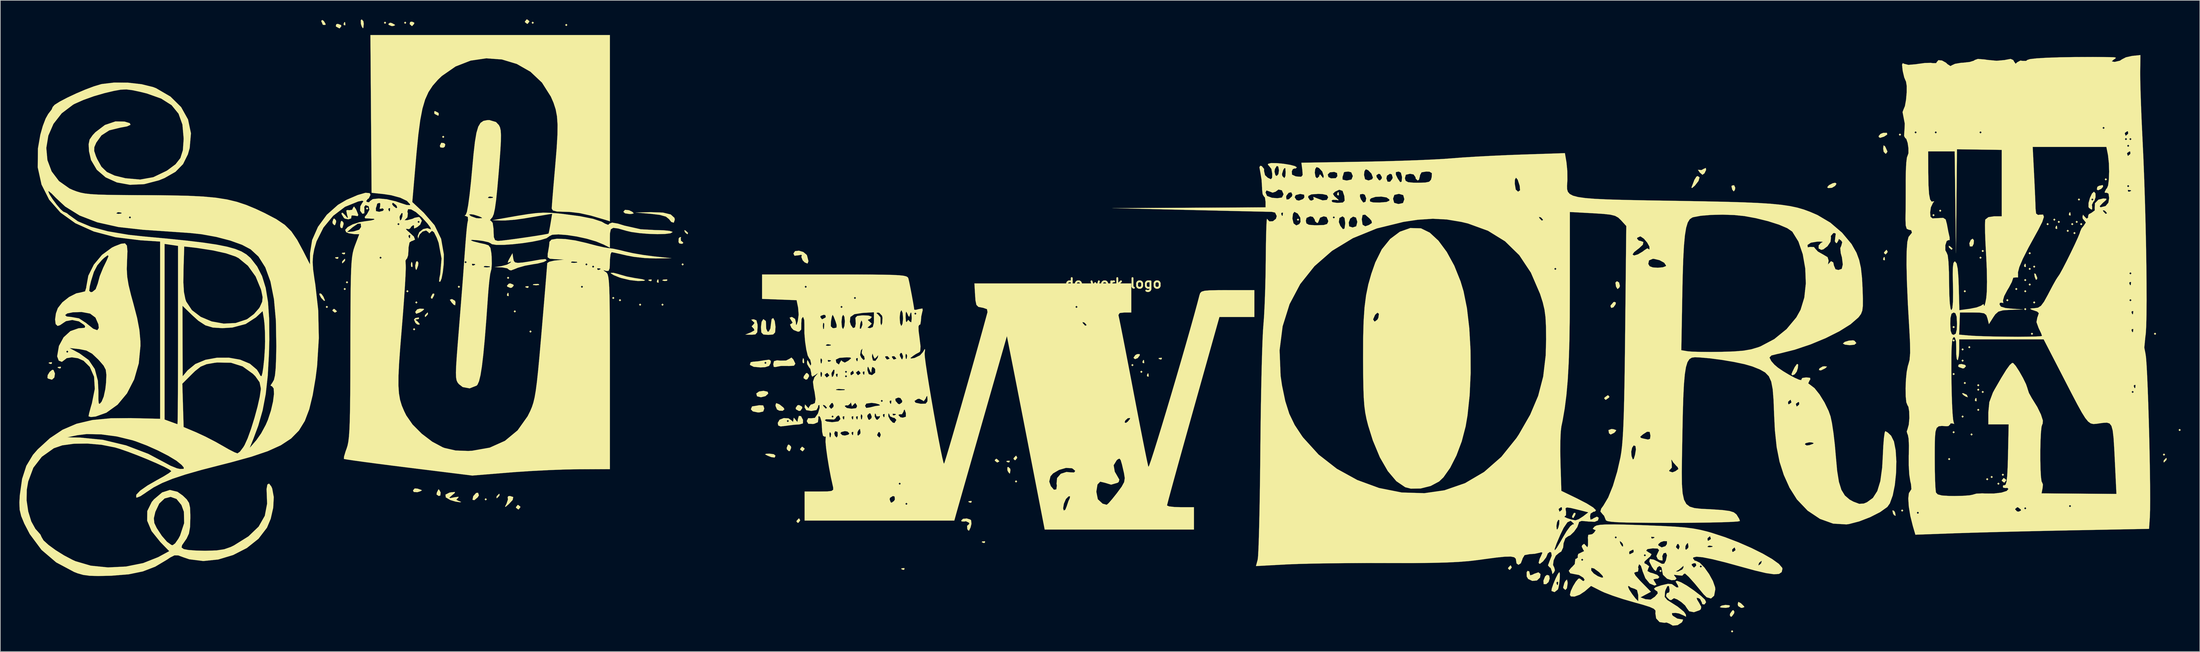
<source format=kicad_pcb>
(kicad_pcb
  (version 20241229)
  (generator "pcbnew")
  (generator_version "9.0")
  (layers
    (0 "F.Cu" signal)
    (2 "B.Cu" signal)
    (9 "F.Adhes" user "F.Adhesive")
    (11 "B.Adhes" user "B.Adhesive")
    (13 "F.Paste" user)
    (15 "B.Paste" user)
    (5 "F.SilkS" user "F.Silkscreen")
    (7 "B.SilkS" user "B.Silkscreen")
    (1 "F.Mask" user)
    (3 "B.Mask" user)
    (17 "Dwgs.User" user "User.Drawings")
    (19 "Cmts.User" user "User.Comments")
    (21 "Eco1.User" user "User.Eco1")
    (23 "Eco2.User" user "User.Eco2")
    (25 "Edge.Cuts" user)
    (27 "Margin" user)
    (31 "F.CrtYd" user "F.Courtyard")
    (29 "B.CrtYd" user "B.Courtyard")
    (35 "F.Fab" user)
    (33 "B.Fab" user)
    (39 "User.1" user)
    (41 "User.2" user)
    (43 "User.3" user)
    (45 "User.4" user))
  (footprint "do work logo"
    (layer "F.Cu")
    (at 172.479 41.633)
    (property "Reference" "do work logo" (at 0 0 0) (layer "F.SilkS") (effects (font (size 1.524 1.524) (thickness 0.3))))
    (attr through_hole)
    (fp_poly (pts (xy -123.825 3.704) (xy -124.001 3.881) (xy -124.178 3.704) (xy -124.001 3.528) (xy -123.825 3.704)) (stroke (width 0.01) (type solid)) (fill yes) (layer "F.SilkS"))
    (fp_poly (pts (xy -121.003 0.882) (xy -121.179 1.058) (xy -121.356 0.882) (xy -121.179 0.706) (xy -121.003 0.882)) (stroke (width 0.01) (type solid)) (fill yes) (layer "F.SilkS"))
    (fp_poly (pts (xy -120.65 -0.176) (xy -120.826 0) (xy -121.003 -0.176) (xy -120.826 -0.353) (xy -120.65 -0.176)) (stroke (width 0.01) (type solid)) (fill yes) (layer "F.SilkS"))
    (fp_poly (pts (xy -117.475 -11.818) (xy -117.651 -11.642) (xy -117.828 -11.818) (xy -117.651 -11.994) (xy -117.475 -11.818)) (stroke (width 0.01) (type solid)) (fill yes) (layer "F.SilkS"))
    (fp_poly (pts (xy -114.653 -41.099) (xy -114.829 -40.922) (xy -115.006 -41.099) (xy -114.829 -41.275) (xy -114.653 -41.099)) (stroke (width 0.01) (type solid)) (fill yes) (layer "F.SilkS"))
    (fp_poly (pts (xy -111.478 -41.099) (xy -111.654 -40.922) (xy -111.831 -41.099) (xy -111.654 -41.275) (xy -111.478 -41.099)) (stroke (width 0.01) (type solid)) (fill yes) (layer "F.SilkS"))
    (fp_poly (pts (xy -111.125 1.235) (xy -111.301 1.411) (xy -111.478 1.235) (xy -111.301 1.058) (xy -111.125 1.235)) (stroke (width 0.01) (type solid)) (fill yes) (layer "F.SilkS"))
    (fp_poly (pts (xy -110.067 7.232) (xy -110.243 7.408) (xy -110.419 7.232) (xy -110.243 7.056) (xy -110.067 7.232)) (stroke (width 0.01) (type solid)) (fill yes) (layer "F.SilkS"))
    (fp_poly (pts (xy -109.714 2.999) (xy -109.89 3.175) (xy -110.067 2.999) (xy -109.89 2.822) (xy -109.714 2.999)) (stroke (width 0.01) (type solid)) (fill yes) (layer "F.SilkS"))
    (fp_poly (pts (xy -105.481 -23.107) (xy -105.657 -22.931) (xy -105.833 -23.107) (xy -105.657 -23.283) (xy -105.481 -23.107)) (stroke (width 0.01) (type solid)) (fill yes) (layer "F.SilkS"))
    (fp_poly (pts (xy -103.011 0.529) (xy -103.188 0.706) (xy -103.364 0.529) (xy -103.188 0.353) (xy -103.011 0.529)) (stroke (width 0.01) (type solid)) (fill yes) (layer "F.SilkS"))
    (fp_poly (pts (xy -98.778 34.043) (xy -98.954 34.219) (xy -99.131 34.043) (xy -98.954 33.867) (xy -98.778 34.043)) (stroke (width 0.01) (type solid)) (fill yes) (layer "F.SilkS"))
    (fp_poly (pts (xy -95.25 -0.882) (xy -95.426 -0.706) (xy -95.603 -0.882) (xy -95.426 -1.058) (xy -95.25 -0.882)) (stroke (width 0.01) (type solid)) (fill yes) (layer "F.SilkS"))
    (fp_poly (pts (xy -94.192 4.41) (xy -94.368 4.586) (xy -94.544 4.41) (xy -94.368 4.233) (xy -94.192 4.41)) (stroke (width 0.01) (type solid)) (fill yes) (layer "F.SilkS"))
    (fp_poly (pts (xy -91.722 7.585) (xy -91.899 7.761) (xy -92.075 7.585) (xy -91.899 7.408) (xy -91.722 7.585)) (stroke (width 0.01) (type solid)) (fill yes) (layer "F.SilkS"))
    (fp_poly (pts (xy -91.369 -41.099) (xy -91.546 -40.922) (xy -91.722 -41.099) (xy -91.546 -41.275) (xy -91.369 -41.099)) (stroke (width 0.01) (type solid)) (fill yes) (layer "F.SilkS"))
    (fp_poly (pts (xy -86.078 -40.746) (xy -86.254 -40.569) (xy -86.431 -40.746) (xy -86.254 -40.922) (xy -86.078 -40.746)) (stroke (width 0.01) (type solid)) (fill yes) (layer "F.SilkS"))
    (fp_poly (pts (xy -78.669 2.293) (xy -78.846 2.469) (xy -79.022 2.293) (xy -78.846 2.117) (xy -78.669 2.293)) (stroke (width 0.01) (type solid)) (fill yes) (layer "F.SilkS"))
    (fp_poly (pts (xy -77.611 2.646) (xy -77.787 2.822) (xy -77.964 2.646) (xy -77.787 2.469) (xy -77.611 2.646)) (stroke (width 0.01) (type solid)) (fill yes) (layer "F.SilkS"))
    (fp_poly (pts (xy -74.436 3.351) (xy -74.612 3.528) (xy -74.789 3.351) (xy -74.612 3.175) (xy -74.436 3.351)) (stroke (width 0.01) (type solid)) (fill yes) (layer "F.SilkS"))
    (fp_poly (pts (xy -70.908 3.351) (xy -71.085 3.528) (xy -71.261 3.351) (xy -71.085 3.175) (xy -70.908 3.351)) (stroke (width 0.01) (type solid)) (fill yes) (layer "F.SilkS"))
    (fp_poly (pts (xy -67.733 -2.999) (xy -67.91 -2.822) (xy -68.086 -2.999) (xy -67.91 -3.175) (xy -67.733 -2.999)) (stroke (width 0.01) (type solid)) (fill yes) (layer "F.SilkS"))
    (fp_poly (pts (xy -15.169 31.221) (xy -15.346 31.397) (xy -15.522 31.221) (xy -15.346 31.044) (xy -15.169 31.221)) (stroke (width 0.01) (type solid)) (fill yes) (layer "F.SilkS"))
    (fp_poly (pts (xy 3.175 12.876) (xy 2.999 13.053) (xy 2.822 12.876) (xy 2.999 12.7) (xy 3.175 12.876)) (stroke (width 0.01) (type solid)) (fill yes) (layer "F.SilkS"))
    (fp_poly (pts (xy 4.586 13.935) (xy 4.41 14.111) (xy 4.233 13.935) (xy 4.41 13.758) (xy 4.586 13.935)) (stroke (width 0.01) (type solid)) (fill yes) (layer "F.SilkS"))
    (fp_poly (pts (xy 29.281 -10.054) (xy 29.104 -9.878) (xy 28.928 -10.054) (xy 29.104 -10.231) (xy 29.281 -10.054)) (stroke (width 0.01) (type solid)) (fill yes) (layer "F.SilkS"))
    (fp_poly (pts (xy 86.431 45.332) (xy 86.254 45.508) (xy 86.078 45.332) (xy 86.254 45.156) (xy 86.431 45.332)) (stroke (width 0.01) (type solid)) (fill yes) (layer "F.SilkS"))
    (fp_poly (pts (xy 97.719 54.857) (xy 97.543 55.033) (xy 97.367 54.857) (xy 97.543 54.681) (xy 97.719 54.857)) (stroke (width 0.01) (type solid)) (fill yes) (layer "F.SilkS"))
    (fp_poly (pts (xy 124.178 -23.46) (xy 124.001 -23.283) (xy 123.825 -23.46) (xy 124.001 -23.636) (xy 124.178 -23.46)) (stroke (width 0.01) (type solid)) (fill yes) (layer "F.SilkS"))
    (fp_poly (pts (xy 124.531 35.807) (xy 124.354 35.983) (xy 124.178 35.807) (xy 124.354 35.631) (xy 124.531 35.807)) (stroke (width 0.01) (type solid)) (fill yes) (layer "F.SilkS"))
    (fp_poly (pts (xy 129.469 -10.76) (xy 129.293 -10.583) (xy 129.117 -10.76) (xy 129.293 -10.936) (xy 129.469 -10.76)) (stroke (width 0.01) (type solid)) (fill yes) (layer "F.SilkS"))
    (fp_poly (pts (xy 130.528 -11.465) (xy 130.351 -11.289) (xy 130.175 -11.465) (xy 130.351 -11.642) (xy 130.528 -11.465)) (stroke (width 0.01) (type solid)) (fill yes) (layer "F.SilkS"))
    (fp_poly (pts (xy 131.939 27.693) (xy 131.762 27.869) (xy 131.586 27.693) (xy 131.762 27.517) (xy 131.939 27.693)) (stroke (width 0.01) (type solid)) (fill yes) (layer "F.SilkS"))
    (fp_poly (pts (xy 132.644 6.879) (xy 132.468 7.056) (xy 132.292 6.879) (xy 132.468 6.703) (xy 132.644 6.879)) (stroke (width 0.01) (type solid)) (fill yes) (layer "F.SilkS"))
    (fp_poly (pts (xy 132.644 8.996) (xy 132.468 9.172) (xy 132.292 8.996) (xy 132.468 8.819) (xy 132.644 8.996)) (stroke (width 0.01) (type solid)) (fill yes) (layer "F.SilkS"))
    (fp_poly (pts (xy 132.644 14.287) (xy 132.468 14.464) (xy 132.292 14.287) (xy 132.468 14.111) (xy 132.644 14.287)) (stroke (width 0.01) (type solid)) (fill yes) (layer "F.SilkS"))
    (fp_poly (pts (xy 132.644 23.46) (xy 132.468 23.636) (xy 132.292 23.46) (xy 132.468 23.283) (xy 132.644 23.46)) (stroke (width 0.01) (type solid)) (fill yes) (layer "F.SilkS"))
    (fp_poly (pts (xy 134.056 10.407) (xy 133.879 10.583) (xy 133.703 10.407) (xy 133.879 10.231) (xy 134.056 10.407)) (stroke (width 0.01) (type solid)) (fill yes) (layer "F.SilkS"))
    (fp_poly (pts (xy 134.056 12.171) (xy 133.879 12.347) (xy 133.703 12.171) (xy 133.879 11.994) (xy 134.056 12.171)) (stroke (width 0.01) (type solid)) (fill yes) (layer "F.SilkS"))
    (fp_poly (pts (xy 134.056 20.99) (xy 133.879 21.167) (xy 133.703 20.99) (xy 133.879 20.814) (xy 134.056 20.99)) (stroke (width 0.01) (type solid)) (fill yes) (layer "F.SilkS"))
    (fp_poly (pts (xy 134.408 1.235) (xy 134.232 1.411) (xy 134.056 1.235) (xy 134.232 1.058) (xy 134.408 1.235)) (stroke (width 0.01) (type solid)) (fill yes) (layer "F.SilkS"))
    (fp_poly (pts (xy 134.408 15.699) (xy 134.232 15.875) (xy 134.056 15.699) (xy 134.232 15.522) (xy 134.408 15.699)) (stroke (width 0.01) (type solid)) (fill yes) (layer "F.SilkS"))
    (fp_poly (pts (xy 135.114 10.054) (xy 134.938 10.231) (xy 134.761 10.054) (xy 134.938 9.878) (xy 135.114 10.054)) (stroke (width 0.01) (type solid)) (fill yes) (layer "F.SilkS"))
    (fp_poly (pts (xy 135.467 23.812) (xy 135.29 23.989) (xy 135.114 23.812) (xy 135.29 23.636) (xy 135.467 23.812)) (stroke (width 0.01) (type solid)) (fill yes) (layer "F.SilkS"))
    (fp_poly (pts (xy 136.525 16.051) (xy 136.349 16.228) (xy 136.172 16.051) (xy 136.349 15.875) (xy 136.525 16.051)) (stroke (width 0.01) (type solid)) (fill yes) (layer "F.SilkS"))
    (fp_poly (pts (xy 136.525 16.757) (xy 136.349 16.933) (xy 136.172 16.757) (xy 136.349 16.581) (xy 136.525 16.757)) (stroke (width 0.01) (type solid)) (fill yes) (layer "F.SilkS"))
    (fp_poly (pts (xy 136.525 19.932) (xy 136.349 20.108) (xy 136.172 19.932) (xy 136.349 19.756) (xy 136.525 19.932)) (stroke (width 0.01) (type solid)) (fill yes) (layer "F.SilkS"))
    (fp_poly (pts (xy 136.878 -4.057) (xy 136.701 -3.881) (xy 136.525 -4.057) (xy 136.701 -4.233) (xy 136.878 -4.057)) (stroke (width 0.01) (type solid)) (fill yes) (layer "F.SilkS"))
    (fp_poly (pts (xy 137.231 -5.115) (xy 137.054 -4.939) (xy 136.878 -5.115) (xy 137.054 -5.292) (xy 137.231 -5.115)) (stroke (width 0.01) (type solid)) (fill yes) (layer "F.SilkS"))
    (fp_poly (pts (xy 137.231 17.11) (xy 137.054 17.286) (xy 136.878 17.11) (xy 137.054 16.933) (xy 137.231 17.11)) (stroke (width 0.01) (type solid)) (fill yes) (layer "F.SilkS"))
    (fp_poly (pts (xy 137.936 30.868) (xy 137.76 31.044) (xy 137.583 30.868) (xy 137.76 30.692) (xy 137.936 30.868)) (stroke (width 0.01) (type solid)) (fill yes) (layer "F.SilkS"))
    (fp_poly (pts (xy 138.642 30.515) (xy 138.465 30.692) (xy 138.289 30.515) (xy 138.465 30.339) (xy 138.642 30.515)) (stroke (width 0.01) (type solid)) (fill yes) (layer "F.SilkS"))
    (fp_poly (pts (xy 139.7 31.574) (xy 139.524 31.75) (xy 139.347 31.574) (xy 139.524 31.397) (xy 139.7 31.574)) (stroke (width 0.01) (type solid)) (fill yes) (layer "F.SilkS"))
    (fp_poly (pts (xy 140.406 30.163) (xy 140.229 30.339) (xy 140.053 30.163) (xy 140.229 29.986) (xy 140.406 30.163)) (stroke (width 0.01) (type solid)) (fill yes) (layer "F.SilkS"))
    (fp_poly (pts (xy 141.111 2.646) (xy 140.935 2.822) (xy 140.758 2.646) (xy 140.935 2.469) (xy 141.111 2.646)) (stroke (width 0.01) (type solid)) (fill yes) (layer "F.SilkS"))
    (fp_poly (pts (xy 142.522 0.882) (xy 142.346 1.058) (xy 142.169 0.882) (xy 142.346 0.706) (xy 142.522 0.882)) (stroke (width 0.01) (type solid)) (fill yes) (layer "F.SilkS"))
    (fp_poly (pts (xy 143.933 -0.529) (xy 143.757 -0.353) (xy 143.581 -0.529) (xy 143.757 -0.706) (xy 143.933 -0.529)) (stroke (width 0.01) (type solid)) (fill yes) (layer "F.SilkS"))
    (fp_poly (pts (xy 143.933 1.235) (xy 143.757 1.411) (xy 143.581 1.235) (xy 143.757 1.058) (xy 143.933 1.235)) (stroke (width 0.01) (type solid)) (fill yes) (layer "F.SilkS"))
    (fp_poly (pts (xy 143.933 4.057) (xy 143.757 4.233) (xy 143.581 4.057) (xy 143.757 3.881) (xy 143.933 4.057)) (stroke (width 0.01) (type solid)) (fill yes) (layer "F.SilkS"))
    (fp_poly (pts (xy 144.639 -4.763) (xy 144.463 -4.586) (xy 144.286 -4.763) (xy 144.463 -4.939) (xy 144.639 -4.763)) (stroke (width 0.01) (type solid)) (fill yes) (layer "F.SilkS"))
    (fp_poly (pts (xy 144.639 -2.293) (xy 144.463 -2.117) (xy 144.286 -2.293) (xy 144.463 -2.469) (xy 144.639 -2.293)) (stroke (width 0.01) (type solid)) (fill yes) (layer "F.SilkS"))
    (fp_poly (pts (xy 144.639 0.176) (xy 144.463 0.353) (xy 144.286 0.176) (xy 144.463 0) (xy 144.639 0.176)) (stroke (width 0.01) (type solid)) (fill yes) (layer "F.SilkS"))
    (fp_poly (pts (xy 144.992 7.938) (xy 144.815 8.114) (xy 144.639 7.938) (xy 144.815 7.761) (xy 144.992 7.938)) (stroke (width 0.01) (type solid)) (fill yes) (layer "F.SilkS"))
    (fp_poly (pts (xy 145.344 -2.646) (xy 145.168 -2.469) (xy 144.992 -2.646) (xy 145.168 -2.822) (xy 145.344 -2.646)) (stroke (width 0.01) (type solid)) (fill yes) (layer "F.SilkS"))
    (fp_poly (pts (xy 145.344 2.999) (xy 145.168 3.175) (xy 144.992 2.999) (xy 145.168 2.822) (xy 145.344 2.999)) (stroke (width 0.01) (type solid)) (fill yes) (layer "F.SilkS"))
    (fp_poly (pts (xy 147.461 -9.349) (xy 147.285 -9.172) (xy 147.108 -9.349) (xy 147.285 -9.525) (xy 147.461 -9.349)) (stroke (width 0.01) (type solid)) (fill yes) (layer "F.SilkS"))
    (fp_poly (pts (xy 148.519 -10.054) (xy 148.343 -9.878) (xy 148.167 -10.054) (xy 148.343 -10.231) (xy 148.519 -10.054)) (stroke (width 0.01) (type solid)) (fill yes) (layer "F.SilkS"))
    (fp_poly (pts (xy 149.225 -9.701) (xy 149.049 -9.525) (xy 148.872 -9.701) (xy 149.049 -9.878) (xy 149.225 -9.701)) (stroke (width 0.01) (type solid)) (fill yes) (layer "F.SilkS"))
    (fp_poly (pts (xy 150.636 -8.29) (xy 150.46 -8.114) (xy 150.283 -8.29) (xy 150.46 -8.467) (xy 150.636 -8.29)) (stroke (width 0.01) (type solid)) (fill yes) (layer "F.SilkS"))
    (fp_poly (pts (xy 151.342 -9.349) (xy 151.165 -9.172) (xy 150.989 -9.349) (xy 151.165 -9.525) (xy 151.342 -9.349)) (stroke (width 0.01) (type solid)) (fill yes) (layer "F.SilkS"))
    (fp_poly (pts (xy 151.694 -7.938) (xy 151.518 -7.761) (xy 151.342 -7.938) (xy 151.518 -8.114) (xy 151.694 -7.938)) (stroke (width 0.01) (type solid)) (fill yes) (layer "F.SilkS"))
    (fp_poly (pts (xy 152.047 -9.701) (xy 151.871 -9.525) (xy 151.694 -9.701) (xy 151.871 -9.878) (xy 152.047 -9.701)) (stroke (width 0.01) (type solid)) (fill yes) (layer "F.SilkS"))
    (fp_poly (pts (xy 152.4 -13.229) (xy 152.224 -13.053) (xy 152.047 -13.229) (xy 152.224 -13.406) (xy 152.4 -13.229)) (stroke (width 0.01) (type solid)) (fill yes) (layer "F.SilkS"))
    (fp_poly (pts (xy 152.753 -9.349) (xy 152.576 -9.172) (xy 152.4 -9.349) (xy 152.576 -9.525) (xy 152.753 -9.349)) (stroke (width 0.01) (type solid)) (fill yes) (layer "F.SilkS"))
    (fp_poly (pts (xy 156.633 -16.404) (xy 156.457 -16.228) (xy 156.281 -16.404) (xy 156.457 -16.581) (xy 156.633 -16.404)) (stroke (width 0.01) (type solid)) (fill yes) (layer "F.SilkS"))
    (fp_poly (pts (xy 164.394 7.938) (xy 164.218 8.114) (xy 164.042 7.938) (xy 164.218 7.761) (xy 164.394 7.938)) (stroke (width 0.01) (type solid)) (fill yes) (layer "F.SilkS"))
    (fp_poly (pts (xy 165.806 26.988) (xy 165.629 27.164) (xy 165.453 26.988) (xy 165.629 26.811) (xy 165.806 26.988)) (stroke (width 0.01) (type solid)) (fill yes) (layer "F.SilkS"))
    (fp_poly (pts (xy 168.275 23.107) (xy 168.099 23.283) (xy 167.922 23.107) (xy 168.099 22.931) (xy 168.275 23.107)) (stroke (width 0.01) (type solid)) (fill yes) (layer "F.SilkS"))
    (fp_poly (pts (xy -167.334 12.465) (xy -167.383 12.675) (xy -167.569 12.7) (xy -167.86 12.571) (xy -167.805 12.465) (xy -167.386 12.423) (xy -167.334 12.465)) (stroke (width 0.01) (type solid)) (fill yes) (layer "F.SilkS"))
    (fp_poly (pts (xy -165.923 13.17) (xy -165.972 13.38) (xy -166.158 13.406) (xy -166.449 13.276) (xy -166.394 13.17) (xy -165.975 13.128) (xy -165.923 13.17)) (stroke (width 0.01) (type solid)) (fill yes) (layer "F.SilkS"))
    (fp_poly (pts (xy -122.179 -4.116) (xy -122.227 -3.906) (xy -122.414 -3.881) (xy -122.704 -4.01) (xy -122.649 -4.116) (xy -122.23 -4.158) (xy -122.179 -4.116)) (stroke (width 0.01) (type solid)) (fill yes) (layer "F.SilkS"))
    (fp_poly (pts (xy -121.12 -41.157) (xy -121.078 -40.739) (xy -121.12 -40.687) (xy -121.33 -40.735) (xy -121.356 -40.922) (xy -121.226 -41.213) (xy -121.12 -41.157)) (stroke (width 0.01) (type solid)) (fill yes) (layer "F.SilkS"))
    (fp_poly (pts (xy -121.12 -4.821) (xy -121.169 -4.612) (xy -121.356 -4.586) (xy -121.646 -4.715) (xy -121.591 -4.821) (xy -121.172 -4.864) (xy -121.12 -4.821)) (stroke (width 0.01) (type solid)) (fill yes) (layer "F.SilkS"))
    (fp_poly (pts (xy -110.531 -3.241) (xy -110.489 -2.69) (xy -110.559 -2.565) (xy -110.719 -2.67) (xy -110.744 -3.028) (xy -110.658 -3.404) (xy -110.531 -3.241)) (stroke (width 0.01) (type solid)) (fill yes) (layer "F.SilkS"))
    (fp_poly (pts (xy -95.368 1.529) (xy -95.325 1.947) (xy -95.368 1.999) (xy -95.577 1.951) (xy -95.603 1.764) (xy -95.474 1.474) (xy -95.368 1.529)) (stroke (width 0.01) (type solid)) (fill yes) (layer "F.SilkS"))
    (fp_poly (pts (xy -92.193 0.47) (xy -92.241 0.68) (xy -92.428 0.706) (xy -92.718 0.576) (xy -92.663 0.47) (xy -92.244 0.428) (xy -92.193 0.47)) (stroke (width 0.01) (type solid)) (fill yes) (layer "F.SilkS"))
    (fp_poly (pts (xy -90.576 0.119) (xy -90.531 0.248) (xy -91.017 0.297) (xy -91.517 0.242) (xy -91.458 0.119) (xy -90.735 0.073) (xy -90.576 0.119)) (stroke (width 0.01) (type solid)) (fill yes) (layer "F.SilkS"))
    (fp_poly (pts (xy -72.79 -0.588) (xy -72.838 -0.378) (xy -73.025 -0.353) (xy -73.315 -0.482) (xy -73.26 -0.588) (xy -72.842 -0.63) (xy -72.79 -0.588)) (stroke (width 0.01) (type solid)) (fill yes) (layer "F.SilkS"))
    (fp_poly (pts (xy -71.731 -0.588) (xy -71.689 -0.169) (xy -71.731 -0.118) (xy -71.941 -0.166) (xy -71.967 -0.353) (xy -71.838 -0.643) (xy -71.731 -0.588)) (stroke (width 0.01) (type solid)) (fill yes) (layer "F.SilkS"))
    (fp_poly (pts (xy -70.298 -0.566) (xy -70.404 -0.406) (xy -70.761 -0.381) (xy -71.138 -0.467) (xy -70.974 -0.594) (xy -70.423 -0.636) (xy -70.298 -0.566)) (stroke (width 0.01) (type solid)) (fill yes) (layer "F.SilkS"))
    (fp_poly (pts (xy -48.795 11.928) (xy -48.753 12.48) (xy -48.823 12.604) (xy -48.983 12.499) (xy -49.008 12.141) (xy -48.922 11.765) (xy -48.795 11.928)) (stroke (width 0.01) (type solid)) (fill yes) (layer "F.SilkS"))
    (fp_poly (pts (xy -32.926 44.92) (xy -32.974 45.13) (xy -33.161 45.156) (xy -33.451 45.026) (xy -33.396 44.92) (xy -32.978 44.878) (xy -32.926 44.92)) (stroke (width 0.01) (type solid)) (fill yes) (layer "F.SilkS"))
    (fp_poly (pts (xy -22.343 34.337) (xy -22.391 34.547) (xy -22.578 34.572) (xy -22.868 34.443) (xy -22.813 34.337) (xy -22.394 34.295) (xy -22.343 34.337)) (stroke (width 0.01) (type solid)) (fill yes) (layer "F.SilkS"))
    (fp_poly (pts (xy -20.226 40.687) (xy -20.274 40.897) (xy -20.461 40.922) (xy -20.751 40.793) (xy -20.696 40.687) (xy -20.278 40.645) (xy -20.226 40.687)) (stroke (width 0.01) (type solid)) (fill yes) (layer "F.SilkS"))
    (fp_poly (pts (xy -16.345 27.987) (xy -16.394 28.197) (xy -16.581 28.222) (xy -16.871 28.093) (xy -16.816 27.987) (xy -16.397 27.945) (xy -16.345 27.987)) (stroke (width 0.01) (type solid)) (fill yes) (layer "F.SilkS"))
    (fp_poly (pts (xy 4.821 12.112) (xy 4.864 12.531) (xy 4.821 12.582) (xy 4.612 12.534) (xy 4.586 12.347) (xy 4.715 12.057) (xy 4.821 12.112)) (stroke (width 0.01) (type solid)) (fill yes) (layer "F.SilkS"))
    (fp_poly (pts (xy 5.527 14.229) (xy 5.569 14.647) (xy 5.527 14.699) (xy 5.317 14.651) (xy 5.292 14.464) (xy 5.421 14.174) (xy 5.527 14.229)) (stroke (width 0.01) (type solid)) (fill yes) (layer "F.SilkS"))
    (fp_poly (pts (xy 7.644 11.759) (xy 7.595 11.969) (xy 7.408 11.994) (xy 7.118 11.865) (xy 7.173 11.759) (xy 7.592 11.717) (xy 7.644 11.759)) (stroke (width 0.01) (type solid)) (fill yes) (layer "F.SilkS"))
    (fp_poly (pts (xy 35.513 -14.346) (xy 35.555 -13.928) (xy 35.513 -13.876) (xy 35.303 -13.924) (xy 35.278 -14.111) (xy 35.407 -14.401) (xy 35.513 -14.346)) (stroke (width 0.01) (type solid)) (fill yes) (layer "F.SilkS"))
    (fp_poly (pts (xy 121.591 -4.116) (xy 121.633 -3.697) (xy 121.591 -3.645) (xy 121.381 -3.694) (xy 121.356 -3.881) (xy 121.485 -4.171) (xy 121.591 -4.116)) (stroke (width 0.01) (type solid)) (fill yes) (layer "F.SilkS"))
    (fp_poly (pts (xy 136.055 18.109) (xy 136.097 18.528) (xy 136.055 18.58) (xy 135.845 18.531) (xy 135.819 18.344) (xy 135.949 18.054) (xy 136.055 18.109)) (stroke (width 0.01) (type solid)) (fill yes) (layer "F.SilkS"))
    (fp_poly (pts (xy 143.816 -3.057) (xy 143.858 -2.639) (xy 143.816 -2.587) (xy 143.606 -2.635) (xy 143.581 -2.822) (xy 143.71 -3.113) (xy 143.816 -3.057)) (stroke (width 0.01) (type solid)) (fill yes) (layer "F.SilkS"))
    (fp_poly (pts (xy 148.755 -9.055) (xy 148.797 -8.636) (xy 148.755 -8.584) (xy 148.545 -8.633) (xy 148.519 -8.819) (xy 148.649 -9.11) (xy 148.755 -9.055)) (stroke (width 0.01) (type solid)) (fill yes) (layer "F.SilkS"))
    (fp_poly (pts (xy 150.871 -11.171) (xy 150.914 -10.753) (xy 150.871 -10.701) (xy 150.662 -10.749) (xy 150.636 -10.936) (xy 150.765 -11.226) (xy 150.871 -11.171)) (stroke (width 0.01) (type solid)) (fill yes) (layer "F.SilkS"))
    (fp_poly (pts (xy -124.849 1.658) (xy -124.547 2.086) (xy -124.288 2.702) (xy -124.437 2.751) (xy -124.89 2.285) (xy -125.171 1.76) (xy -125.139 1.549) (xy -124.849 1.658)) (stroke (width 0.01) (type solid)) (fill yes) (layer "F.SilkS"))
    (fp_poly (pts (xy -107.048 1.647) (xy -107.11 1.922) (xy -107.395 2.419) (xy -107.579 2.335) (xy -107.597 2.137) (xy -107.341 1.659) (xy -107.248 1.59) (xy -107.048 1.647)) (stroke (width 0.01) (type solid)) (fill yes) (layer "F.SilkS"))
    (fp_poly (pts (xy -105.516 -22.121) (xy -105.327 -21.909) (xy -105.421 -21.536) (xy -105.659 -21.391) (xy -106.113 -21.447) (xy -106.186 -21.707) (xy -105.965 -22.173) (xy -105.516 -22.121)) (stroke (width 0.01) (type solid)) (fill yes) (layer "F.SilkS"))
    (fp_poly (pts (xy -67.435 -8.324) (xy -67.056 -7.969) (xy -67.134 -7.765) (xy -67.183 -7.761) (xy -67.482 -8.012) (xy -67.591 -8.168) (xy -67.632 -8.41) (xy -67.435 -8.324)) (stroke (width 0.01) (type solid)) (fill yes) (layer "F.SilkS"))
    (fp_poly (pts (xy 72.869 36.219) (xy 72.807 36.494) (xy 72.522 36.991) (xy 72.338 36.908) (xy 72.319 36.71) (xy 72.576 36.231) (xy 72.668 36.162) (xy 72.869 36.219)) (stroke (width 0.01) (type solid)) (fill yes) (layer "F.SilkS"))
    (fp_poly (pts (xy 79.719 -0.15) (xy 79.858 0.397) (xy 79.762 0.65) (xy 79.48 0.895) (xy 79.239 0.508) (xy 79.143 -0.13) (xy 79.386 -0.35) (xy 79.719 -0.15)) (stroke (width 0.01) (type solid)) (fill yes) (layer "F.SilkS"))
    (fp_poly (pts (xy 98.04 -15.096) (xy 97.997 -14.768) (xy 97.803 -14.502) (xy 97.572 -14.769) (xy 97.443 -15.289) (xy 97.508 -15.428) (xy 97.856 -15.486) (xy 98.04 -15.096)) (stroke (width 0.01) (type solid)) (fill yes) (layer "F.SilkS"))
    (fp_poly (pts (xy 123.109 35.887) (xy 123.241 36.145) (xy 123.331 36.642) (xy 123.094 36.545) (xy 122.929 36.313) (xy 122.82 35.851) (xy 122.864 35.768) (xy 123.109 35.887)) (stroke (width 0.01) (type solid)) (fill yes) (layer "F.SilkS"))
    (fp_poly (pts (xy 131.884 -5.855) (xy 132.26 -5.527) (xy 132.292 -5.447) (xy 132.124 -5.302) (xy 131.776 -5.627) (xy 131.729 -5.699) (xy 131.687 -5.94) (xy 131.884 -5.855)) (stroke (width 0.01) (type solid)) (fill yes) (layer "F.SilkS"))
    (fp_poly (pts (xy 134.509 17.543) (xy 134.585 17.639) (xy 134.709 17.956) (xy 134.375 17.837) (xy 134.056 17.639) (xy 133.784 17.356) (xy 133.947 17.292) (xy 134.509 17.543)) (stroke (width 0.01) (type solid)) (fill yes) (layer "F.SilkS"))
    (fp_poly (pts (xy 145.387 -1.509) (xy 145.404 -1.493) (xy 145.653 -0.883) (xy 145.622 -0.657) (xy 145.441 -0.575) (xy 145.25 -1.03) (xy 145.169 -1.575) (xy 145.387 -1.509)) (stroke (width 0.01) (type solid)) (fill yes) (layer "F.SilkS"))
    (fp_poly (pts (xy 156.026 -15.239) (xy 155.734 -14.908) (xy 155.227 -14.681) (xy 155.042 -14.823) (xy 155.123 -15.221) (xy 155.391 -15.392) (xy 155.993 -15.508) (xy 156.026 -15.239)) (stroke (width 0.01) (type solid)) (fill yes) (layer "F.SilkS"))
    (fp_poly (pts (xy -124.466 -41.351) (xy -124.196 -40.902) (xy -124.231 -40.752) (xy -124.599 -40.763) (xy -124.648 -40.805) (xy -124.881 -41.348) (xy -124.883 -41.404) (xy -124.704 -41.536) (xy -124.466 -41.351)) (stroke (width 0.01) (type solid)) (fill yes) (layer "F.SilkS"))
    (fp_poly (pts (xy -122.767 4.057) (xy -122.43 4.374) (xy -122.414 4.431) (xy -122.687 4.582) (xy -122.767 4.586) (xy -123.106 4.315) (xy -123.119 4.213) (xy -122.903 4.002) (xy -122.767 4.057)) (stroke (width 0.01) (type solid)) (fill yes) (layer "F.SilkS"))
    (fp_poly (pts (xy -122.564 -9.944) (xy -122.531 -9.701) (xy -122.691 -9.231) (xy -122.825 -9.172) (xy -123.087 -9.459) (xy -123.119 -9.701) (xy -122.96 -10.171) (xy -122.825 -10.231) (xy -122.564 -9.944)) (stroke (width 0.01) (type solid)) (fill yes) (layer "F.SilkS"))
    (fp_poly (pts (xy -121.776 -40.738) (xy -121.708 -40.569) (xy -121.962 -40.227) (xy -122.04 -40.217) (xy -122.518 -40.473) (xy -122.59 -40.569) (xy -122.51 -40.871) (xy -122.258 -40.922) (xy -121.776 -40.738)) (stroke (width 0.01) (type solid)) (fill yes) (layer "F.SilkS"))
    (fp_poly (pts (xy -121.384 -9.592) (xy -121.356 -9.369) (xy -121.522 -8.801) (xy -121.633 -8.69) (xy -121.857 -8.832) (xy -121.91 -9.198) (xy -121.79 -9.758) (xy -121.633 -9.878) (xy -121.384 -9.592)) (stroke (width 0.01) (type solid)) (fill yes) (layer "F.SilkS"))
    (fp_poly (pts (xy -121.113 -3.653) (xy -121.179 -3.528) (xy -121.512 -3.191) (xy -121.574 -3.175) (xy -121.598 -3.403) (xy -121.532 -3.528) (xy -121.2 -3.865) (xy -121.138 -3.881) (xy -121.113 -3.653)) (stroke (width 0.01) (type solid)) (fill yes) (layer "F.SilkS"))
    (fp_poly (pts (xy -118.24 -41.332) (xy -118.181 -40.922) (xy -118.237 -40.348) (xy -118.316 -40.217) (xy -118.501 -40.508) (xy -118.636 -40.922) (xy -118.655 -41.485) (xy -118.5 -41.628) (xy -118.24 -41.332)) (stroke (width 0.01) (type solid)) (fill yes) (layer "F.SilkS"))
    (fp_poly (pts (xy -113.771 -41.05) (xy -113.307 -40.799) (xy -113.242 -40.708) (xy -113.53 -40.585) (xy -113.771 -40.569) (xy -114.24 -40.754) (xy -114.3 -40.911) (xy -114.041 -41.105) (xy -113.771 -41.05)) (stroke (width 0.01) (type solid)) (fill yes) (layer "F.SilkS"))
    (fp_poly (pts (xy -110.215 -41.109) (xy -110.243 -40.922) (xy -110.545 -40.586) (xy -110.596 -40.569) (xy -110.876 -40.815) (xy -110.949 -40.922) (xy -110.865 -41.221) (xy -110.596 -41.275) (xy -110.215 -41.109)) (stroke (width 0.01) (type solid)) (fill yes) (layer "F.SilkS"))
    (fp_poly (pts (xy -109.714 32.353) (xy -109.145 32.541) (xy -109.008 32.632) (xy -109.298 32.784) (xy -109.714 32.911) (xy -110.3 32.887) (xy -110.419 32.632) (xy -110.15 32.318) (xy -109.714 32.353)) (stroke (width 0.01) (type solid)) (fill yes) (layer "F.SilkS"))
    (fp_poly (pts (xy -109.565 -3.247) (xy -109.612 -2.822) (xy -109.816 -2.252) (xy -109.931 -2.117) (xy -110.041 -2.414) (xy -110.067 -2.822) (xy -109.933 -3.396) (xy -109.747 -3.528) (xy -109.565 -3.247)) (stroke (width 0.01) (type solid)) (fill yes) (layer "F.SilkS"))
    (fp_poly (pts (xy -108.061 4.814) (xy -108.126 4.939) (xy -108.459 5.276) (xy -108.521 5.292) (xy -108.545 5.064) (xy -108.479 4.939) (xy -108.147 4.602) (xy -108.085 4.586) (xy -108.061 4.814)) (stroke (width 0.01) (type solid)) (fill yes) (layer "F.SilkS"))
    (fp_poly (pts (xy -106.435 -26.906) (xy -106.362 -26.811) (xy -106.379 -26.486) (xy -106.497 -26.458) (xy -106.996 -26.716) (xy -107.068 -26.811) (xy -107.052 -27.137) (xy -106.933 -27.164) (xy -106.435 -26.906)) (stroke (width 0.01) (type solid)) (fill yes) (layer "F.SilkS"))
    (fp_poly (pts (xy -106.169 32.73) (xy -106.059 32.985) (xy -106.111 33.44) (xy -106.362 33.514) (xy -106.708 33.277) (xy -106.666 32.985) (xy -106.436 32.521) (xy -106.362 32.456) (xy -106.169 32.73)) (stroke (width 0.01) (type solid)) (fill yes) (layer "F.SilkS"))
    (fp_poly (pts (xy -103.783 2.746) (xy -103.717 2.999) (xy -103.764 3.45) (xy -104.004 3.356) (xy -104.348 2.985) (xy -104.614 2.578) (xy -104.318 2.47) (xy -104.26 2.469) (xy -103.783 2.746)) (stroke (width 0.01) (type solid)) (fill yes) (layer "F.SilkS"))
    (fp_poly (pts (xy -100.027 33.416) (xy -100.215 33.722) (xy -100.749 34.175) (xy -101.04 34.111) (xy -100.929 33.582) (xy -100.889 33.504) (xy -100.465 33.031) (xy -100.154 33.006) (xy -100.027 33.416)) (stroke (width 0.01) (type solid)) (fill yes) (layer "F.SilkS"))
    (fp_poly (pts (xy -96.772 33.389) (xy -96.838 33.514) (xy -97.17 33.851) (xy -97.232 33.867) (xy -97.256 33.639) (xy -97.19 33.514) (xy -96.858 33.177) (xy -96.796 33.161) (xy -96.772 33.389)) (stroke (width 0.01) (type solid)) (fill yes) (layer "F.SilkS"))
    (fp_poly (pts (xy -94.604 0.19) (xy -94.544 0.353) (xy -94.83 0.666) (xy -95.074 0.706) (xy -95.543 0.515) (xy -95.603 0.353) (xy -95.317 0.04) (xy -95.074 0) (xy -94.604 0.19)) (stroke (width 0.01) (type solid)) (fill yes) (layer "F.SilkS"))
    (fp_poly (pts (xy -93.496 35.193) (xy -93.486 35.278) (xy -93.755 35.62) (xy -93.839 35.631) (xy -94.181 35.362) (xy -94.192 35.278) (xy -93.923 34.935) (xy -93.839 34.925) (xy -93.496 35.193)) (stroke (width 0.01) (type solid)) (fill yes) (layer "F.SilkS"))
    (fp_poly (pts (xy -92.085 -41.359) (xy -92.075 -41.275) (xy -92.343 -40.932) (xy -92.428 -40.922) (xy -92.77 -41.191) (xy -92.781 -41.275) (xy -92.512 -41.618) (xy -92.428 -41.628) (xy -92.085 -41.359)) (stroke (width 0.01) (type solid)) (fill yes) (layer "F.SilkS"))
    (fp_poly (pts (xy -76.369 -11.543) (xy -75.847 -11.289) (xy -75.609 -11.044) (xy -75.979 -10.949) (xy -76.288 -10.942) (xy -76.992 -11.048) (xy -77.258 -11.289) (xy -76.997 -11.602) (xy -76.369 -11.543)) (stroke (width 0.01) (type solid)) (fill yes) (layer "F.SilkS"))
    (fp_poly (pts (xy -53.536 26.928) (xy -53.269 27.164) (xy -53.411 27.457) (xy -53.931 27.388) (xy -54.504 27.164) (xy -54.922 26.947) (xy -54.727 26.858) (xy -54.24 26.836) (xy -53.536 26.928)) (stroke (width 0.01) (type solid)) (fill yes) (layer "F.SilkS"))
    (fp_poly (pts (xy -50.84 25.686) (xy -50.8 25.929) (xy -50.99 26.399) (xy -51.153 26.458) (xy -51.466 26.173) (xy -51.506 25.929) (xy -51.315 25.46) (xy -51.153 25.4) (xy -50.84 25.686)) (stroke (width 0.01) (type solid)) (fill yes) (layer "F.SilkS"))
    (fp_poly (pts (xy -49.393 37.315) (xy -49.389 37.394) (xy -49.66 37.734) (xy -49.762 37.747) (xy -49.973 37.531) (xy -49.918 37.394) (xy -49.601 37.058) (xy -49.544 37.042) (xy -49.393 37.315)) (stroke (width 0.01) (type solid)) (fill yes) (layer "F.SilkS"))
    (fp_poly (pts (xy -49.097 19.42) (xy -49.036 19.638) (xy -49.32 20.054) (xy -49.565 20.108) (xy -50.034 19.856) (xy -50.094 19.638) (xy -49.811 19.222) (xy -49.565 19.168) (xy -49.097 19.42)) (stroke (width 0.01) (type solid)) (fill yes) (layer "F.SilkS"))
    (fp_poly (pts (xy -48.694 26.021) (xy -48.683 26.106) (xy -48.952 26.448) (xy -49.036 26.458) (xy -49.379 26.19) (xy -49.389 26.106) (xy -49.12 25.763) (xy -49.036 25.753) (xy -48.694 26.021)) (stroke (width 0.01) (type solid)) (fill yes) (layer "F.SilkS"))
    (fp_poly (pts (xy -48.013 14.397) (xy -47.978 14.64) (xy -48.254 15.108) (xy -48.496 15.169) (xy -48.852 14.936) (xy -48.811 14.64) (xy -48.465 14.173) (xy -48.293 14.111) (xy -48.013 14.397)) (stroke (width 0.01) (type solid)) (fill yes) (layer "F.SilkS"))
    (fp_poly (pts (xy -18.344 27.693) (xy -18.008 28.01) (xy -17.992 28.067) (xy -18.265 28.218) (xy -18.344 28.222) (xy -18.684 27.951) (xy -18.697 27.849) (xy -18.481 27.638) (xy -18.344 27.693)) (stroke (width 0.01) (type solid)) (fill yes) (layer "F.SilkS"))
    (fp_poly (pts (xy -16.266 29.214) (xy -16.228 29.457) (xy -16.303 29.928) (xy -16.366 29.986) (xy -16.594 29.71) (xy -16.708 29.457) (xy -16.715 29.003) (xy -16.569 28.928) (xy -16.266 29.214)) (stroke (width 0.01) (type solid)) (fill yes) (layer "F.SilkS"))
    (fp_poly (pts (xy -15.173 27.437) (xy -15.169 27.517) (xy -15.441 27.856) (xy -15.543 27.869) (xy -15.754 27.653) (xy -15.699 27.517) (xy -15.382 27.18) (xy -15.325 27.164) (xy -15.173 27.437)) (stroke (width 0.01) (type solid)) (fill yes) (layer "F.SilkS"))
    (fp_poly (pts (xy 4.153 11.355) (xy 3.829 11.778) (xy 3.404 11.941) (xy 3.176 11.735) (xy 3.175 11.709) (xy 3.458 11.301) (xy 3.734 11.15) (xy 4.147 11.14) (xy 4.153 11.355)) (stroke (width 0.01) (type solid)) (fill yes) (layer "F.SilkS"))
    (fp_poly (pts (xy 62.79 44.723) (xy 62.794 44.803) (xy 62.523 45.142) (xy 62.421 45.156) (xy 62.21 44.939) (xy 62.265 44.803) (xy 62.582 44.466) (xy 62.639 44.45) (xy 62.79 44.723)) (stroke (width 0.01) (type solid)) (fill yes) (layer "F.SilkS"))
    (fp_poly (pts (xy 78.197 17.856) (xy 78.14 17.992) (xy 77.673 18.331) (xy 77.569 18.344) (xy 77.378 18.127) (xy 77.435 17.992) (xy 77.902 17.652) (xy 78.006 17.639) (xy 78.197 17.856)) (stroke (width 0.01) (type solid)) (fill yes) (layer "F.SilkS"))
    (fp_poly (pts (xy 78.873 22.988) (xy 79.287 23.133) (xy 79.097 23.425) (xy 78.932 23.565) (xy 78.395 23.826) (xy 78.136 23.63) (xy 78.047 23.122) (xy 78.533 22.948) (xy 78.873 22.988)) (stroke (width 0.01) (type solid)) (fill yes) (layer "F.SilkS"))
    (fp_poly (pts (xy 79.222 3.013) (xy 79.161 3.322) (xy 78.834 3.765) (xy 78.484 3.866) (xy 78.367 3.578) (xy 78.398 3.462) (xy 78.829 2.961) (xy 78.956 2.903) (xy 79.222 3.013)) (stroke (width 0.01) (type solid)) (fill yes) (layer "F.SilkS"))
    (fp_poly (pts (xy 97.067 50.736) (xy 97.211 50.833) (xy 97.066 51.067) (xy 96.506 51.153) (xy 95.832 51.107) (xy 95.603 51.018) (xy 95.891 50.793) (xy 96.504 50.684) (xy 97.067 50.736)) (stroke (width 0.01) (type solid)) (fill yes) (layer "F.SilkS"))
    (fp_poly (pts (xy 97.908 51.766) (xy 97.847 52.035) (xy 97.507 52.501) (xy 97.34 52.564) (xy 97.178 52.304) (xy 97.239 52.035) (xy 97.579 51.568) (xy 97.746 51.506) (xy 97.908 51.766)) (stroke (width 0.01) (type solid)) (fill yes) (layer "F.SilkS"))
    (fp_poly (pts (xy 112.511 13.115) (xy 112.254 13.359) (xy 112.183 13.406) (xy 111.537 13.717) (xy 111.228 13.665) (xy 111.301 13.406) (xy 111.805 13.099) (xy 112.116 13.058) (xy 112.511 13.115)) (stroke (width 0.01) (type solid)) (fill yes) (layer "F.SilkS"))
    (fp_poly (pts (xy 121.624 -21.644) (xy 121.708 -21.519) (xy 122.037 -20.789) (xy 121.826 -20.472) (xy 121.708 -20.461) (xy 121.435 -20.76) (xy 121.361 -21.255) (xy 121.417 -21.77) (xy 121.624 -21.644)) (stroke (width 0.01) (type solid)) (fill yes) (layer "F.SilkS"))
    (fp_poly (pts (xy 121.999 -23.469) (xy 121.503 -23.145) (xy 120.872 -22.949) (xy 120.663 -23.079) (xy 120.65 -23.242) (xy 120.944 -23.572) (xy 121.356 -23.738) (xy 121.952 -23.746) (xy 121.999 -23.469)) (stroke (width 0.01) (type solid)) (fill yes) (layer "F.SilkS"))
    (fp_poly (pts (xy 122.057 -5.019) (xy 122.061 -4.939) (xy 121.79 -4.6) (xy 121.688 -4.586) (xy 121.477 -4.802) (xy 121.532 -4.939) (xy 121.849 -5.275) (xy 121.906 -5.292) (xy 122.057 -5.019)) (stroke (width 0.01) (type solid)) (fill yes) (layer "F.SilkS"))
    (fp_poly (pts (xy 134.266 12.844) (xy 134.408 13.053) (xy 134.124 13.369) (xy 133.9 13.406) (xy 133.299 13.191) (xy 133.174 13.053) (xy 133.282 12.775) (xy 133.682 12.7) (xy 134.266 12.844)) (stroke (width 0.01) (type solid)) (fill yes) (layer "F.SilkS"))
    (fp_poly (pts (xy 135.666 -6.789) (xy 135.628 -6.241) (xy 135.418 -5.831) (xy 135.047 -5.832) (xy 135.021 -5.855) (xy 134.941 -6.323) (xy 135.17 -6.861) (xy 135.473 -7.056) (xy 135.666 -6.789)) (stroke (width 0.01) (type solid)) (fill yes) (layer "F.SilkS"))
    (fp_poly (pts (xy 140.748 30.96) (xy 140.758 31.044) (xy 140.49 31.387) (xy 140.406 31.397) (xy 140.063 31.129) (xy 140.053 31.044) (xy 140.321 30.702) (xy 140.406 30.692) (xy 140.748 30.96)) (stroke (width 0.01) (type solid)) (fill yes) (layer "F.SilkS"))
    (fp_poly (pts (xy 166.048 27.745) (xy 165.982 27.869) (xy 165.65 28.206) (xy 165.588 28.222) (xy 165.563 27.994) (xy 165.629 27.869) (xy 165.962 27.533) (xy 166.024 27.517) (xy 166.048 27.745)) (stroke (width 0.01) (type solid)) (fill yes) (layer "F.SilkS"))
    (fp_poly (pts (xy -108.788 3.994) (xy -108.656 4.066) (xy -108.925 4.322) (xy -109.361 4.586) (xy -109.911 4.785) (xy -110.067 4.515) (xy -110.067 4.497) (xy -109.77 4.095) (xy -109.361 3.978) (xy -108.788 3.994)) (stroke (width 0.01) (type solid)) (fill yes) (layer "F.SilkS"))
    (fp_poly (pts (xy -54.508 17.075) (xy -54.414 17.374) (xy -54.852 17.777) (xy -55.573 17.95) (xy -56.166 17.799) (xy -56.185 17.781) (xy -56.3 17.352) (xy -55.852 17.032) (xy -55.16 16.933) (xy -54.508 17.075)) (stroke (width 0.01) (type solid)) (fill yes) (layer "F.SilkS"))
    (fp_poly (pts (xy 68.705 46.057) (xy 68.783 46.525) (xy 68.607 47.074) (xy 68.238 47.409) (xy 67.832 47.408) (xy 67.796 46.865) (xy 67.797 46.857) (xy 68.067 46.183) (xy 68.351 45.948) (xy 68.705 46.057)) (stroke (width 0.01) (type solid)) (fill yes) (layer "F.SilkS"))
    (fp_poly (pts (xy 71.601 47.052) (xy 71.608 47.36) (xy 71.502 48.064) (xy 71.261 48.331) (xy 70.937 48.053) (xy 70.914 47.89) (xy 71.099 47.222) (xy 71.261 46.919) (xy 71.506 46.681) (xy 71.601 47.052)) (stroke (width 0.01) (type solid)) (fill yes) (layer "F.SilkS"))
    (fp_poly (pts (xy 98.903 50.405) (xy 98.954 50.447) (xy 99.393 50.87) (xy 99.483 51.02) (xy 99.195 51.138) (xy 98.954 51.153) (xy 98.497 50.867) (xy 98.425 50.58) (xy 98.518 50.206) (xy 98.903 50.405)) (stroke (width 0.01) (type solid)) (fill yes) (layer "F.SilkS"))
    (fp_poly (pts (xy 114.001 -15.711) (xy 113.783 -15.371) (xy 113.305 -15.086) (xy 113.242 -15.067) (xy 112.678 -15.033) (xy 112.536 -15.165) (xy 112.815 -15.492) (xy 113.403 -15.793) (xy 113.8 -15.875) (xy 114.001 -15.711)) (stroke (width 0.01) (type solid)) (fill yes) (layer "F.SilkS"))
    (fp_poly (pts (xy -167.094 13.646) (xy -166.863 14.209) (xy -166.96 14.833) (xy -167.321 15.166) (xy -167.372 15.169) (xy -167.937 15.008) (xy -168.047 14.901) (xy -168.017 14.467) (xy -167.699 13.948) (xy -167.3 13.621) (xy -167.094 13.646)) (stroke (width 0.01) (type solid)) (fill yes) (layer "F.SilkS"))
    (fp_poly (pts (xy -94.61 33.676) (xy -94.706 34.141) (xy -95.301 34.782) (xy -95.824 35.229) (xy -95.905 35.188) (xy -95.667 34.707) (xy -95.446 34.049) (xy -95.498 33.737) (xy -95.414 33.549) (xy -95.132 33.514) (xy -94.61 33.676)) (stroke (width 0.01) (type solid)) (fill yes) (layer "F.SilkS"))
    (fp_poly (pts (xy -68.21 -7.14) (xy -68.17 -6.712) (xy -68.017 -6.621) (xy -67.795 -6.403) (xy -67.978 -6.24) (xy -68.413 -6.292) (xy -68.563 -6.517) (xy -68.529 -7.102) (xy -68.369 -7.275) (xy -68.141 -7.3) (xy -68.21 -7.14)) (stroke (width 0.01) (type solid)) (fill yes) (layer "F.SilkS"))
    (fp_poly (pts (xy -52.714 19.04) (xy -52.564 19.132) (xy -52.014 19.576) (xy -51.858 19.84) (xy -52.126 20.076) (xy -52.669 20.063) (xy -53.034 19.873) (xy -53.256 19.338) (xy -53.269 19.165) (xy -53.16 18.873) (xy -52.714 19.04)) (stroke (width 0.01) (type solid)) (fill yes) (layer "F.SilkS"))
    (fp_poly (pts (xy 92.417 -16.714) (xy 92.247 -16.151) (xy 91.678 -15.419) (xy 91.233 -15.035) (xy 91.129 -15.116) (xy 91.148 -15.169) (xy 91.464 -15.978) (xy 91.587 -16.316) (xy 91.915 -16.836) (xy 92.116 -16.933) (xy 92.417 -16.714)) (stroke (width 0.01) (type solid)) (fill yes) (layer "F.SilkS"))
    (fp_poly (pts (xy 93.443 -17.889) (xy 93.185 -17.358) (xy 92.866 -17.123) (xy 92.446 -17.485) (xy 92.408 -17.534) (xy 92.148 -17.921) (xy 92.231 -17.907) (xy 92.723 -17.873) (xy 93.013 -18.038) (xy 93.405 -18.208) (xy 93.443 -17.889)) (stroke (width 0.01) (type solid)) (fill yes) (layer "F.SilkS"))
    (fp_poly (pts (xy 107.957 12.782) (xy 107.914 13.336) (xy 107.736 13.906) (xy 107.419 14.328) (xy 107.044 14.499) (xy 106.892 14.328) (xy 107.038 13.954) (xy 107.392 13.233) (xy 107.419 13.181) (xy 107.775 12.692) (xy 107.957 12.782)) (stroke (width 0.01) (type solid)) (fill yes) (layer "F.SilkS"))
    (fp_poly (pts (xy 116.831 9.034) (xy 117.134 9.404) (xy 116.824 9.666) (xy 116.065 9.739) (xy 115.321 9.648) (xy 115.006 9.48) (xy 115.006 9.478) (xy 115.3 9.219) (xy 115.948 9.021) (xy 116.601 8.971) (xy 116.831 9.034)) (stroke (width 0.01) (type solid)) (fill yes) (layer "F.SilkS"))
    (fp_poly (pts (xy -55.204 19.235) (xy -55.033 19.717) (xy -55.205 20.195) (xy -55.835 20.34) (xy -56.092 20.335) (xy -56.846 20.175) (xy -57.15 19.847) (xy -56.981 19.416) (xy -56.885 19.377) (xy -56.358 19.297) (xy -55.827 19.202) (xy -55.204 19.235)) (stroke (width 0.01) (type solid)) (fill yes) (layer "F.SilkS"))
    (fp_poly (pts (xy -71.021 -11.169) (xy -69.786 -10.87) (xy -69.199 -10.335) (xy -69.144 -10.042) (xy -69.305 -9.571) (xy -69.702 -9.692) (xy -70.066 -10.142) (xy -70.545 -10.53) (xy -71.485 -10.797) (xy -72.887 -10.969) (xy -75.318 -11.178) (xy -72.914 -11.233) (xy -71.021 -11.169)) (stroke (width 0.01) (type solid)) (fill yes) (layer "F.SilkS"))
    (fp_poly (pts (xy -109.455 5.433) (xy -109.533 5.622) (xy -109.743 5.65) (xy -110.053 5.713) (xy -109.742 5.972) (xy -109.724 5.983) (xy -109.381 6.356) (xy -109.409 6.516) (xy -109.765 6.461) (xy -110.034 6.214) (xy -110.264 5.706) (xy -110.06 5.464) (xy -109.563 5.371) (xy -109.455 5.433)) (stroke (width 0.01) (type solid)) (fill yes) (layer "F.SilkS"))
    (fp_poly (pts (xy 65.571 45.411) (xy 65.617 45.667) (xy 65.715 46.025) (xy 66.132 45.894) (xy 66.306 45.789) (xy 67.01 45.545) (xy 67.342 45.824) (xy 67.259 46.375) (xy 66.773 46.837) (xy 66.043 46.903) (xy 65.39 46.596) (xy 65.162 46.214) (xy 65.146 45.558) (xy 65.297 45.311) (xy 65.571 45.411)) (stroke (width 0.01) (type solid)) (fill yes) (layer "F.SilkS"))
    (fp_poly (pts (xy -48.882 -4.952) (xy -48.361 -4.512) (xy -48.29 -4.373) (xy -48.07 -3.503) (xy -48.223 -3.128) (xy -48.678 -3.322) (xy -48.99 -3.648) (xy -49.2 -4.185) (xy -49.121 -4.398) (xy -49.193 -4.522) (xy -49.653 -4.43) (xy -50.278 -4.365) (xy -50.447 -4.715) (xy -50.186 -5.095) (xy -49.577 -5.16) (xy -48.882 -4.952)) (stroke (width 0.01) (type solid)) (fill yes) (layer "F.SilkS"))
    (fp_poly (pts (xy -50.453 11.994) (xy -50.137 12.651) (xy -50.351 12.971) (xy -51.165 13.026) (xy -51.427 13.011) (xy -52.413 13.014) (xy -53.12 13.145) (xy -53.191 13.181) (xy -53.544 13.162) (xy -53.622 12.738) (xy -53.507 12.258) (xy -53.028 12.126) (xy -52.487 12.172) (xy -51.592 12.152) (xy -51.076 11.89) (xy -50.754 11.682) (xy -50.453 11.994)) (stroke (width 0.01) (type solid)) (fill yes) (layer "F.SilkS"))
    (fp_poly (pts (xy -78.032 -1.473) (xy -77.894 -1.425) (xy -76.724 -1.092) (xy -75.434 -0.844) (xy -75.322 -0.829) (xy -74.249 -0.658) (xy -73.813 -0.508) (xy -74.033 -0.406) (xy -74.931 -0.379) (xy -74.995 -0.381) (xy -76.241 -0.525) (xy -77.6 -0.849) (xy -77.898 -0.947) (xy -78.759 -1.298) (xy -79.217 -1.58) (xy -79.239 -1.665) (xy -78.821 -1.678) (xy -78.032 -1.473)) (stroke (width 0.01) (type solid)) (fill yes) (layer "F.SilkS"))
    (fp_poly (pts (xy -56.274 5.827) (xy -56.104 6.473) (xy -56.092 6.879) (xy -56.152 7.708) (xy -56.443 8.043) (xy -57.062 8.092) (xy -58.032 8.069) (xy -57.158 7.721) (xy -56.599 7.41) (xy -56.678 7.134) (xy -56.755 7.082) (xy -57.033 6.762) (xy -56.797 6.526) (xy -56.569 6.219) (xy -56.848 5.959) (xy -57.097 5.715) (xy -56.709 5.65) (xy -56.274 5.827)) (stroke (width 0.01) (type solid)) (fill yes) (layer "F.SilkS"))
    (fp_poly (pts (xy -22.558 37.227) (xy -22.422 37.362) (xy -22.378 37.911) (xy -22.518 38.477) (xy -22.763 38.994) (xy -22.954 38.879) (xy -23.036 38.686) (xy -23.061 38.198) (xy -22.899 38.1) (xy -22.705 37.88) (xy -22.769 37.723) (xy -23.251 37.491) (xy -23.495 37.536) (xy -23.927 37.524) (xy -23.989 37.383) (xy -23.712 37.111) (xy -23.117 37.057) (xy -22.558 37.227)) (stroke (width 0.01) (type solid)) (fill yes) (layer "F.SilkS"))
    (fp_poly (pts (xy -103.839 33.044) (xy -104.246 33.384) (xy -104.685 33.766) (xy -104.578 33.852) (xy -103.893 33.721) (xy -103.246 33.629) (xy -103.262 33.775) (xy -103.327 33.82) (xy -103.594 34.108) (xy -103.212 34.303) (xy -103.151 34.319) (xy -102.821 34.457) (xy -103.011 34.503) (xy -103.719 34.397) (xy -104.528 34.156) (xy -105.254 33.726) (xy -105.299 33.296) (xy -104.675 32.982) (xy -104.404 32.933) (xy -103.806 32.878) (xy -103.839 33.044)) (stroke (width 0.01) (type solid)) (fill yes) (layer "F.SilkS"))
    (fp_poly (pts (xy -54.008 12.197) (xy -54.033 12.561) (xy -54.28 13.005) (xy -54.914 13.206) (xy -55.646 13.244) (xy -56.702 13.149) (xy -57.27 12.868) (xy -57.306 12.803) (xy -57.216 12.524) (xy -55.033 12.524) (xy -54.857 12.7) (xy -54.681 12.524) (xy -54.857 12.347) (xy -55.033 12.524) (xy -57.216 12.524) (xy -57.184 12.423) (xy -56.83 12.347) (xy -56.024 12.279) (xy -55.042 12.12) (xy -54.275 12.019) (xy -54.008 12.197)) (stroke (width 0.01) (type solid)) (fill yes) (layer "F.SilkS"))
    (fp_poly (pts (xy 154.832 -14.19) (xy 154.844 -13.598) (xy 154.652 -13.027) (xy 154.493 -12.862) (xy 154.261 -12.38) (xy 154.305 -12.135) (xy 154.309 -11.702) (xy 154.182 -11.642) (xy 153.798 -11.92) (xy 153.725 -12.075) (xy 153.733 -12.677) (xy 153.885 -13.229) (xy 154.164 -13.229) (xy 154.34 -13.053) (xy 154.517 -13.229) (xy 154.34 -13.406) (xy 154.164 -13.229) (xy 153.885 -13.229) (xy 153.953 -13.475) (xy 154.277 -14.17) (xy 154.594 -14.464) (xy 154.832 -14.19)) (stroke (width 0.01) (type solid)) (fill yes) (layer "F.SilkS"))
    (fp_poly (pts (xy 70.392 45.809) (xy 70.375 46.522) (xy 70.286 47.366) (xy 70.149 48.058) (xy 70.068 48.264) (xy 69.549 48.669) (xy 69.068 48.489) (xy 69.108 48.116) (xy 69.36 47.373) (xy 69.402 47.272) (xy 69.85 47.272) (xy 69.979 47.563) (xy 70.085 47.507) (xy 70.127 47.089) (xy 70.085 47.037) (xy 69.875 47.085) (xy 69.85 47.272) (xy 69.402 47.272) (xy 69.716 46.518) (xy 70.069 45.81) (xy 70.309 45.508) (xy 70.312 45.508) (xy 70.392 45.809)) (stroke (width 0.01) (type solid)) (fill yes) (layer "F.SilkS"))
    (fp_poly (pts (xy -53.622 5.468) (xy -53.384 5.937) (xy -53.271 6.792) (xy -53.269 6.9) (xy -53.329 7.719) (xy -53.643 8.051) (xy -54.416 8.114) (xy -55.185 8.053) (xy -55.501 7.726) (xy -55.562 6.919) (xy -55.562 6.879) (xy -55.461 6.054) (xy -55.21 5.653) (xy -55.161 5.644) (xy -54.799 5.92) (xy -54.775 6.085) (xy -54.733 7.14) (xy -54.519 7.607) (xy -54.328 7.585) (xy -54.076 7.109) (xy -53.975 6.308) (xy -53.878 5.615) (xy -53.63 5.464) (xy -53.622 5.468)) (stroke (width 0.01) (type solid)) (fill yes) (layer "F.SilkS"))
    (fp_poly (pts (xy -119.425 -11.722) (xy -119.314 -11.488) (xy -119.042 -10.812) (xy -119.141 -10.604) (xy -119.579 -10.682) (xy -120.075 -10.723) (xy -120.123 -10.587) (xy -120.168 -10.251) (xy -120.608 -10.102) (xy -121.143 -10.206) (xy -121.313 -10.329) (xy -121.663 -10.895) (xy -121.697 -11.095) (xy -121.513 -11.141) (xy -121.131 -10.76) (xy -120.738 -10.288) (xy -120.692 -10.414) (xy -120.831 -10.901) (xy -120.937 -11.497) (xy -120.68 -11.586) (xy -120.536 -11.538) (xy -120.016 -11.607) (xy -119.878 -11.905) (xy -119.719 -12.135) (xy -119.425 -11.722)) (stroke (width 0.01) (type solid)) (fill yes) (layer "F.SilkS"))
    (fp_poly (pts (xy -94.611 -3.928) (xy -94.526 -3.549) (xy -94.329 -3.32) (xy -93.9 -3.237) (xy -93.119 -3.297) (xy -91.865 -3.493) (xy -90.348 -3.762) (xy -89.542 -3.833) (xy -89.356 -3.651) (xy -89.374 -3.618) (xy -89.824 -3.375) (xy -90.741 -3.14) (xy -91.477 -3.022) (xy -92.753 -2.793) (xy -93.885 -2.472) (xy -94.304 -2.297) (xy -94.959 -2.05) (xy -95.249 -2.124) (xy -95.25 -2.138) (xy -95.559 -2.378) (xy -96.312 -2.517) (xy -96.397 -2.522) (xy -97.543 -2.575) (xy -96.485 -2.726) (xy -95.61 -2.952) (xy -95.074 -3.254) (xy -94.933 -3.479) (xy -95.197 -3.361) (xy -95.485 -3.261) (xy -95.388 -3.586) (xy -95.205 -3.926) (xy -94.736 -4.763) (xy -94.611 -3.928)) (stroke (width 0.01) (type solid)) (fill yes) (layer "F.SilkS"))
    (fp_poly (pts (xy -49.248 20.919) (xy -48.938 21.504) (xy -48.934 21.519) (xy -48.946 22.073) (xy -49.49 22.229) (xy -49.51 22.229) (xy -50.372 22.289) (xy -51.469 22.431) (xy -51.594 22.451) (xy -52.463 22.547) (xy -52.84 22.398) (xy -52.917 21.995) (xy -52.746 21.696) (xy -51.506 21.696) (xy -51.329 21.872) (xy -51.153 21.696) (xy -51.329 21.519) (xy -51.506 21.696) (xy -52.746 21.696) (xy -52.628 21.489) (xy -51.962 21.229) (xy -51.221 21.268) (xy -50.739 21.606) (xy -50.503 21.83) (xy -50.447 21.519) (xy -50.391 21.168) (xy -50.152 21.432) (xy -50.094 21.519) (xy -49.821 21.844) (xy -49.748 21.51) (xy -49.747 21.431) (xy -49.585 20.887) (xy -49.248 20.919)) (stroke (width 0.01) (type solid)) (fill yes) (layer "F.SilkS"))
    (fp_poly (pts (xy 48.469 -8.684) (xy 48.525 -8.67) (xy 49.882 -8.003) (xy 51.249 -6.735) (xy 52.558 -4.967) (xy 53.743 -2.8) (xy 54.734 -0.334) (xy 55.205 1.235) (xy 55.743 3.908) (xy 56.111 7.074) (xy 56.306 10.541) (xy 56.326 14.117) (xy 56.168 17.608) (xy 55.828 20.823) (xy 55.535 22.546) (xy 54.921 24.904) (xy 54.083 27.132) (xy 53.097 29.073) (xy 52.04 30.569) (xy 51.355 31.225) (xy 50.014 31.938) (xy 48.431 32.333) (xy 46.896 32.359) (xy 46.01 32.134) (xy 44.608 31.181) (xy 43.262 29.589) (xy 42.013 27.425) (xy 40.9 24.754) (xy 40.164 22.401) (xy 39.902 21.376) (xy 39.706 20.383) (xy 39.564 19.296) (xy 39.468 17.991) (xy 39.409 16.342) (xy 39.376 14.225) (xy 39.362 11.818) (xy 39.374 8.611) (xy 39.445 5.975) (xy 39.466 5.671) (xy 40.945 5.671) (xy 41.141 5.988) (xy 41.237 5.997) (xy 41.616 5.714) (xy 41.775 5.418) (xy 41.864 4.799) (xy 41.632 4.609) (xy 41.261 4.949) (xy 40.945 5.671) (xy 39.466 5.671) (xy 39.593 3.775) (xy 39.835 1.88) (xy 40.188 0.155) (xy 40.668 -1.533) (xy 41.289 -3.308) (xy 42.312 -5.371) (xy 43.634 -7.009) (xy 45.163 -8.152) (xy 46.805 -8.733) (xy 48.469 -8.684)) (stroke (width 0.01) (type solid)) (fill yes) (layer "F.SilkS"))
    (fp_poly (pts (xy -155.519 -5.962) (xy -155.437 -5.091) (xy -155.497 -3.614) (xy -155.54 -2.257) (xy -155.471 -1.042) (xy -155.258 0.253) (xy -154.869 1.849) (xy -154.514 3.13) (xy -153.908 5.449) (xy -153.549 7.353) (xy -153.397 9.073) (xy -153.385 9.831) (xy -153.65 12.603) (xy -154.377 15.135) (xy -155.508 17.336) (xy -156.987 19.114) (xy -158.756 20.38) (xy -160.426 20.98) (xy -161.195 21.067) (xy -161.563 20.958) (xy -161.568 20.93) (xy -161.471 20.448) (xy -161.226 19.538) (xy -161.039 18.906) (xy -160.586 16.632) (xy -160.701 14.706) (xy -161.375 13.16) (xy -162.354 12.192) (xy -163.235 11.796) (xy -164.214 11.652) (xy -165.007 11.78) (xy -165.276 11.994) (xy -165.776 12.365) (xy -166.267 12.173) (xy -166.51 11.523) (xy -166.511 11.454) (xy -166.393 10.76) (xy -165.1 10.76) (xy -164.924 10.936) (xy -164.747 10.76) (xy -164.924 10.583) (xy -165.1 10.76) (xy -166.393 10.76) (xy -166.295 10.186) (xy -164.571 10.186) (xy -163.011 11.016) (xy -161.541 12.085) (xy -160.585 13.5) (xy -160.097 15.348) (xy -160.011 17.012) (xy -160.015 18.247) (xy -159.967 18.878) (xy -159.835 19.007) (xy -159.585 18.736) (xy -159.494 18.607) (xy -159.178 17.841) (xy -158.923 16.66) (xy -158.81 15.646) (xy -158.758 14.418) (xy -158.857 13.614) (xy -159.202 12.954) (xy -159.888 12.159) (xy -160.035 12.001) (xy -161.01 11.076) (xy -161.902 10.584) (xy -162.984 10.363) (xy -164.571 10.186) (xy -166.295 10.186) (xy -166.24 9.862) (xy -165.508 8.504) (xy -164.436 7.524) (xy -163.146 7.07) (xy -162.862 7.056) (xy -162.186 7) (xy -162.102 6.771) (xy -162.259 6.549) (xy -163.088 5.982) (xy -164.15 5.768) (xy -165.123 5.948) (xy -165.416 6.14) (xy -166.067 6.584) (xy -166.451 6.703) (xy -166.757 6.407) (xy -166.844 5.672) (xy -166.751 4.991) (xy -165.267 4.991) (xy -165.013 5.214) (xy -164.294 5.292) (xy -163.076 5.509) (xy -161.944 6.249) (xy -161.842 6.34) (xy -160.828 7.145) (xy -160.194 7.376) (xy -159.951 7.032) (xy -160.02 6.438) (xy -160.482 5.383) (xy -161.33 4.754) (xy -162.653 4.509) (xy -164.042 4.555) (xy -164.931 4.734) (xy -165.267 4.991) (xy -166.751 4.991) (xy -166.715 4.732) (xy -166.413 3.891) (xy -165.7 2.98) (xy -164.639 2.143) (xy -163.502 1.565) (xy -162.755 1.411) (xy -162.118 1.25) (xy -162.092 1.169) (xy -161.464 1.169) (xy -161.226 1.375) (xy -160.983 1.349) (xy -160.452 0.916) (xy -160.122 0.041) (xy -159.801 -1.149) (xy -159.266 -2.469) (xy -158.709 -3.611) (xy -158.422 -4.303) (xy -158.552 -4.44) (xy -159.11 -4.025) (xy -159.447 -3.712) (xy -160.184 -2.858) (xy -160.73 -1.811) (xy -161.181 -0.362) (xy -161.378 0.47) (xy -161.464 1.169) (xy -162.092 1.169) (xy -161.927 0.64) (xy -161.925 0.536) (xy -161.606 -1.217) (xy -160.737 -2.959) (xy -159.452 -4.499) (xy -157.883 -5.648) (xy -157.438 -5.863) (xy -156.439 -6.254) (xy -155.826 -6.319) (xy -155.519 -5.962)) (stroke (width 0.01) (type solid)) (fill yes) (layer "F.SilkS"))
    (fp_poly (pts (xy -97.335 -25.444) (xy -96.874 -24.959) (xy -96.7 -24.602) (xy -96.591 -24.105) (xy -96.547 -23.364) (xy -96.569 -22.278) (xy -96.658 -20.744) (xy -96.814 -18.658) (xy -96.91 -17.462) (xy -97.125 -14.978) (xy -97.318 -13.116) (xy -97.502 -11.795) (xy -97.69 -10.933) (xy -97.894 -10.447) (xy -98.008 -10.319) (xy -98.3 -9.965) (xy -98.14 -9.878) (xy -97.858 -9.547) (xy -97.726 -8.623) (xy -97.719 -8.29) (xy -97.673 -7.299) (xy -97.482 -6.829) (xy -97.065 -6.703) (xy -97.012 -6.703) (xy -96.426 -6.75) (xy -95.379 -6.876) (xy -94.043 -7.055) (xy -92.591 -7.262) (xy -91.194 -7.472) (xy -90.025 -7.66) (xy -89.256 -7.801) (xy -89.047 -7.86) (xy -88.955 -8.222) (xy -88.8 -9.042) (xy -88.729 -9.459) (xy -88.478 -10.981) (xy -89.659 -10.788) (xy -90.677 -10.619) (xy -92.028 -10.391) (xy -92.934 -10.236) (xy -94.366 -10.041) (xy -95.771 -9.93) (xy -96.461 -9.919) (xy -97.896 -9.961) (xy -96.132 -10.276) (xy -93.93 -10.663) (xy -92.259 -10.93) (xy -90.96 -11.091) (xy -89.869 -11.156) (xy -88.826 -11.137) (xy -87.669 -11.046) (xy -86.783 -10.954) (xy -84.111 -10.601) (xy -82.062 -10.192) (xy -80.668 -9.732) (xy -80.142 -9.423) (xy -79.65 -9.232) (xy -79.432 -9.433) (xy -79.024 -9.585) (xy -78.124 -9.432) (xy -77.077 -9.11) (xy -74.52 -8.537) (xy -72.231 -8.413) (xy -70.944 -8.381) (xy -69.982 -8.282) (xy -69.516 -8.135) (xy -69.497 -8.095) (xy -69.819 -7.904) (xy -70.671 -7.796) (xy -71.883 -7.766) (xy -73.286 -7.811) (xy -74.71 -7.926) (xy -75.985 -8.105) (xy -76.761 -8.286) (xy -78.072 -8.66) (xy -78.849 -8.76) (xy -79.233 -8.53) (xy -79.362 -7.912) (xy -79.375 -7.223) (xy -79.375 -5.626) (xy -80.345 -6.12) (xy -81.555 -6.617) (xy -83.029 -7.05) (xy -84.612 -7.395) (xy -86.15 -7.629) (xy -87.488 -7.729) (xy -88.472 -7.672) (xy -88.948 -7.434) (xy -88.959 -7.407) (xy -89.369 -7.127) (xy -90.309 -6.843) (xy -91.616 -6.577) (xy -93.129 -6.347) (xy -94.685 -6.174) (xy -96.122 -6.076) (xy -97.278 -6.074) (xy -97.99 -6.187) (xy -98.131 -6.298) (xy -98.518 -6.498) (xy -99.392 -6.694) (xy -100.189 -6.803) (xy -101.084 -6.865) (xy -101.322 -6.804) (xy -100.937 -6.638) (xy -99.963 -6.385) (xy -99.077 -6.193) (xy -98.514 -6.004) (xy -98.212 -5.603) (xy -98.065 -4.791) (xy -98.018 -4.21) (xy -97.99 -3.096) (xy -98.055 -2.253) (xy -98.126 -2.003) (xy -98.246 -1.491) (xy -98.384 -0.447) (xy -98.519 0.954) (xy -98.594 1.94) (xy -98.856 5.654) (xy -99.098 8.714) (xy -99.329 11.169) (xy -99.553 13.072) (xy -99.777 14.472) (xy -100.008 15.42) (xy -100.252 15.968) (xy -100.383 16.108) (xy -101.49 16.548) (xy -102.581 16.344) (xy -103.187 15.875) (xy -103.398 15.609) (xy -103.546 15.283) (xy -103.631 14.799) (xy -103.653 14.059) (xy -103.613 12.966) (xy -103.513 11.421) (xy -103.351 9.326) (xy -103.232 7.85) (xy -103.041 5.478) (xy -102.859 3.189) (xy -102.697 1.133) (xy -102.568 -0.538) (xy -102.483 -1.675) (xy -102.477 -1.764) (xy -102.419 -2.574) (xy -99.263 -2.574) (xy -98.778 -2.525) (xy -98.277 -2.581) (xy -98.337 -2.703) (xy -99.059 -2.75) (xy -99.219 -2.703) (xy -99.263 -2.574) (xy -102.419 -2.574) (xy -102.384 -3.057) (xy -101.13 -3.057) (xy -101.081 -2.848) (xy -100.894 -2.822) (xy -100.604 -2.951) (xy -100.659 -3.057) (xy -101.078 -3.1) (xy -101.13 -3.057) (xy -102.384 -3.057) (xy -102.363 -3.351) (xy -102.306 -3.351) (xy -102.129 -3.175) (xy -101.953 -3.351) (xy -102.129 -3.528) (xy -102.306 -3.351) (xy -102.363 -3.351) (xy -102.294 -4.318) (xy -102.15 -6.26) (xy -102.035 -7.684) (xy -101.943 -8.682) (xy -101.865 -9.346) (xy -101.791 -9.77) (xy -101.74 -9.966) (xy -101.779 -10.489) (xy -102.017 -10.589) (xy -102.273 -10.686) (xy -102.083 -10.853) (xy -102.076 -10.874) (xy -101.598 -10.874) (xy -101.337 -10.642) (xy -101.247 -10.583) (xy -100.446 -10.299) (xy -100.013 -10.261) (xy -99.508 -10.294) (xy -99.652 -10.425) (xy -100.013 -10.583) (xy -100.837 -10.844) (xy -101.247 -10.906) (xy -101.598 -10.874) (xy -102.076 -10.874) (xy -101.916 -11.288) (xy -101.718 -12.343) (xy -101.562 -13.49) (xy -98.625 -13.49) (xy -98.278 -13.433) (xy -97.82 -13.498) (xy -97.815 -13.619) (xy -98.287 -13.703) (xy -98.491 -13.647) (xy -98.625 -13.49) (xy -101.562 -13.49) (xy -101.502 -13.932) (xy -101.28 -15.973) (xy -101.113 -17.788) (xy -100.879 -20.364) (xy -100.657 -22.321) (xy -100.418 -23.741) (xy -100.133 -24.709) (xy -99.773 -25.309) (xy -99.31 -25.626) (xy -98.715 -25.743) (xy -98.378 -25.753) (xy -97.335 -25.444)) (stroke (width 0.01) (type solid)) (fill yes) (layer "F.SilkS"))
    (fp_poly (pts (xy 80.753 38.027) (xy 83.183 38.104) (xy 83.785 38.126) (xy 86.401 38.232) (xy 88.448 38.341) (xy 90.061 38.47) (xy 91.374 38.634) (xy 92.525 38.848) (xy 93.648 39.126) (xy 94.292 39.31) (xy 96.427 40.006) (xy 98.556 40.821) (xy 100.573 41.704) (xy 102.375 42.599) (xy 103.857 43.455) (xy 104.914 44.217) (xy 105.441 44.833) (xy 105.481 45.004) (xy 105.358 45.515) (xy 104.938 45.8) (xy 104.146 45.854) (xy 102.905 45.676) (xy 101.137 45.261) (xy 99.297 44.758) (xy 98.091 44.427) (xy 101.686 44.427) (xy 101.735 44.45) (xy 102.057 44.202) (xy 102.129 44.097) (xy 102.219 43.767) (xy 102.171 43.744) (xy 101.849 43.993) (xy 101.776 44.097) (xy 101.686 44.427) (xy 98.091 44.427) (xy 96.556 44.005) (xy 94.439 43.48) (xy 92.907 43.175) (xy 91.92 43.084) (xy 91.436 43.198) (xy 91.369 43.344) (xy 91.651 43.708) (xy 91.851 43.744) (xy 92.451 44.039) (xy 93.183 44.796) (xy 93.916 45.821) (xy 94.52 46.921) (xy 94.863 47.904) (xy 94.897 48.223) (xy 94.708 49.24) (xy 94.215 49.674) (xy 93.529 49.479) (xy 93.043 49.007) (xy 91.678 47.35) (xy 90.707 46.262) (xy 90.133 45.745) (xy 89.96 45.78) (xy 89.687 46.073) (xy 88.988 46.016) (xy 88.387 45.932) (xy 88.43 46.092) (xy 88.497 46.141) (xy 88.781 46.518) (xy 88.549 46.753) (xy 87.986 46.785) (xy 87.292 46.556) (xy 86.643 45.936) (xy 86.536 45.426) (xy 88.658 45.426) (xy 89.047 45.414) (xy 89.68 45.104) (xy 89.868 44.803) (xy 89.881 44.505) (xy 89.721 44.662) (xy 89.143 45.147) (xy 88.9 45.273) (xy 88.658 45.426) (xy 86.536 45.426) (xy 86.532 45.407) (xy 86.421 44.786) (xy 86.08 44.545) (xy 85.744 44.785) (xy 85.665 45.03) (xy 85.52 45.35) (xy 85.23 45.135) (xy 84.902 44.666) (xy 84.699 44.263) (xy 91.165 44.263) (xy 91.193 44.45) (xy 91.495 44.786) (xy 91.546 44.803) (xy 91.747 44.626) (xy 92.428 44.626) (xy 92.604 44.803) (xy 92.781 44.626) (xy 92.604 44.45) (xy 92.428 44.626) (xy 91.747 44.626) (xy 91.826 44.557) (xy 91.899 44.45) (xy 91.815 44.151) (xy 91.546 44.097) (xy 91.165 44.263) (xy 84.699 44.263) (xy 84.48 43.827) (xy 84.589 43.446) (xy 85.203 43.55) (xy 85.762 43.831) (xy 86.48 44.207) (xy 86.837 44.188) (xy 87.074 43.741) (xy 87.109 43.648) (xy 87.278 42.856) (xy 87.103 42.464) (xy 86.735 42.54) (xy 86.525 43.008) (xy 86.572 43.251) (xy 86.581 43.688) (xy 86.131 43.633) (xy 85.832 43.465) (xy 85.605 42.993) (xy 85.738 42.677) (xy 86.034 42.065) (xy 85.815 41.801) (xy 85.02 41.767) (xy 84.195 41.887) (xy 83.995 42.133) (xy 84.458 42.448) (xy 84.526 42.475) (xy 84.841 42.693) (xy 84.645 43.034) (xy 84.261 43.368) (xy 83.726 43.857) (xy 83.72 44.119) (xy 84.058 44.289) (xy 84.47 44.607) (xy 84.306 44.989) (xy 84.194 45.345) (xy 84.654 45.594) (xy 85.003 45.681) (xy 85.758 45.959) (xy 86.074 46.285) (xy 85.874 46.523) (xy 85.505 46.567) (xy 85.131 46.659) (xy 85.33 47.045) (xy 85.372 47.096) (xy 85.625 47.515) (xy 85.327 47.625) (xy 85.294 47.625) (xy 84.544 47.307) (xy 83.868 46.482) (xy 83.418 45.343) (xy 83.393 45.226) (xy 83.164 44.519) (xy 82.902 44.279) (xy 82.875 44.291) (xy 82.721 44.726) (xy 82.78 44.99) (xy 82.71 45.424) (xy 82.338 45.508) (xy 82.096 45.629) (xy 82.297 46.04) (xy 82.983 46.815) (xy 83.222 47.062) (xy 84.747 48.616) (xy 83.926 49.055) (xy 83.105 49.494) (xy 83.894 49.786) (xy 84.697 49.85) (xy 85.369 49.392) (xy 85.82 48.872) (xy 85.764 48.571) (xy 85.468 48.377) (xy 85.222 48.138) (xy 85.497 47.903) (xy 86.372 47.601) (xy 87.429 47.352) (xy 88.05 47.408) (xy 88.276 47.566) (xy 88.798 47.933) (xy 89.092 47.912) (xy 88.969 47.537) (xy 88.9 47.449) (xy 88.632 46.985) (xy 88.856 46.885) (xy 89.477 47.113) (xy 90.404 47.636) (xy 91.501 48.39) (xy 92.648 49.273) (xy 93.271 49.867) (xy 93.44 50.266) (xy 93.224 50.563) (xy 93.133 50.624) (xy 92.825 50.551) (xy 92.781 50.329) (xy 92.496 49.766) (xy 92.25 49.614) (xy 91.942 49.564) (xy 92.044 49.884) (xy 92.311 50.312) (xy 92.679 50.985) (xy 92.615 51.361) (xy 92.4 51.53) (xy 91.522 51.837) (xy 90.777 51.689) (xy 90.435 51.236) (xy 90.126 50.764) (xy 89.545 50.248) (xy 88.896 49.823) (xy 88.379 49.623) (xy 88.194 49.747) (xy 87.935 49.927) (xy 87.665 49.869) (xy 87.196 49.413) (xy 87.136 49.154) (xy 87.281 48.794) (xy 87.413 48.813) (xy 87.637 48.671) (xy 87.69 48.305) (xy 87.584 47.709) (xy 87.334 47.733) (xy 87.042 48.335) (xy 86.969 48.594) (xy 86.914 49.43) (xy 87.326 49.917) (xy 88.966 50.959) (xy 89.948 51.764) (xy 90.253 52.211) (xy 90.28 52.55) (xy 89.928 52.362) (xy 89.18 52.037) (xy 88.609 51.941) (xy 88.054 51.98) (xy 88.098 52.263) (xy 88.211 52.407) (xy 88.902 52.839) (xy 89.339 52.917) (xy 89.819 53) (xy 89.681 53.353) (xy 89.606 53.446) (xy 88.949 53.875) (xy 88.192 53.949) (xy 87.686 53.655) (xy 87.226 53.464) (xy 86.847 53.503) (xy 86.105 53.393) (xy 85.568 52.814) (xy 85.442 52.002) (xy 85.464 51.899) (xy 85.464 51.576) (xy 85.202 51.296) (xy 84.567 51.006) (xy 83.447 50.652) (xy 82.066 50.27) (xy 80.365 49.776) (xy 78.734 49.237) (xy 77.414 48.737) (xy 76.9 48.503) (xy 75.628 47.86) (xy 81.144 47.86) (xy 81.338 48.292) (xy 81.794 48.988) (xy 82.317 49.672) (xy 82.709 50.07) (xy 82.743 50.088) (xy 82.75 49.788) (xy 82.743 49.124) (xy 82.559 48.352) (xy 82.197 48.154) (xy 81.559 47.944) (xy 81.409 47.801) (xy 81.176 47.682) (xy 81.144 47.86) (xy 75.628 47.86) (xy 75.306 47.696) (xy 74.322 48.543) (xy 73.507 49.081) (xy 72.708 49.368) (xy 72.13 49.352) (xy 71.967 49.099) (xy 72.113 48.494) (xy 72.47 47.728) (xy 72.91 47.009) (xy 73.309 46.547) (xy 73.524 46.518) (xy 74 46.894) (xy 74.147 46.919) (xy 74.293 46.72) (xy 74.083 46.39) (xy 73.396 45.964) (xy 72.826 45.861) (xy 72.024 45.701) (xy 71.789 45.306) (xy 71.85 45.23) (xy 75.329 45.23) (xy 75.35 45.287) (xy 75.735 45.736) (xy 76.382 46.158) (xy 76.992 46.384) (xy 77.227 46.349) (xy 77.096 46.057) (xy 76.581 45.533) (xy 76.555 45.511) (xy 75.781 44.943) (xy 75.347 44.845) (xy 75.329 45.23) (xy 71.85 45.23) (xy 72.188 44.806) (xy 72.271 44.751) (xy 72.738 44.241) (xy 72.776 43.858) (xy 72.819 43.568) (xy 73.731 43.568) (xy 73.907 43.744) (xy 74.083 43.568) (xy 73.907 43.392) (xy 73.731 43.568) (xy 72.819 43.568) (xy 72.838 43.445) (xy 73.008 43.392) (xy 73.246 43.175) (xy 73.187 43.015) (xy 73.229 42.862) (xy 83.608 42.862) (xy 83.785 43.039) (xy 83.961 42.862) (xy 83.785 42.686) (xy 83.608 42.862) (xy 73.229 42.862) (xy 73.287 42.651) (xy 73.725 42.437) (xy 73.941 42.333) (xy 81.315 42.333) (xy 81.331 42.659) (xy 81.45 42.686) (xy 81.949 42.429) (xy 82.021 42.333) (xy 82.005 42.008) (xy 81.886 41.981) (xy 81.387 42.238) (xy 81.315 42.333) (xy 73.941 42.333) (xy 74.211 42.204) (xy 74.068 41.971) (xy 73.833 41.495) (xy 73.906 41.277) (xy 74.213 41.046) (xy 74.475 41.326) (xy 74.733 41.608) (xy 74.824 41.275) (xy 74.827 40.605) (xy 79.828 40.605) (xy 79.902 40.959) (xy 79.927 41.026) (xy 80.206 41.458) (xy 80.365 41.461) (xy 80.328 41.115) (xy 85.905 41.115) (xy 85.924 41.312) (xy 86.437 41.618) (xy 86.728 41.525) (xy 88.691 41.525) (xy 88.739 41.652) (xy 89.079 41.965) (xy 89.107 41.906) (xy 90.176 41.906) (xy 90.322 41.981) (xy 97.543 41.981) (xy 97.571 42.306) (xy 97.699 42.333) (xy 98.058 42.077) (xy 98.072 41.981) (xy 97.952 41.637) (xy 97.917 41.628) (xy 97.615 41.875) (xy 97.543 41.981) (xy 90.322 41.981) (xy 90.625 41.695) (xy 90.649 41.543) (xy 93.639 41.543) (xy 93.986 41.6) (xy 94.443 41.535) (xy 94.449 41.415) (xy 93.977 41.33) (xy 93.773 41.387) (xy 93.639 41.543) (xy 90.649 41.543) (xy 90.664 41.451) (xy 90.588 40.981) (xy 90.525 40.922) (xy 90.298 41.198) (xy 90.184 41.451) (xy 90.176 41.906) (xy 89.107 41.906) (xy 89.246 41.609) (xy 89.253 41.431) (xy 89.079 41.067) (xy 88.894 41.102) (xy 88.691 41.525) (xy 86.728 41.525) (xy 87.024 41.431) (xy 87.264 41.099) (xy 87.273 40.646) (xy 86.763 40.626) (xy 86.285 40.783) (xy 85.905 41.115) (xy 80.328 41.115) (xy 80.326 41.088) (xy 80.124 40.828) (xy 79.828 40.605) (xy 74.827 40.605) (xy 74.828 40.459) (xy 74.801 40.09) (xy 74.808 40.04) (xy 79.022 40.04) (xy 79.199 40.217) (xy 79.375 40.04) (xy 79.316 39.981) (xy 84.784 39.981) (xy 84.833 40.191) (xy 85.019 40.217) (xy 93.662 40.217) (xy 93.69 40.542) (xy 93.818 40.569) (xy 94.177 40.313) (xy 94.192 40.217) (xy 94.071 39.873) (xy 94.036 39.864) (xy 93.735 40.111) (xy 93.662 40.217) (xy 85.019 40.217) (xy 85.31 40.088) (xy 85.255 39.981) (xy 84.836 39.939) (xy 84.784 39.981) (xy 79.316 39.981) (xy 79.199 39.864) (xy 79.022 40.04) (xy 74.808 40.04) (xy 74.867 39.631) (xy 75.025 39.612) (xy 75.473 39.54) (xy 75.773 39.298) (xy 76.044 38.902) (xy 75.786 38.806) (xy 75.568 38.678) (xy 75.86 38.329) (xy 76.16 38.169) (xy 76.713 38.061) (xy 77.604 38.003) (xy 78.922 37.992) (xy 80.753 38.027)) (stroke (width 0.01) (type solid)) (fill yes) (layer "F.SilkS"))
    (fp_poly (pts (xy 161.883 -33.259) (xy 161.892 -32.057) (xy 161.935 -30.308) (xy 162.007 -28.168) (xy 162.102 -25.795) (xy 162.217 -23.345) (xy 162.237 -22.931) (xy 162.385 -19.772) (xy 162.516 -16.436) (xy 162.629 -13.004) (xy 162.724 -9.56) (xy 162.799 -6.187) (xy 162.852 -2.966) (xy 162.883 0.019) (xy 162.891 2.686) (xy 162.873 4.951) (xy 162.83 6.732) (xy 162.759 7.947) (xy 162.695 8.404) (xy 162.529 10.118) (xy 162.711 11.049) (xy 162.796 11.635) (xy 162.886 12.824) (xy 162.977 14.517) (xy 163.067 16.612) (xy 163.154 19.007) (xy 163.235 21.603) (xy 163.307 24.297) (xy 163.367 26.988) (xy 163.413 29.576) (xy 163.442 31.959) (xy 163.451 34.036) (xy 163.439 35.706) (xy 163.401 36.867) (xy 163.394 36.978) (xy 163.276 38.693) (xy 151.223 38.926) (xy 148.009 38.991) (xy 144.699 39.065) (xy 141.443 39.143) (xy 138.388 39.221) (xy 135.685 39.297) (xy 133.481 39.365) (xy 132.804 39.388) (xy 126.438 39.617) (xy 126.032 38.241) (xy 125.641 36.668) (xy 125.558 36.16) (xy 126.647 36.16) (xy 126.824 36.336) (xy 127 36.16) (xy 126.824 35.983) (xy 126.647 36.16) (xy 125.558 36.16) (xy 125.472 35.631) (xy 142.169 35.631) (xy 142.457 35.94) (xy 142.719 35.983) (xy 143.085 35.812) (xy 143.051 35.631) (xy 142.817 35.454) (xy 143.581 35.454) (xy 143.757 35.631) (xy 143.933 35.454) (xy 143.757 35.278) (xy 143.581 35.454) (xy 142.817 35.454) (xy 142.6 35.291) (xy 142.501 35.278) (xy 142.179 35.547) (xy 142.169 35.631) (xy 125.472 35.631) (xy 125.397 35.172) (xy 125.393 35.101) (xy 150.636 35.101) (xy 150.812 35.278) (xy 150.989 35.101) (xy 150.812 34.925) (xy 150.636 35.101) (xy 125.393 35.101) (xy 125.315 33.919) (xy 125.409 33.073) (xy 125.566 32.823) (xy 125.811 32.434) (xy 125.747 31.651) (xy 125.635 31.183) (xy 125.477 30.162) (xy 125.389 28.722) (xy 125.388 27.509) (xy 129.492 27.509) (xy 129.504 29.339) (xy 129.541 30.943) (xy 129.598 32.174) (xy 129.669 32.887) (xy 129.692 32.977) (xy 129.969 33.264) (xy 130.617 33.432) (xy 131.767 33.505) (xy 132.623 33.514) (xy 133.951 33.484) (xy 134.992 33.405) (xy 135.557 33.292) (xy 135.596 33.267) (xy 136.07 33.138) (xy 136.976 33.101) (xy 137.423 33.118) (xy 138.823 33.122) (xy 140.018 32.977) (xy 140.837 32.718) (xy 141.111 32.407) (xy 140.897 32.215) (xy 140.783 32.264) (xy 140.331 32.218) (xy 140.227 32.1) (xy 140.274 31.827) (xy 140.468 31.829) (xy 140.665 31.721) (xy 140.81 31.243) (xy 140.916 30.309) (xy 140.99 28.831) (xy 141.038 27.076) (xy 141.141 22.225) (xy 137.936 22.225) (xy 137.936 20.341) (xy 138.095 18.716) (xy 138.652 17.221) (xy 138.918 16.725) (xy 139.977 14.894) (xy 140.76 13.628) (xy 141.312 12.865) (xy 141.678 12.541) (xy 141.847 12.542) (xy 142.257 13.003) (xy 142.822 13.872) (xy 143.408 14.91) (xy 143.882 15.882) (xy 144.113 16.55) (xy 144.117 16.588) (xy 144.339 17.27) (xy 144.82 18.134) (xy 144.866 18.202) (xy 145.655 19.477) (xy 146.231 20.66) (xy 146.534 21.6) (xy 146.504 22.146) (xy 146.452 22.194) (xy 146.326 22.598) (xy 146.231 23.526) (xy 146.168 24.821) (xy 146.135 26.323) (xy 146.136 27.874) (xy 146.168 29.313) (xy 146.234 30.481) (xy 146.333 31.22) (xy 146.427 31.397) (xy 146.545 31.691) (xy 146.495 32.248) (xy 146.332 33.099) (xy 152.232 33.144) (xy 158.132 33.189) (xy 157.899 28.333) (xy 157.786 26.035) (xy 157.679 24.351) (xy 157.544 23.191) (xy 157.346 22.465) (xy 157.053 22.082) (xy 156.63 21.952) (xy 156.043 21.985) (xy 155.544 22.053) (xy 154.959 22.138) (xy 154.488 22.167) (xy 154.077 22.069) (xy 153.672 21.778) (xy 153.218 21.223) (xy 152.663 20.336) (xy 151.952 19.048) (xy 151.03 17.29) (xy 150.937 17.11) (xy 160.514 17.11) (xy 160.69 17.286) (xy 160.867 17.11) (xy 160.69 16.933) (xy 160.514 17.11) (xy 150.937 17.11) (xy 150.482 16.228) (xy 160.867 16.228) (xy 160.996 16.518) (xy 161.102 16.463) (xy 161.144 16.044) (xy 161.102 15.993) (xy 160.892 16.041) (xy 160.867 16.228) (xy 150.482 16.228) (xy 149.845 14.994) (xy 149.527 14.376) (xy 146.658 8.819) (xy 133.35 8.819) (xy 133.35 10.386) (xy 133.296 11.369) (xy 133.158 12.01) (xy 133.085 12.116) (xy 132.95 11.893) (xy 132.879 11.146) (xy 132.88 10.373) (xy 132.852 9.142) (xy 132.666 8.545) (xy 132.498 8.467) (xy 132.336 8.631) (xy 132.221 9.172) (xy 132.148 10.164) (xy 132.113 11.681) (xy 132.112 13.796) (xy 132.122 14.941) (xy 132.157 17.03) (xy 132.216 18.89) (xy 132.293 20.399) (xy 132.382 21.437) (xy 132.47 21.875) (xy 132.56 22.168) (xy 132.346 22.082) (xy 131.983 22.06) (xy 131.939 22.2) (xy 131.652 22.488) (xy 131.322 22.518) (xy 130.613 22.467) (xy 130.117 22.523) (xy 129.795 22.789) (xy 129.609 23.368) (xy 129.522 24.364) (xy 129.496 25.881) (xy 129.492 27.509) (xy 125.388 27.509) (xy 125.388 27.148) (xy 125.397 26.899) (xy 125.417 25.535) (xy 125.364 24.461) (xy 125.248 23.856) (xy 125.201 23.791) (xy 125.069 23.352) (xy 125.193 22.997) (xy 125.394 22.275) (xy 125.484 21.264) (xy 125.465 20.234) (xy 125.337 19.451) (xy 125.188 19.197) (xy 125.008 18.743) (xy 124.911 17.789) (xy 124.891 16.537) (xy 124.944 15.187) (xy 125.067 13.939) (xy 125.254 12.994) (xy 125.324 12.795) (xy 125.518 12.072) (xy 125.607 10.994) (xy 125.595 9.445) (xy 125.489 7.375) (xy 125.43 6.35) (xy 131.939 6.35) (xy 131.996 7.459) (xy 132.192 8.001) (xy 132.468 8.114) (xy 132.541 8.073) (xy 133.338 8.073) (xy 134.844 8.208) (xy 135.923 8.277) (xy 137.376 8.332) (xy 139.065 8.373) (xy 140.851 8.397) (xy 142.596 8.405) (xy 144.16 8.396) (xy 145.406 8.369) (xy 146.194 8.323) (xy 146.403 8.273) (xy 146.256 7.857) (xy 146.043 7.408) (xy 160.514 7.408) (xy 160.643 7.699) (xy 160.749 7.644) (xy 160.791 7.225) (xy 160.749 7.173) (xy 160.539 7.222) (xy 160.514 7.408) (xy 146.043 7.408) (xy 145.899 7.106) (xy 145.863 7.035) (xy 145.526 6.099) (xy 145.667 5.351) (xy 145.702 5.283) (xy 145.898 4.687) (xy 145.789 4.586) (xy 160.514 4.586) (xy 160.643 4.876) (xy 160.749 4.821) (xy 160.791 4.403) (xy 160.749 4.351) (xy 160.539 4.399) (xy 160.514 4.586) (xy 145.789 4.586) (xy 145.624 4.432) (xy 144.751 4.139) (xy 144.518 3.984) (xy 144.884 3.919) (xy 145.179 3.908) (xy 145.764 3.828) (xy 146.234 3.533) (xy 146.715 2.889) (xy 146.849 2.646) (xy 160.161 2.646) (xy 160.338 2.822) (xy 160.514 2.646) (xy 160.338 2.469) (xy 160.161 2.646) (xy 146.849 2.646) (xy 147.337 1.761) (xy 147.472 1.499) (xy 148.087 0.334) (xy 148.274 0) (xy 160.161 0) (xy 160.29 0.29) (xy 160.396 0.235) (xy 160.439 -0.183) (xy 160.396 -0.235) (xy 160.187 -0.187) (xy 160.161 0) (xy 148.274 0) (xy 148.592 -0.567) (xy 148.893 -1.034) (xy 148.916 -1.058) (xy 149.187 -1.461) (xy 149.257 -1.587) (xy 160.161 -1.587) (xy 160.338 -1.411) (xy 160.514 -1.587) (xy 160.338 -1.764) (xy 160.161 -1.587) (xy 149.257 -1.587) (xy 149.669 -2.336) (xy 150.278 -3.516) (xy 150.933 -4.834) (xy 151.552 -6.123) (xy 152.052 -7.216) (xy 152.351 -7.945) (xy 152.4 -8.132) (xy 152.628 -8.666) (xy 152.976 -9.093) (xy 153.312 -9.607) (xy 153.153 -9.803) (xy 152.819 -10.219) (xy 152.781 -10.525) (xy 152.87 -10.844) (xy 152.986 -10.672) (xy 153.367 -10.263) (xy 153.509 -10.231) (xy 153.699 -10.445) (xy 153.65 -10.558) (xy 153.77 -10.901) (xy 154.184 -11.119) (xy 154.721 -11.511) (xy 154.72 -11.541) (xy 155.985 -11.541) (xy 156.07 -11.343) (xy 156.426 -10.965) (xy 156.63 -11.042) (xy 156.633 -11.092) (xy 156.383 -11.39) (xy 156.226 -11.499) (xy 155.985 -11.541) (xy 154.72 -11.541) (xy 154.712 -11.895) (xy 154.743 -12.635) (xy 155.289 -13.203) (xy 156.059 -13.394) (xy 156.548 -13.357) (xy 156.527 -13.172) (xy 155.977 -12.688) (xy 155.977 -12.688) (xy 155.493 -12.178) (xy 155.62 -11.996) (xy 156.331 -12.172) (xy 156.428 -12.209) (xy 156.86 -12.716) (xy 156.986 -13.464) (xy 156.888 -14.148) (xy 156.637 -14.289) (xy 156.633 -14.287) (xy 156.308 -14.304) (xy 156.281 -14.422) (xy 156.423 -14.699) (xy 159.926 -14.699) (xy 159.974 -14.489) (xy 160.161 -14.464) (xy 160.451 -14.593) (xy 160.396 -14.699) (xy 159.978 -14.741) (xy 159.926 -14.699) (xy 156.423 -14.699) (xy 156.538 -14.921) (xy 156.633 -14.993) (xy 156.78 -15.346) (xy 159.808 -15.346) (xy 159.985 -15.169) (xy 160.161 -15.346) (xy 159.985 -15.522) (xy 159.808 -15.346) (xy 156.78 -15.346) (xy 156.823 -15.448) (xy 156.94 -16.399) (xy 156.981 -17.64) (xy 156.94 -18.964) (xy 156.811 -20.164) (xy 156.766 -20.417) (xy 156.757 -20.461) (xy 159.808 -20.461) (xy 159.929 -20.118) (xy 159.964 -20.108) (xy 160.265 -20.356) (xy 160.338 -20.461) (xy 160.31 -20.786) (xy 160.182 -20.814) (xy 159.823 -20.558) (xy 159.808 -20.461) (xy 156.757 -20.461) (xy 156.545 -21.519) (xy 144.933 -21.519) (xy 145.152 -17.198) (xy 145.239 -15.412) (xy 145.313 -13.785) (xy 145.364 -12.503) (xy 145.386 -11.77) (xy 145.47 -11.014) (xy 145.776 -10.794) (xy 146.078 -10.841) (xy 146.574 -10.853) (xy 146.7 -10.493) (xy 146.443 -9.698) (xy 145.791 -8.409) (xy 145.529 -7.938) (xy 144.264 -5.635) (xy 143.37 -3.867) (xy 142.825 -2.583) (xy 142.608 -1.734) (xy 142.623 -1.417) (xy 142.617 -0.938) (xy 142.306 -0.946) (xy 141.878 -0.905) (xy 141.817 -0.736) (xy 141.64 -0.221) (xy 141.194 0.629) (xy 140.922 1.078) (xy 140.442 1.99) (xy 140.24 2.693) (xy 140.271 2.89) (xy 140.3 3.117) (xy 140.107 3.032) (xy 139.756 3.063) (xy 139.7 3.312) (xy 139.92 3.663) (xy 140.653 3.879) (xy 141.552 3.973) (xy 143.404 4.103) (xy 141.41 4.168) (xy 140.235 4.244) (xy 139.524 4.444) (xy 139.037 4.872) (xy 138.724 5.328) (xy 138.031 6.422) (xy 137.8 5.504) (xy 137.615 4.987) (xy 137.267 4.712) (xy 136.568 4.604) (xy 135.516 4.586) (xy 133.462 4.586) (xy 133.4 6.329) (xy 133.338 8.073) (xy 132.541 8.073) (xy 132.801 7.925) (xy 132.963 7.271) (xy 132.997 6.35) (xy 132.941 5.241) (xy 132.744 4.699) (xy 132.468 4.586) (xy 132.135 4.775) (xy 131.973 5.429) (xy 131.939 6.35) (xy 125.43 6.35) (xy 125.254 3.293) (xy 125.105 -0.152) (xy 125.04 -2.948) (xy 125.06 -5.084) (xy 125.166 -6.547) (xy 125.357 -7.325) (xy 125.433 -7.425) (xy 125.896 -8.001) (xy 125.778 -8.384) (xy 125.391 -8.467) (xy 125.072 -8.608) (xy 124.913 -9.129) (xy 124.877 -10.174) (xy 124.882 -10.495) (xy 124.9 -11.753) (xy 124.911 -13.441) (xy 124.914 -15.284) (xy 124.912 -16.212) (xy 124.933 -17.754) (xy 124.999 -19.019) (xy 125.1 -19.85) (xy 125.19 -20.093) (xy 125.346 -20.527) (xy 125.345 -20.814) (xy 128.455 -20.814) (xy 128.468 -17.551) (xy 128.503 -15.497) (xy 128.596 -14.08) (xy 128.758 -13.235) (xy 129 -12.894) (xy 129.242 -12.931) (xy 129.406 -12.938) (xy 129.205 -12.681) (xy 128.879 -11.993) (xy 128.764 -11.18) (xy 128.823 -10.501) (xy 129.141 -10.254) (xy 129.93 -10.29) (xy 129.996 -10.297) (xy 130.824 -10.339) (xy 131.216 -10.077) (xy 131.415 -9.323) (xy 131.438 -9.189) (xy 131.633 -8.145) (xy 131.821 -7.313) (xy 131.831 -7.276) (xy 131.845 -6.825) (xy 131.663 -6.831) (xy 131.377 -6.688) (xy 131.165 -6.043) (xy 131.159 -6.002) (xy 131.158 -5.228) (xy 131.372 -4.834) (xy 131.373 -4.834) (xy 131.535 -4.433) (xy 131.656 -3.398) (xy 131.73 -1.801) (xy 131.751 -0.239) (xy 131.783 1.683) (xy 131.863 3.119) (xy 131.985 3.992) (xy 132.115 4.233) (xy 132.271 3.893) (xy 132.36 2.916) (xy 132.379 1.367) (xy 132.359 0.317) (xy 132.327 -1.44) (xy 132.351 -2.589) (xy 132.442 -3.229) (xy 132.609 -3.455) (xy 132.712 -3.447) (xy 132.944 -3.133) (xy 133.111 -2.319) (xy 133.222 -0.929) (xy 133.274 0.461) (xy 133.374 4.217) (xy 135.038 3.994) (xy 136.075 3.787) (xy 136.8 3.515) (xy 136.961 3.385) (xy 137.199 3.261) (xy 137.267 3.528) (xy 137.342 3.525) (xy 137.487 2.956) (xy 137.61 2.293) (xy 137.697 1.28) (xy 137.726 -0.247) (xy 137.697 -2.1) (xy 137.612 -4.091) (xy 137.587 -4.518) (xy 137.486 -6.365) (xy 137.425 -7.983) (xy 137.409 -9.23) (xy 137.441 -9.964) (xy 137.464 -10.074) (xy 137.949 -10.448) (xy 138.856 -10.583) (xy 140.053 -10.583) (xy 140.053 -21.05) (xy 136.525 -21.099) (xy 132.997 -21.147) (xy 132.916 -12.955) (xy 132.835 -4.763) (xy 132.733 -12.788) (xy 132.631 -20.814) (xy 128.455 -20.814) (xy 125.345 -20.814) (xy 125.343 -21.31) (xy 125.286 -21.696) (xy 159.808 -21.696) (xy 159.985 -21.519) (xy 160.161 -21.696) (xy 159.985 -21.872) (xy 159.808 -21.696) (xy 125.286 -21.696) (xy 125.218 -22.156) (xy 125.014 -22.754) (xy 159.456 -22.754) (xy 159.632 -22.578) (xy 159.808 -22.754) (xy 160.161 -22.754) (xy 160.338 -22.578) (xy 160.514 -22.754) (xy 160.338 -22.931) (xy 160.161 -22.754) (xy 159.808 -22.754) (xy 159.632 -22.931) (xy 159.456 -22.754) (xy 125.014 -22.754) (xy 125.006 -22.78) (xy 124.829 -22.931) (xy 124.663 -23.231) (xy 124.688 -23.812) (xy 126.294 -23.812) (xy 126.471 -23.636) (xy 126.647 -23.812) (xy 129.469 -23.812) (xy 129.646 -23.636) (xy 129.822 -23.812) (xy 136.525 -23.812) (xy 136.701 -23.636) (xy 159.456 -23.636) (xy 159.576 -23.293) (xy 159.611 -23.283) (xy 159.912 -23.531) (xy 159.985 -23.636) (xy 159.957 -23.961) (xy 159.829 -23.989) (xy 159.47 -23.733) (xy 159.456 -23.636) (xy 136.701 -23.636) (xy 136.878 -23.812) (xy 136.701 -23.989) (xy 136.525 -23.812) (xy 129.822 -23.812) (xy 129.646 -23.989) (xy 129.469 -23.812) (xy 126.647 -23.812) (xy 126.471 -23.989) (xy 126.294 -23.812) (xy 124.688 -23.812) (xy 124.695 -23.966) (xy 124.714 -24.081) (xy 124.733 -24.518) (xy 155.928 -24.518) (xy 156.104 -24.342) (xy 156.281 -24.518) (xy 156.104 -24.694) (xy 155.928 -24.518) (xy 124.733 -24.518) (xy 124.762 -25.195) (xy 124.58 -26.153) (xy 124.414 -27.012) (xy 124.556 -27.401) (xy 124.786 -27.955) (xy 124.962 -28.941) (xy 125.063 -30.094) (xy 125.069 -31.147) (xy 124.957 -31.835) (xy 124.914 -31.912) (xy 124.677 -32.481) (xy 124.456 -33.417) (xy 124.421 -33.631) (xy 124.334 -34.476) (xy 124.449 -34.732) (xy 124.637 -34.63) (xy 125.332 -34.454) (xy 126.594 -34.566) (xy 126.805 -34.604) (xy 127.952 -34.756) (xy 128.89 -34.774) (xy 129.185 -34.727) (xy 129.707 -34.728) (xy 129.822 -34.917) (xy 130.07 -35.2) (xy 130.641 -35.14) (xy 131.271 -34.791) (xy 131.491 -34.572) (xy 131.971 -34.265) (xy 132.197 -34.396) (xy 132.69 -34.624) (xy 133.608 -34.778) (xy 134.015 -34.804) (xy 135.006 -34.913) (xy 135.669 -35.121) (xy 135.781 -35.216) (xy 136.295 -35.395) (xy 137.42 -35.303) (xy 137.733 -35.248) (xy 139.244 -35.102) (xy 140.532 -35.22) (xy 140.617 -35.242) (xy 141.45 -35.397) (xy 141.866 -35.217) (xy 141.988 -34.988) (xy 142.237 -34.632) (xy 142.481 -34.859) (xy 142.995 -35.136) (xy 143.308 -35.089) (xy 143.897 -35.082) (xy 144.08 -35.23) (xy 144.51 -35.368) (xy 145.567 -35.486) (xy 147.17 -35.582) (xy 149.24 -35.651) (xy 151.699 -35.691) (xy 154.468 -35.699) (xy 155.751 -35.692) (xy 157.069 -35.679) (xy 157.797 -35.651) (xy 158.053 -35.583) (xy 157.954 -35.451) (xy 157.692 -35.278) (xy 157.397 -35.014) (xy 157.742 -34.933) (xy 157.886 -34.93) (xy 158.683 -35.115) (xy 159.02 -35.336) (xy 159.633 -35.65) (xy 160.576 -35.864) (xy 160.673 -35.875) (xy 161.915 -36.002) (xy 161.883 -33.259)) (stroke (width 0.01) (type solid)) (fill yes) (layer "F.SilkS"))
    (fp_poly (pts (xy -79.375 -9.795) (xy -80.169 -10.045) (xy -82.368 -10.689) (xy -84.131 -11.082) (xy -85.663 -11.264) (xy -86.507 -11.289) (xy -87.723 -11.335) (xy -88.361 -11.495) (xy -88.547 -11.799) (xy -88.547 -11.8) (xy -88.517 -12.305) (xy -88.435 -13.388) (xy -88.309 -14.926) (xy -88.15 -16.797) (xy -87.994 -18.591) (xy -87.774 -21.268) (xy -87.65 -23.368) (xy -87.628 -25.015) (xy -87.718 -26.333) (xy -87.927 -27.446) (xy -88.262 -28.476) (xy -88.69 -29.459) (xy -90.086 -31.659) (xy -91.908 -33.377) (xy -94.049 -34.598) (xy -96.404 -35.307) (xy -98.869 -35.488) (xy -101.338 -35.126) (xy -103.706 -34.203) (xy -105.867 -32.706) (xy -106.49 -32.111) (xy -107.314 -31.171) (xy -107.976 -30.166) (xy -108.504 -28.995) (xy -108.928 -27.554) (xy -109.276 -25.739) (xy -109.578 -23.447) (xy -109.862 -20.576) (xy -109.924 -19.864) (xy -110.53 -12.831) (xy -108.722 -11.14) (xy -107.024 -9.175) (xy -105.982 -7.027) (xy -105.557 -4.599) (xy -105.577 -3.062) (xy -105.712 -1.792) (xy -105.906 -0.792) (xy -106.113 -0.285) (xy -106.3 -0.27) (xy -106.254 -0.86) (xy -106.129 -1.457) (xy -105.918 -3.925) (xy -106.381 -6.414) (xy -106.684 -7.226) (xy -107.112 -8.077) (xy -107.427 -8.292) (xy -107.571 -8.156) (xy -107.867 -7.891) (xy -108.002 -8.094) (xy -108.355 -8.344) (xy -108.902 -8.18) (xy -109.37 -7.718) (xy -109.476 -7.466) (xy -109.608 -7.071) (xy -109.665 -7.372) (xy -109.673 -7.484) (xy -109.429 -8.083) (xy -108.821 -8.56) (xy -108.152 -8.71) (xy -107.943 -8.639) (xy -107.587 -8.513) (xy -107.668 -8.809) (xy -108.131 -9.44) (xy -108.924 -10.319) (xy -109.054 -10.453) (xy -109.962 -11.248) (xy -110.714 -11.675) (xy -111.198 -11.705) (xy -111.304 -11.306) (xy -111.228 -11.048) (xy -111.299 -10.421) (xy -111.515 -10.194) (xy -111.749 -9.969) (xy -111.344 -9.969) (xy -111.301 -9.975) (xy -110.487 -10.192) (xy -110.155 -10.35) (xy -109.546 -10.472) (xy -109.361 -10.407) (xy -109.022 -9.89) (xy -109.288 -9.26) (xy -109.751 -8.878) (xy -110.217 -8.66) (xy -110.259 -8.793) (xy -110.263 -9.137) (xy -110.399 -9.172) (xy -110.755 -8.9) (xy -110.772 -8.782) (xy -111.038 -8.552) (xy -111.39 -8.606) (xy -111.559 -8.574) (xy -111.215 -8.226) (xy -111.037 -8.085) (xy -110.284 -7.39) (xy -110.1 -6.908) (xy -110.505 -6.705) (xy -110.596 -6.703) (xy -110.964 -6.47) (xy -111.115 -5.697) (xy -111.125 -5.292) (xy -111.192 -4.408) (xy -111.361 -3.916) (xy -111.429 -3.881) (xy -111.602 -3.588) (xy -111.57 -3.027) (xy -111.554 -2.454) (xy -111.596 -1.282) (xy -111.689 0.386) (xy -111.825 2.447) (xy -112 4.796) (xy -112.183 7.053) (xy -112.433 10.117) (xy -112.609 12.578) (xy -112.704 14.533) (xy -112.714 16.081) (xy -112.634 17.318) (xy -112.459 18.345) (xy -112.183 19.258) (xy -111.803 20.155) (xy -111.478 20.813) (xy -110.481 22.25) (xy -109.039 23.695) (xy -107.382 24.955) (xy -105.739 25.832) (xy -105.425 25.948) (xy -103.699 26.341) (xy -101.716 26.412) (xy -101.114 26.381) (xy -98.321 25.89) (xy -95.922 24.816) (xy -93.929 23.166) (xy -92.351 20.946) (xy -91.93 20.103) (xy -91.667 19.478) (xy -91.444 18.799) (xy -91.248 17.978) (xy -91.067 16.925) (xy -90.887 15.552) (xy -90.697 13.769) (xy -90.482 11.488) (xy -90.232 8.619) (xy -90.147 7.622) (xy -89.922 4.965) (xy -89.718 2.535) (xy -89.551 0.529) (xy -83.961 0.529) (xy -83.785 0.706) (xy -83.608 0.529) (xy -83.785 0.353) (xy -83.961 0.529) (xy -89.551 0.529) (xy -89.542 0.421) (xy -89.402 -1.288) (xy -89.316 -2.352) (xy -81.374 -2.352) (xy -81.326 -2.142) (xy -81.139 -2.117) (xy -80.849 -2.246) (xy -80.904 -2.352) (xy -81.322 -2.394) (xy -81.374 -2.352) (xy -89.316 -2.352) (xy -89.304 -2.502) (xy -89.293 -2.646) (xy -82.197 -2.646) (xy -82.021 -2.469) (xy -81.844 -2.646) (xy -82.021 -2.822) (xy -82.197 -2.646) (xy -89.293 -2.646) (xy -89.266 -2.999) (xy -83.256 -2.999) (xy -83.079 -2.822) (xy -82.903 -2.999) (xy -83.079 -3.175) (xy -83.256 -2.999) (xy -89.266 -2.999) (xy -89.256 -3.133) (xy -89.253 -3.199) (xy -89.136 -3.28) (xy -85.505 -3.28) (xy -85.019 -3.231) (xy -84.519 -3.286) (xy -84.578 -3.409) (xy -85.301 -3.455) (xy -85.46 -3.409) (xy -85.505 -3.28) (xy -89.136 -3.28) (xy -88.941 -3.416) (xy -88.168 -3.594) (xy -87.93 -3.624) (xy -86.607 -3.762) (xy -87.974 -3.821) (xy -88.851 -3.894) (xy -89.194 -4.126) (xy -89.177 -4.69) (xy -89.12 -4.983) (xy -88.963 -5.915) (xy -88.9 -6.57) (xy -88.582 -6.905) (xy -87.714 -7.047) (xy -86.422 -7.002) (xy -84.832 -6.775) (xy -83.07 -6.372) (xy -82.879 -6.319) (xy -81.521 -5.961) (xy -80.355 -5.694) (xy -79.609 -5.57) (xy -79.551 -5.567) (xy -78.812 -5.466) (xy -77.708 -5.228) (xy -77.035 -5.055) (xy -75.752 -4.767) (xy -74.115 -4.486) (xy -72.476 -4.27) (xy -72.449 -4.267) (xy -69.674 -3.974) (xy -72.143 -3.933) (xy -73.814 -3.992) (xy -75.584 -4.188) (xy -76.729 -4.403) (xy -77.885 -4.674) (xy -78.756 -4.864) (xy -79.11 -4.926) (xy -79.269 -4.619) (xy -79.363 -3.827) (xy -79.375 -3.362) (xy -79.415 -2.395) (xy -79.581 -1.979) (xy -79.94 -1.963) (xy -79.992 -1.978) (xy -80.42 -2.094) (xy -80.249 -1.94) (xy -79.992 -1.773) (xy -79.843 -1.637) (xy -79.72 -1.396) (xy -79.621 -0.987) (xy -79.542 -0.347) (xy -79.482 0.587) (xy -79.439 1.877) (xy -79.409 3.587) (xy -79.39 5.78) (xy -79.379 8.518) (xy -79.375 11.864) (xy -79.375 13.952) (xy -79.375 29.281) (xy -84.226 29.297) (xy -86.371 29.336) (xy -88.941 29.431) (xy -91.66 29.57) (xy -94.25 29.74) (xy -95.074 29.804) (xy -101.071 30.294) (xy -111.125 29.047) (xy -113.706 28.723) (xy -116.051 28.422) (xy -118.072 28.154) (xy -119.678 27.932) (xy -120.782 27.769) (xy -121.294 27.676) (xy -121.318 27.667) (xy -121.288 27.289) (xy -121.05 26.486) (xy -120.883 26.025) (xy -120.737 25.564) (xy -120.617 24.972) (xy -120.521 24.179) (xy -120.446 23.118) (xy -120.388 21.718) (xy -120.347 19.91) (xy -120.318 17.625) (xy -120.3 14.794) (xy -120.29 11.347) (xy -120.288 10.193) (xy -120.281 6.61) (xy -120.27 3.659) (xy -120.25 1.269) (xy -120.218 -0.633) (xy -120.172 -2.119) (xy -120.109 -3.263) (xy -120.032 -4.057) (xy -115.711 -4.057) (xy -115.535 -3.881) (xy -115.358 -4.057) (xy -115.535 -4.233) (xy -115.711 -4.057) (xy -120.032 -4.057) (xy -120.024 -4.135) (xy -119.916 -4.809) (xy -119.78 -5.357) (xy -119.614 -5.852) (xy -119.579 -5.946) (xy -119.023 -7.408) (xy -111.125 -7.408) (xy -110.996 -7.118) (xy -110.89 -7.173) (xy -110.848 -7.592) (xy -110.89 -7.644) (xy -111.1 -7.595) (xy -111.125 -7.408) (xy -119.023 -7.408) (xy -118.889 -7.761) (xy -119.681 -7.767) (xy -120.542 -7.904) (xy -120.961 -8.081) (xy -120.968 -8.098) (xy -120.826 -8.098) (xy -119.771 -8.194) (xy -118.89 -8.472) (xy -118.599 -8.908) (xy -118.649 -9.349) (xy -112.889 -9.349) (xy -112.713 -9.172) (xy -112.536 -9.349) (xy -112.713 -9.525) (xy -112.889 -9.349) (xy -118.649 -9.349) (xy -118.66 -9.437) (xy -119.122 -9.417) (xy -119.946 -8.852) (xy -119.994 -8.811) (xy -120.826 -8.098) (xy -120.968 -8.098) (xy -121.108 -8.442) (xy -120.712 -8.881) (xy -119.919 -9.312) (xy -118.874 -9.649) (xy -118.559 -9.701) (xy -109.714 -9.701) (xy -109.537 -9.525) (xy -109.361 -9.701) (xy -109.537 -9.878) (xy -109.714 -9.701) (xy -118.559 -9.701) (xy -118.073 -9.783) (xy -117.03 -9.924) (xy -116.505 -10.068) (xy -116.556 -10.182) (xy -117.244 -10.23) (xy -117.294 -10.231) (xy -117.972 -10.266) (xy -118.007 -10.386) (xy -112.536 -10.386) (xy -112.452 -9.913) (xy -112.252 -10.084) (xy -112.081 -10.584) (xy -112.058 -11.061) (xy -112.216 -11.092) (xy -112.51 -10.603) (xy -112.536 -10.386) (xy -118.007 -10.386) (xy -118.033 -10.479) (xy -117.672 -10.914) (xy -117.29 -11.616) (xy -117.34 -11.847) (xy -116.278 -11.847) (xy -116.253 -11.401) (xy -115.749 -11.289) (xy -115.156 -11.438) (xy -115.019 -11.642) (xy -114.3 -11.642) (xy -114.171 -11.351) (xy -114.065 -11.406) (xy -114.023 -11.825) (xy -114.065 -11.877) (xy -114.275 -11.828) (xy -114.3 -11.642) (xy -115.019 -11.642) (xy -115.006 -11.662) (xy -115.229 -11.856) (xy -115.418 -11.781) (xy -115.683 -11.764) (xy -115.606 -12.113) (xy -115.579 -12.497) (xy -113.721 -12.497) (xy -113.52 -12.206) (xy -113.057 -11.849) (xy -112.899 -11.974) (xy -113.051 -12.324) (xy -113.509 -12.681) (xy -113.629 -12.7) (xy -113.721 -12.497) (xy -115.579 -12.497) (xy -115.571 -12.602) (xy -115.722 -12.7) (xy -116.057 -12.583) (xy -116.064 -12.552) (xy -116.174 -12.138) (xy -116.278 -11.847) (xy -117.34 -11.847) (xy -117.408 -12.163) (xy -117.89 -12.347) (xy -118.114 -12.068) (xy -118.078 -11.642) (xy -118.094 -11.055) (xy -118.405 -10.982) (xy -118.76 -11.47) (xy -118.724 -12.152) (xy -118.485 -12.587) (xy -118.226 -12.97) (xy -118.447 -13.044) (xy -119.062 -12.917) (xy -121.135 -12.078) (xy -122.998 -10.665) (xy -124.535 -8.806) (xy -125.63 -6.627) (xy -125.982 -5.426) (xy -126.176 -4.37) (xy -126.238 -3.359) (xy -126.162 -2.175) (xy -125.942 -0.6) (xy -125.823 0.127) (xy -125.361 4.212) (xy -125.264 8.606) (xy -125.534 13.012) (xy -125.773 14.907) (xy -126.23 17.606) (xy -126.773 19.844) (xy -127.474 21.687) (xy -128.406 23.202) (xy -129.641 24.456) (xy -131.253 25.516) (xy -133.313 26.449) (xy -135.896 27.322) (xy -139.072 28.201) (xy -140.641 28.599) (xy -143.769 29.405) (xy -146.301 30.127) (xy -148.336 30.803) (xy -149.974 31.469) (xy -151.315 32.162) (xy -152.456 32.918) (xy -152.581 33.012) (xy -153.376 33.539) (xy -153.936 33.765) (xy -154.054 33.742) (xy -154.041 33.313) (xy -153.429 32.67) (xy -152.272 31.859) (xy -150.832 31.035) (xy -149.718 30.417) (xy -148.899 29.911) (xy -148.529 29.616) (xy -148.522 29.596) (xy -148.828 29.343) (xy -149.656 28.907) (xy -150.864 28.349) (xy -152.311 27.728) (xy -153.857 27.103) (xy -155.359 26.533) (xy -156.676 26.078) (xy -157.39 25.865) (xy -159.522 25.442) (xy -161.751 25.247) (xy -163.882 25.277) (xy -165.722 25.531) (xy -167.04 25.985) (xy -168.937 27.331) (xy -170.272 29.058) (xy -171.082 31.224) (xy -171.309 32.544) (xy -171.333 34.221) (xy -171.076 35.959) (xy -170.593 37.529) (xy -169.943 38.705) (xy -169.694 38.975) (xy -169.158 39.586) (xy -168.967 40.007) (xy -168.663 40.517) (xy -167.873 41.236) (xy -166.747 42.058) (xy -165.431 42.878) (xy -164.073 43.593) (xy -163.622 43.795) (xy -161.225 44.498) (xy -158.5 44.774) (xy -155.67 44.635) (xy -152.962 44.092) (xy -150.598 43.157) (xy -150.536 43.124) (xy -148.848 42.208) (xy -150.251 40.771) (xy -151.636 39.046) (xy -152.324 37.42) (xy -152.322 37.029) (xy -151.275 37.029) (xy -151.197 37.786) (xy -150.824 38.564) (xy -150.012 39.801) (xy -149.197 40.738) (xy -148.51 41.232) (xy -148.313 41.275) (xy -147.916 40.983) (xy -147.4 40.242) (xy -147.14 39.753) (xy -146.498 37.799) (xy -146.536 36.007) (xy -146.928 34.932) (xy -147.701 33.984) (xy -148.625 33.651) (xy -149.574 33.901) (xy -150.421 34.702) (xy -151.037 36.005) (xy -151.275 37.029) (xy -152.322 37.029) (xy -152.315 35.892) (xy -151.609 34.457) (xy -151.253 34.037) (xy -149.968 32.953) (xy -148.748 32.561) (xy -147.549 32.853) (xy -146.712 33.45) (xy -146.084 34.055) (xy -145.727 34.611) (xy -145.566 35.345) (xy -145.522 36.483) (xy -145.521 36.983) (xy -145.568 38.441) (xy -145.744 39.44) (xy -146.105 40.22) (xy -146.329 40.545) (xy -146.825 41.265) (xy -146.907 41.635) (xy -146.602 41.857) (xy -146.506 41.898) (xy -145.864 42.02) (xy -144.738 42.108) (xy -143.348 42.147) (xy -143.051 42.147) (xy -141.399 42.094) (xy -140.187 41.912) (xy -139.152 41.553) (xy -138.642 41.303) (xy -136.363 39.88) (xy -134.755 38.341) (xy -133.784 36.638) (xy -133.419 34.723) (xy -133.46 33.612) (xy -133.505 32.409) (xy -133.374 31.702) (xy -133.109 31.552) (xy -132.75 32.023) (xy -132.611 32.346) (xy -132.365 33.697) (xy -132.457 35.376) (xy -132.849 37.11) (xy -133.437 38.507) (xy -134.777 40.256) (xy -136.609 41.713) (xy -138.775 42.821) (xy -141.116 43.526) (xy -143.473 43.769) (xy -145.687 43.494) (xy -146.575 43.194) (xy -147.421 42.882) (xy -148.021 42.871) (xy -148.694 43.209) (xy -149.219 43.564) (xy -151.06 44.657) (xy -153.006 45.406) (xy -155.243 45.864) (xy -157.96 46.083) (xy -158.221 46.092) (xy -160.058 46.131) (xy -161.385 46.095) (xy -162.396 45.961) (xy -163.284 45.709) (xy -163.848 45.489) (xy -166.675 43.979) (xy -168.985 42.01) (xy -170.833 39.527) (xy -171.696 37.872) (xy -172.188 36.683) (xy -172.431 35.675) (xy -172.474 34.53) (xy -172.404 33.379) (xy -172.045 30.819) (xy -171.378 28.757) (xy -170.34 27.031) (xy -169.583 26.162) (xy -167.654 24.398) (xy -167.454 24.264) (xy -164.924 24.264) (xy -162.88 24.303) (xy -159.313 24.657) (xy -155.649 25.539) (xy -152.151 26.87) (xy -149.754 28.143) (xy -148.639 28.746) (xy -147.633 29.15) (xy -147.142 29.253) (xy -146.559 29.232) (xy -146.571 28.996) (xy -146.906 28.604) (xy -147.718 27.949) (xy -149.023 27.162) (xy -150.645 26.331) (xy -152.407 25.546) (xy -154.133 24.893) (xy -154.647 24.728) (xy -157.103 24.13) (xy -159.587 23.797) (xy -161.863 23.753) (xy -163.336 23.93) (xy -164.924 24.264) (xy -167.454 24.264) (xy -165.655 23.065) (xy -163.462 22.125) (xy -160.956 21.535) (xy -160.175 21.461) (xy -149.578 21.461) (xy -148.608 21.815) (xy -147.887 22.077) (xy -147.549 22.197) (xy -147.53 21.863) (xy -147.512 20.898) (xy -147.496 19.377) (xy -147.483 17.373) (xy -147.476 15.809) (xy -146.782 15.809) (xy -146.681 19.226) (xy -146.579 22.643) (xy -144.576 23.486) (xy -143.131 24.156) (xy -141.522 24.989) (xy -140.519 25.557) (xy -139.426 26.181) (xy -138.55 26.627) (xy -138.089 26.798) (xy -137.701 26.525) (xy -137.173 25.824) (xy -136.971 25.488) (xy -136.486 24.421) (xy -135.944 22.917) (xy -135.406 21.186) (xy -134.932 19.439) (xy -134.581 17.884) (xy -134.414 16.731) (xy -134.408 16.553) (xy -134.605 15.582) (xy -135.278 14.63) (xy -135.658 14.251) (xy -137.283 13.085) (xy -139.123 12.504) (xy -141.308 12.472) (xy -141.687 12.514) (xy -142.963 12.736) (xy -143.887 13.118) (xy -144.78 13.821) (xy -145.263 14.29) (xy -146.782 15.809) (xy -147.476 15.809) (xy -147.472 14.963) (xy -147.465 12.22) (xy -147.461 9.219) (xy -147.461 8.154) (xy -147.461 3.529) (xy -146.756 3.529) (xy -146.73 14.64) (xy -145.949 13.704) (xy -144.732 12.705) (xy -143.136 12.042) (xy -141.321 11.711) (xy -139.444 11.707) (xy -137.664 12.023) (xy -136.139 12.656) (xy -135.028 13.598) (xy -134.726 14.078) (xy -134.456 14.578) (xy -134.289 14.619) (xy -134.156 14.116) (xy -134.02 13.229) (xy -133.874 11.87) (xy -133.77 10.239) (xy -133.738 9.172) (xy -133.756 7.737) (xy -133.831 6.389) (xy -133.918 5.624) (xy -134.126 4.369) (xy -135.177 5.35) (xy -136.801 6.401) (xy -138.901 6.956) (xy -140.471 7.054) (xy -141.969 6.962) (xy -143.146 6.609) (xy -144.263 5.881) (xy -145.26 4.98) (xy -146.756 3.529) (xy -147.461 3.529) (xy -147.461 -0.125) (xy -146.619 -0.125) (xy -146.527 1.366) (xy -146.306 2.468) (xy -146.169 2.862) (xy -145.274 4.211) (xy -143.883 5.27) (xy -142.16 5.993) (xy -140.272 6.334) (xy -138.384 6.244) (xy -136.663 5.677) (xy -136.514 5.596) (xy -135.499 4.835) (xy -134.68 3.902) (xy -134.557 3.698) (xy -134.198 2.897) (xy -134.127 2.166) (xy -134.328 1.175) (xy -134.401 0.907) (xy -135.228 -1.094) (xy -136.444 -2.784) (xy -137.919 -3.993) (xy -138.407 -4.244) (xy -139.903 -4.747) (xy -141.97 -5.205) (xy -144.474 -5.592) (xy -145.473 -5.711) (xy -146.484 -5.821) (xy -146.598 -2.159) (xy -146.619 -0.125) (xy -147.461 -0.125) (xy -147.461 -5.917) (xy -148.519 -6.072) (xy -149.578 -6.228) (xy -149.578 21.461) (xy -160.175 21.461) (xy -158.014 21.255) (xy -154.889 21.235) (xy -150.282 21.343) (xy -150.283 7.372) (xy -150.283 -6.598) (xy -153.39 -6.8) (xy -157.324 -7.286) (xy -160.749 -8.19) (xy -163.646 -9.491) (xy -165.997 -11.171) (xy -167.781 -13.207) (xy -168.443 -14.518) (xy -167.922 -14.518) (xy -167.722 -14.034) (xy -167.226 -13.263) (xy -166.592 -12.413) (xy -165.978 -11.692) (xy -165.54 -11.308) (xy -165.476 -11.289) (xy -164.978 -11.065) (xy -164.662 -10.801) (xy -163.244 -9.79) (xy -161.176 -8.922) (xy -158.498 -8.21) (xy -155.253 -7.664) (xy -152.929 -7.412) (xy -149.155 -7.063) (xy -146.016 -6.74) (xy -143.444 -6.43) (xy -141.37 -6.119) (xy -139.727 -5.791) (xy -138.444 -5.434) (xy -137.453 -5.033) (xy -136.687 -4.575) (xy -136.075 -4.045) (xy -135.989 -3.955) (xy -134.986 -2.665) (xy -134.211 -1.147) (xy -133.647 0.682) (xy -133.279 2.904) (xy -133.091 5.603) (xy -133.067 8.861) (xy -133.126 11.113) (xy -133.314 14.54) (xy -133.636 17.45) (xy -134.126 20.024) (xy -134.817 22.443) (xy -135.588 24.518) (xy -136.163 25.929) (xy -135.104 24.702) (xy -134.363 23.646) (xy -133.635 22.3) (xy -133.3 21.527) (xy -132.815 20.051) (xy -132.488 18.633) (xy -132.336 17.424) (xy -132.378 16.572) (xy -132.632 16.229) (xy -132.654 16.228) (xy -132.886 16.093) (xy -132.576 15.622) (xy -132.566 15.61) (xy -132.34 15.203) (xy -132.179 14.506) (xy -132.069 13.412) (xy -132.002 11.815) (xy -131.967 9.878) (xy -132.034 5.866) (xy -132.339 2.485) (xy -132.892 -0.301) (xy -133.703 -2.529) (xy -134.782 -4.236) (xy -136.015 -5.374) (xy -137.37 -6.089) (xy -139.238 -6.759) (xy -141.428 -7.33) (xy -143.747 -7.751) (xy -145.485 -7.939) (xy -146.808 -8.033) (xy -148.607 -8.157) (xy -150.657 -8.298) (xy -152.73 -8.439) (xy -152.929 -8.452) (xy -156.859 -8.888) (xy -160.194 -9.634) (xy -162.198 -10.407) (xy -155.222 -10.407) (xy -155.046 -10.231) (xy -154.869 -10.407) (xy -155.046 -10.583) (xy -155.222 -10.407) (xy -162.198 -10.407) (xy -162.977 -10.708) (xy -163.481 -11.02) (xy -157.186 -11.02) (xy -156.839 -10.964) (xy -156.382 -11.029) (xy -156.376 -11.149) (xy -156.848 -11.233) (xy -157.052 -11.177) (xy -157.186 -11.02) (xy -163.481 -11.02) (xy -165.256 -12.124) (xy -166.706 -13.473) (xy -167.384 -14.172) (xy -167.825 -14.528) (xy -167.922 -14.518) (xy -168.443 -14.518) (xy -168.981 -15.582) (xy -169.577 -18.275) (xy -169.551 -21.266) (xy -169.172 -23.444) (xy -168.784 -24.817) (xy -168.335 -25.992) (xy -167.919 -26.732) (xy -167.888 -26.767) (xy -167.393 -27.408) (xy -167.217 -27.824) (xy -166.911 -28.162) (xy -166.094 -28.675) (xy -164.917 -29.292) (xy -163.529 -29.944) (xy -162.081 -30.561) (xy -160.725 -31.071) (xy -159.609 -31.406) (xy -159.469 -31.437) (xy -157.531 -31.668) (xy -155.355 -31.651) (xy -153.219 -31.409) (xy -151.398 -30.961) (xy -150.912 -30.772) (xy -148.658 -29.458) (xy -146.972 -27.795) (xy -145.884 -25.846) (xy -145.425 -23.674) (xy -145.624 -21.343) (xy -145.905 -20.352) (xy -146.672 -18.809) (xy -147.861 -17.598) (xy -149.588 -16.613) (xy -150.467 -16.255) (xy -152.802 -15.646) (xy -155.047 -15.547) (xy -157.104 -15.919) (xy -158.876 -16.723) (xy -160.268 -17.917) (xy -161.181 -19.461) (xy -161.493 -20.82) (xy -161.556 -21.943) (xy -161.401 -22.688) (xy -160.921 -23.377) (xy -160.488 -23.839) (xy -158.988 -24.98) (xy -157.329 -25.542) (xy -155.887 -25.515) (xy -155.074 -25.268) (xy -154.949 -25.008) (xy -155.495 -24.758) (xy -156.558 -24.561) (xy -158.297 -24.135) (xy -159.534 -23.338) (xy -160.353 -22.196) (xy -160.656 -21.494) (xy -160.679 -20.881) (xy -160.405 -20.058) (xy -160.207 -19.601) (xy -159.537 -18.396) (xy -158.677 -17.568) (xy -157.455 -16.999) (xy -155.751 -16.583) (xy -153.436 -16.377) (xy -151.358 -16.747) (xy -149.292 -17.738) (xy -149.096 -17.861) (xy -147.854 -18.787) (xy -147.088 -19.765) (xy -146.698 -21.002) (xy -146.58 -22.701) (xy -146.579 -22.896) (xy -146.77 -25.046) (xy -147.383 -26.76) (xy -148.48 -28.104) (xy -150.121 -29.143) (xy -152.367 -29.941) (xy -153.395 -30.196) (xy -154.641 -30.461) (xy -155.587 -30.581) (xy -156.481 -30.547) (xy -157.569 -30.352) (xy -159.048 -30) (xy -160.726 -29.515) (xy -162.395 -28.916) (xy -163.75 -28.316) (xy -164.004 -28.179) (xy -165.797 -26.823) (xy -167.098 -25.16) (xy -167.909 -23.3) (xy -168.227 -21.356) (xy -168.054 -19.439) (xy -167.388 -17.661) (xy -166.229 -16.133) (xy -164.576 -14.968) (xy -164.047 -14.73) (xy -163.432 -14.498) (xy -162.82 -14.316) (xy -162.116 -14.178) (xy -161.226 -14.078) (xy -160.055 -14.009) (xy -158.509 -13.964) (xy -156.493 -13.936) (xy -153.913 -13.92) (xy -152.4 -13.914) (xy -148.874 -13.886) (xy -145.95 -13.821) (xy -143.522 -13.702) (xy -141.487 -13.513) (xy -139.741 -13.239) (xy -138.179 -12.864) (xy -136.698 -12.372) (xy -135.193 -11.747) (xy -133.801 -11.092) (xy -131.979 -10.14) (xy -130.638 -9.237) (xy -129.597 -8.205) (xy -128.674 -6.862) (xy -127.718 -5.092) (xy -126.656 -2.999) (xy -126.652 -4.739) (xy -126.319 -6.838) (xy -125.402 -8.918) (xy -124.011 -10.82) (xy -122.252 -12.385) (xy -120.905 -13.174) (xy -119.136 -13.935) (xy -117.915 -14.29) (xy -117.251 -14.236) (xy -117.122 -13.971) (xy -117.384 -13.415) (xy -117.563 -13.307) (xy -117.792 -12.998) (xy -117.691 -12.836) (xy -117.326 -12.792) (xy -117.221 -12.965) (xy -116.759 -13.292) (xy -115.809 -13.391) (xy -114.546 -13.271) (xy -113.146 -12.941) (xy -112.519 -12.726) (xy -111.438 -12.373) (xy -110.906 -12.339) (xy -110.866 -12.461) (xy -111.372 -13.011) (xy -112.424 -13.513) (xy -113.864 -13.905) (xy -114.99 -14.077) (xy -116.946 -14.287) (xy -117.039 -26.723) (xy -117.131 -39.158) (xy -79.375 -39.158) (xy -79.375 -9.795)) (stroke (width 0.01) (type solid)) (fill yes) (layer "F.SilkS"))
    (fp_poly (pts (xy -40.792 -1.409) (xy -38.273 -1.399) (xy -36.315 -1.379) (xy -34.847 -1.344) (xy -33.797 -1.29) (xy -33.091 -1.214) (xy -32.66 -1.111) (xy -32.429 -0.978) (xy -32.328 -0.812) (xy -32.323 -0.794) (xy -32.188 -0.213) (xy -31.987 0.779) (xy -31.765 1.947) (xy -31.564 3.057) (xy -31.429 3.874) (xy -31.397 4.146) (xy -31.114 4.161) (xy -30.638 4.04) (xy -30.099 3.951) (xy -30.063 4.267) (xy -30.109 4.398) (xy -30.293 5.228) (xy -30.339 5.871) (xy -30.435 6.46) (xy -30.628 6.566) (xy -30.727 6.784) (xy -30.701 7.53) (xy -30.568 8.553) (xy -30.401 9.941) (xy -30.454 10.689) (xy -30.582 10.841) (xy -31.14 11.133) (xy -31.605 11.445) (xy -32.015 11.779) (xy -31.843 11.837) (xy -31.341 11.751) (xy -30.488 11.341) (xy -30.018 10.814) (xy -29.745 10.338) (xy -29.687 10.468) (xy -29.757 11.04) (xy -29.726 11.58) (xy -29.586 12.676) (xy -29.357 14.21) (xy -29.06 16.067) (xy -28.715 18.128) (xy -28.342 20.277) (xy -27.963 22.395) (xy -27.598 24.367) (xy -27.267 26.074) (xy -26.99 27.399) (xy -26.79 28.226) (xy -26.706 28.445) (xy -26.592 28.143) (xy -26.313 27.249) (xy -25.894 25.851) (xy -25.361 24.037) (xy -24.739 21.894) (xy -24.052 19.509) (xy -23.326 16.971) (xy -22.585 14.367) (xy -21.856 11.785) (xy -21.164 9.312) (xy -20.532 7.037) (xy -20.275 6.098) (xy -4.882 6.098) (xy -4.796 6.295) (xy -4.441 6.674) (xy -4.237 6.597) (xy -4.233 6.547) (xy -4.484 6.249) (xy -4.641 6.14) (xy -4.882 6.098) (xy -20.275 6.098) (xy -19.987 5.046) (xy -19.846 4.525) (xy -19.926 4.059) (xy -20.573 3.834) (xy -20.692 3.819) (xy -21.255 3.704) (xy -5.997 3.704) (xy -5.821 3.881) (xy -5.644 3.704) (xy -5.821 3.528) (xy -5.997 3.704) (xy -21.255 3.704) (xy -21.281 3.699) (xy -21.595 3.387) (xy -21.741 2.695) (xy -21.802 1.852) (xy -21.909 0) (xy 2.822 0) (xy 2.822 4.586) (xy 1.74 4.586) (xy 0.995 4.666) (xy 0.795 4.975) (xy 0.84 5.203) (xy 0.948 5.69) (xy 1.17 6.783) (xy 1.49 8.394) (xy 1.889 10.436) (xy 2.35 12.822) (xy 2.858 15.465) (xy 3.171 17.11) (xy 3.698 19.858) (xy 4.19 22.397) (xy 4.631 24.64) (xy 5.002 26.501) (xy 5.288 27.892) (xy 5.471 28.729) (xy 5.524 28.928) (xy 5.649 28.688) (xy 5.943 27.852) (xy 6.381 26.504) (xy 6.937 24.727) (xy 7.589 22.603) (xy 8.31 20.216) (xy 9.076 17.649) (xy 9.863 14.985) (xy 10.645 12.307) (xy 11.399 9.698) (xy 12.099 7.242) (xy 12.72 5.021) (xy 13.239 3.118) (xy 13.57 1.852) (xy 13.687 1.517) (xy 13.919 1.293) (xy 14.388 1.157) (xy 15.219 1.087) (xy 16.534 1.062) (xy 17.998 1.058) (xy 22.225 1.058) (xy 22.225 5.292) (xy 16.719 5.292) (xy 12.582 20.02) (xy 11.713 23.121) (xy 10.906 26.011) (xy 10.181 28.621) (xy 9.558 30.88) (xy 9.056 32.717) (xy 8.694 34.061) (xy 8.492 34.842) (xy 8.455 35.013) (xy 8.782 35.153) (xy 9.62 35.249) (xy 10.583 35.278) (xy 12.7 35.278) (xy 12.7 38.806) (xy -10.829 38.806) (xy -11.477 35.466) (xy -7.926 35.466) (xy -7.82 35.806) (xy -7.583 35.685) (xy -7.366 35.151) (xy -7.084 34.308) (xy -6.868 33.849) (xy -6.838 33.55) (xy -7.075 33.579) (xy -7.487 33.993) (xy -7.807 34.733) (xy -7.926 35.466) (xy -11.477 35.466) (xy -11.982 32.865) (xy -2.683 32.865) (xy -2.453 34.027) (xy -1.699 34.725) (xy -1.054 34.901) (xy -0.764 34.655) (xy -0.182 33.989) (xy 0.548 33.073) (xy 1.308 32.04) (xy 1.697 31.322) (xy 1.793 30.69) (xy 1.672 29.916) (xy 1.648 29.81) (xy 1.357 28.553) (xy 1.155 27.863) (xy 0.972 27.62) (xy 0.738 27.702) (xy 0.525 27.873) (xy 0.043 28.667) (xy 0.219 29.684) (xy 0.576 30.299) (xy 0.938 30.935) (xy 0.839 31.299) (xy 0.664 31.43) (xy -0.357 31.728) (xy -1.365 31.422) (xy -2.076 31.256) (xy -2.506 31.697) (xy -2.68 32.776) (xy -2.683 32.865) (xy -11.982 32.865) (xy -12.298 31.239) (xy -10.113 31.239) (xy -9.861 31.958) (xy -9.372 32.531) (xy -8.997 32.473) (xy -8.909 31.856) (xy -8.962 31.585) (xy -8.88 30.688) (xy -8.291 30.01) (xy -7.388 29.722) (xy -6.893 29.775) (xy -6.196 29.807) (xy -6.01 29.558) (xy -6.419 29.201) (xy -6.58 29.132) (xy -7.479 29.087) (xy -8.564 29.401) (xy -9.51 29.951) (xy -9.916 30.411) (xy -10.113 31.239) (xy -12.298 31.239) (xy -12.867 28.31) (xy -13.435 25.39) (xy -14.01 22.436) (xy -14.113 21.907) (xy 1.764 21.907) (xy 1.967 21.999) (xy 2.257 21.798) (xy 2.614 21.367) (xy 2.634 21.22) (xy 2.282 21.243) (xy 1.886 21.595) (xy 1.764 21.907) (xy -14.113 21.907) (xy -14.565 19.591) (xy -15.072 16.999) (xy -15.503 14.803) (xy -15.829 13.146) (xy -15.846 13.06) (xy -16.787 8.305) (xy -20.616 21.703) (xy -21.471 24.699) (xy -22.277 27.52) (xy -23.008 30.084) (xy -23.644 32.312) (xy -24.159 34.123) (xy -24.532 35.435) (xy -24.74 36.169) (xy -24.762 36.248) (xy -25.08 37.394) (xy -48.683 37.394) (xy -48.683 34.749) (xy -32.808 34.749) (xy -32.632 34.925) (xy -32.456 34.749) (xy -32.632 34.572) (xy -32.808 34.749) (xy -48.683 34.749) (xy -48.683 34.043) (xy -35.278 34.043) (xy -35.107 34.513) (xy -34.963 34.572) (xy -34.577 34.291) (xy -34.445 34.043) (xy -34.499 33.588) (xy -34.76 33.514) (xy -35.218 33.797) (xy -35.278 34.043) (xy -48.683 34.043) (xy -48.683 32.808) (xy -46.352 32.808) (xy -45.112 32.794) (xy -44.432 32.717) (xy -44.17 32.522) (xy -44.181 32.156) (xy -44.214 32.015) (xy -44.311 31.574) (xy -33.867 31.574) (xy -33.69 31.75) (xy -33.514 31.574) (xy -33.69 31.397) (xy -33.867 31.574) (xy -44.311 31.574) (xy -44.534 30.564) (xy -44.837 28.962) (xy -45.097 27.38) (xy -45.288 25.988) (xy -45.383 24.958) (xy -45.363 24.471) (xy -45.354 24.131) (xy -45.512 24.168) (xy -45.777 24.029) (xy -45.829 23.783) (xy -44.775 23.783) (xy -44.71 24.241) (xy -44.59 24.246) (xy -44.505 23.774) (xy -44.541 23.646) (xy -44.011 23.646) (xy -43.892 24.036) (xy -43.621 24.303) (xy -43.467 24.038) (xy -43.465 23.636) (xy -43.039 23.636) (xy -42.743 23.923) (xy -42.333 23.989) (xy -41.76 23.841) (xy -41.628 23.636) (xy -41.275 23.636) (xy -41.146 23.926) (xy -41.122 23.914) (xy -40.352 23.914) (xy -40.206 23.989) (xy -40.097 23.886) (xy -37.251 23.886) (xy -37.203 24.013) (xy -36.862 24.326) (xy -36.696 23.97) (xy -36.689 23.792) (xy -36.862 23.428) (xy -37.047 23.463) (xy -37.251 23.886) (xy -40.097 23.886) (xy -39.902 23.703) (xy -39.864 23.46) (xy -39.939 22.989) (xy -40.003 22.931) (xy -40.23 23.206) (xy -40.344 23.46) (xy -40.352 23.914) (xy -41.122 23.914) (xy -41.04 23.871) (xy -40.998 23.453) (xy -41.04 23.401) (xy -41.25 23.449) (xy -41.275 23.636) (xy -41.628 23.636) (xy -41.923 23.349) (xy -42.333 23.283) (xy -42.907 23.431) (xy -43.039 23.636) (xy -43.465 23.636) (xy -43.464 23.487) (xy -43.531 23.379) (xy -43.871 23.297) (xy -44.011 23.646) (xy -44.541 23.646) (xy -44.562 23.57) (xy -44.718 23.436) (xy -44.775 23.783) (xy -45.829 23.783) (xy -45.913 23.392) (xy -45.966 22.435) (xy -46.002 21.816) (xy -46.073 21.568) (xy -45.508 21.568) (xy -45.198 21.769) (xy -44.435 21.87) (xy -44.274 21.872) (xy -43.36 21.757) (xy -43.041 21.391) (xy -43.039 21.343) (xy -43.11 21.167) (xy -42.686 21.167) (xy -42.557 21.457) (xy -42.451 21.402) (xy -42.427 21.167) (xy -41.275 21.167) (xy -41.146 21.457) (xy -41.04 21.402) (xy -41.016 21.167) (xy -40.569 21.167) (xy -40.44 21.457) (xy -40.334 21.402) (xy -40.292 20.983) (xy -40.31 20.961) (xy -39.836 20.961) (xy -39.771 21.418) (xy -39.651 21.424) (xy -39.573 20.99) (xy -38.806 20.99) (xy -38.615 21.46) (xy -38.453 21.519) (xy -38.14 21.234) (xy -38.1 20.99) (xy -38.107 20.972) (xy -37.641 20.972) (xy -37.398 21.427) (xy -37.218 21.519) (xy -36.94 21.27) (xy -36.832 21.112) (xy -36.79 20.871) (xy -36.987 20.957) (xy -37.348 20.947) (xy -37.384 20.814) (xy -36.336 20.814) (xy -36.207 21.104) (xy -36.101 21.049) (xy -36.091 20.95) (xy -35.486 20.95) (xy -35.187 21.517) (xy -34.777 21.951) (xy -34.502 22.005) (xy -34.221 21.536) (xy -34.219 21.499) (xy -34.505 21.204) (xy -34.749 21.167) (xy -35.218 20.945) (xy -35.278 20.755) (xy -35.363 20.579) (xy -34.807 20.579) (xy -34.759 20.788) (xy -34.572 20.814) (xy -34.525 20.793) (xy -33.867 20.793) (xy -33.573 21.101) (xy -33.194 21.167) (xy -32.717 21.021) (xy -32.714 20.467) (xy -32.739 20.373) (xy -32.918 19.87) (xy -33.044 20.023) (xy -33.085 20.201) (xy -33.336 20.627) (xy -33.541 20.621) (xy -33.846 20.675) (xy -33.867 20.793) (xy -34.525 20.793) (xy -34.282 20.685) (xy -34.337 20.579) (xy -34.756 20.536) (xy -34.807 20.579) (xy -35.363 20.579) (xy -35.402 20.499) (xy -35.479 20.544) (xy -35.486 20.95) (xy -36.091 20.95) (xy -36.059 20.63) (xy -36.101 20.579) (xy -36.311 20.627) (xy -36.336 20.814) (xy -37.384 20.814) (xy -37.394 20.776) (xy -37.52 20.507) (xy -37.606 20.555) (xy -37.641 20.972) (xy -38.107 20.972) (xy -38.29 20.521) (xy -38.453 20.461) (xy -38.766 20.747) (xy -38.806 20.99) (xy -39.573 20.99) (xy -39.567 20.952) (xy -39.623 20.748) (xy -39.78 20.614) (xy -39.836 20.961) (xy -40.31 20.961) (xy -40.334 20.931) (xy -40.544 20.98) (xy -40.569 21.167) (xy -41.016 21.167) (xy -40.998 20.983) (xy -41.04 20.931) (xy -41.25 20.98) (xy -41.275 21.167) (xy -42.427 21.167) (xy -42.409 20.983) (xy -42.451 20.931) (xy -42.661 20.98) (xy -42.686 21.167) (xy -43.11 21.167) (xy -43.229 20.874) (xy -43.392 20.814) (xy -43.728 21.088) (xy -43.744 21.208) (xy -44.039 21.454) (xy -44.626 21.433) (xy -45.282 21.409) (xy -45.508 21.568) (xy -46.073 21.568) (xy -46.199 21.128) (xy -46.296 20.99) (xy -44.45 20.99) (xy -44.274 21.167) (xy -44.097 20.99) (xy -44.274 20.814) (xy -44.45 20.99) (xy -46.296 20.99) (xy -46.336 20.934) (xy -46.523 20.969) (xy -46.512 21.343) (xy -46.588 21.889) (xy -47.177 22.135) (xy -47.36 22.16) (xy -48.096 22.124) (xy -48.329 21.73) (xy -48.331 21.678) (xy -48.119 21.245) (xy -47.651 21.262) (xy -47.063 21.196) (xy -46.608 20.555) (xy -46.545 20.41) (xy -46.312 19.631) (xy -46.335 19.164) (xy -46.343 19.156) (xy -46.531 19.239) (xy -46.567 19.52) (xy -46.81 19.969) (xy -47.607 20.108) (xy -47.625 20.108) (xy -48.418 19.983) (xy -48.676 19.555) (xy -48.678 19.491) (xy -48.62 19.082) (xy -48.375 19.335) (xy -48.331 19.403) (xy -48.045 19.69) (xy -47.983 19.491) (xy -47.731 19.151) (xy -45.804 19.151) (xy -45.718 19.348) (xy -45.363 19.727) (xy -45.159 19.649) (xy -45.156 19.6) (xy -45.304 19.424) (xy -44.803 19.424) (xy -44.534 19.746) (xy -44.45 19.756) (xy -44.14 19.468) (xy -44.126 19.382) (xy -42.333 19.382) (xy -42.027 19.645) (xy -41.29 19.756) (xy -41.286 19.756) (xy -40.564 19.671) (xy -40.405 19.36) (xy -40.425 19.291) (xy -39.158 19.291) (xy -38.964 19.632) (xy -38.365 19.547) (xy -37.551 19.341) (xy -37.13 19.289) (xy -36.77 19.219) (xy -36.936 19.069) (xy -37.466 18.914) (xy -38.124 18.832) (xy -38.945 18.942) (xy -39.158 19.291) (xy -40.425 19.291) (xy -40.453 19.197) (xy -40.692 18.841) (xy -40.966 19.109) (xy -41.219 19.379) (xy -41.297 19.05) (xy -41.385 18.755) (xy -41.509 18.964) (xy -41.856 19.25) (xy -42.011 19.208) (xy -42.314 19.266) (xy -42.333 19.382) (xy -44.126 19.382) (xy -44.097 19.206) (xy -44.268 18.84) (xy -44.45 18.874) (xy -44.789 19.325) (xy -44.803 19.424) (xy -45.304 19.424) (xy -45.406 19.302) (xy -45.563 19.193) (xy -45.804 19.151) (xy -47.731 19.151) (xy -47.694 19.1) (xy -47.449 19.05) (xy -47.06 18.864) (xy -46.999 18.521) (xy -36.689 18.521) (xy -36.513 18.697) (xy -35.278 18.697) (xy -35.149 18.988) (xy -35.043 18.932) (xy -35 18.514) (xy -35.043 18.462) (xy -35.252 18.51) (xy -35.278 18.697) (xy -36.513 18.697) (xy -36.336 18.521) (xy -36.513 18.344) (xy -36.689 18.521) (xy -46.999 18.521) (xy -46.95 18.245) (xy -46.959 18.182) (xy -34.373 18.182) (xy -34.347 18.521) (xy -33.936 18.989) (xy -33.711 19.05) (xy -33.328 18.766) (xy -33.282 18.538) (xy -31.364 18.538) (xy -31.186 18.81) (xy -30.391 18.976) (xy -30.339 18.981) (xy -29.589 18.954) (xy -29.322 18.618) (xy -29.305 18.262) (xy -29.348 17.723) (xy -29.479 17.855) (xy -29.597 18.145) (xy -29.896 18.567) (xy -30.113 18.425) (xy -30.607 18.175) (xy -30.879 18.221) (xy -31.364 18.538) (xy -33.282 18.538) (xy -33.279 18.521) (xy -33.568 18.077) (xy -33.914 17.992) (xy -34.373 18.182) (xy -46.959 18.182) (xy -47.11 17.099) (xy -47.178 16.792) (xy -43.766 16.792) (xy -43.278 16.848) (xy -43.039 16.851) (xy -42.397 16.815) (xy -42.321 16.723) (xy -42.422 16.69) (xy -43.316 16.635) (xy -43.656 16.69) (xy -43.766 16.792) (xy -47.178 16.792) (xy -47.236 16.524) (xy -47.368 15.505) (xy -47.137 14.819) (xy -46.963 14.603) (xy -46.661 14.258) (xy -46.186 14.258) (xy -46.121 14.716) (xy -46.001 14.721) (xy -45.955 14.464) (xy -45.508 14.464) (xy -45.24 14.806) (xy -45.156 14.817) (xy -44.813 14.548) (xy -44.803 14.464) (xy -44.925 14.308) (xy -44.45 14.308) (xy -44.366 14.781) (xy -44.166 14.61) (xy -44.116 14.464) (xy -43.744 14.464) (xy -43.615 14.754) (xy -43.509 14.699) (xy -43.503 14.64) (xy -42.333 14.64) (xy -42.157 14.817) (xy -41.981 14.64) (xy -42.157 14.464) (xy -42.333 14.64) (xy -43.503 14.64) (xy -43.467 14.28) (xy -43.509 14.229) (xy -43.719 14.277) (xy -43.744 14.464) (xy -44.116 14.464) (xy -43.995 14.111) (xy -43.986 13.935) (xy -42.333 13.935) (xy -42.157 14.111) (xy -41.451 14.111) (xy -41.423 14.436) (xy -41.296 14.464) (xy -40.937 14.208) (xy -40.922 14.111) (xy -40.569 14.111) (xy -40.301 14.454) (xy -40.217 14.464) (xy -39.874 14.195) (xy -39.864 14.111) (xy -39.511 14.111) (xy -39.382 14.401) (xy -39.276 14.346) (xy -39.234 13.928) (xy -39.276 13.876) (xy -39.486 13.924) (xy -39.511 14.111) (xy -39.864 14.111) (xy -40.132 13.769) (xy -40.217 13.758) (xy -40.559 14.027) (xy -40.569 14.111) (xy -40.922 14.111) (xy -41.043 13.768) (xy -41.078 13.758) (xy -41.379 14.006) (xy -41.451 14.111) (xy -42.157 14.111) (xy -41.981 13.935) (xy -42.157 13.758) (xy -42.333 13.935) (xy -43.986 13.935) (xy -43.973 13.67) (xy -38.781 13.67) (xy -38.567 14.3) (xy -38.061 14.465) (xy -37.552 14.08) (xy -37.552 13.531) (xy -37.707 13.304) (xy -38.025 13.16) (xy -38.125 13.6) (xy -38.165 14.08) (xy -38.305 13.918) (xy -38.453 13.582) (xy -38.685 13.106) (xy -38.764 13.292) (xy -38.781 13.67) (xy -43.973 13.67) (xy -43.972 13.633) (xy -44.13 13.602) (xy -44.424 14.092) (xy -44.45 14.308) (xy -44.925 14.308) (xy -45.071 14.121) (xy -45.156 14.111) (xy -45.498 14.38) (xy -45.508 14.464) (xy -45.955 14.464) (xy -45.917 14.249) (xy -45.973 14.045) (xy -46.13 13.911) (xy -46.186 14.258) (xy -46.661 14.258) (xy -46.587 14.173) (xy -46.704 14.214) (xy -47.008 14.438) (xy -47.478 14.705) (xy -47.619 14.407) (xy -47.625 14.175) (xy -47.778 13.482) (xy -47.978 13.229) (xy -48.274 12.728) (xy -48.306 12.415) (xy -48.241 12.07) (xy -48.049 12.362) (xy -47.978 12.524) (xy -47.745 12.967) (xy -47.658 12.768) (xy -47.65 12.633) (xy -47.763 12.141) (xy -46.186 12.141) (xy -46.121 12.599) (xy -46.001 12.604) (xy -45.917 12.132) (xy -45.922 12.112) (xy -45.038 12.112) (xy -44.99 12.322) (xy -44.803 12.347) (xy -44.512 12.218) (xy -44.568 12.112) (xy -44.986 12.07) (xy -45.038 12.112) (xy -45.922 12.112) (xy -45.948 12.017) (xy -43.765 12.017) (xy -43.693 12.459) (xy -43.641 12.521) (xy -43.272 12.789) (xy -43.091 12.438) (xy -42.9 12.119) (xy -42.718 12.296) (xy -42.343 12.486) (xy -41.783 12.182) (xy -41.563 11.994) (xy -40.569 11.994) (xy -40.44 12.285) (xy -40.334 12.23) (xy -40.292 11.811) (xy -40.334 11.759) (xy -40.544 11.808) (xy -40.569 11.994) (xy -41.563 11.994) (xy -41.342 11.807) (xy -41.493 11.674) (xy -42.04 11.653) (xy -43.198 11.74) (xy -43.765 12.017) (xy -45.948 12.017) (xy -45.973 11.928) (xy -46.13 11.795) (xy -46.186 12.141) (xy -47.763 12.141) (xy -47.794 12.008) (xy -47.945 11.838) (xy -48.189 11.372) (xy -48.213 11.272) (xy -39.937 11.272) (xy -39.744 11.702) (xy -39.371 12.088) (xy -39.195 11.927) (xy -39.273 11.583) (xy -38.059 11.583) (xy -37.904 12.165) (xy -37.521 12.219) (xy -37.16 11.732) (xy -37.125 11.621) (xy -35.983 11.621) (xy -35.727 11.98) (xy -35.631 11.994) (xy -35.287 11.874) (xy -35.278 11.839) (xy -35.457 11.621) (xy -34.925 11.621) (xy -34.669 11.98) (xy -34.572 11.994) (xy -34.229 11.874) (xy -34.219 11.839) (xy -34.467 11.538) (xy -34.572 11.465) (xy -34.897 11.493) (xy -34.925 11.621) (xy -35.457 11.621) (xy -35.525 11.538) (xy -35.631 11.465) (xy -35.956 11.493) (xy -35.983 11.621) (xy -37.125 11.621) (xy -37.125 11.62) (xy -37.074 11.296) (xy -37.313 11.577) (xy -37.332 11.605) (xy -37.632 11.874) (xy -37.829 11.497) (xy -37.847 11.428) (xy -37.927 11.195) (xy -33.697 11.195) (xy -33.641 11.465) (xy -33.391 11.929) (xy -33.3 11.994) (xy -33.176 11.706) (xy -33.161 11.465) (xy -33.173 11.436) (xy -32.78 11.436) (xy -32.716 11.893) (xy -32.595 11.899) (xy -32.511 11.427) (xy -32.567 11.223) (xy -32.724 11.089) (xy -32.78 11.436) (xy -33.173 11.436) (xy -33.346 10.996) (xy -33.503 10.936) (xy -33.697 11.195) (xy -37.927 11.195) (xy -37.978 11.046) (xy -38.044 11.325) (xy -38.059 11.583) (xy -39.273 11.583) (xy -39.302 11.454) (xy -39.438 11.372) (xy -39.676 10.986) (xy -39.634 10.649) (xy -39.551 10.272) (xy -39.778 10.523) (xy -39.798 10.552) (xy -39.937 11.272) (xy -48.213 11.272) (xy -48.419 10.41) (xy -48.51 9.793) (xy -45.355 9.793) (xy -45.009 9.85) (xy -44.551 9.785) (xy -44.546 9.665) (xy -45.018 9.58) (xy -45.222 9.637) (xy -45.355 9.793) (xy -48.51 9.793) (xy -48.604 9.163) (xy -48.713 7.84) (xy -48.715 6.703) (xy -45.805 6.703) (xy -45.75 7.204) (xy -45.627 7.144) (xy -45.603 6.76) (xy -44.549 6.76) (xy -44.253 7.039) (xy -44.054 7.056) (xy -43.652 6.965) (xy -43.624 6.562) (xy -43.753 6.14) (xy -42.862 6.14) (xy -42.796 6.892) (xy -42.633 7.189) (xy -42.598 7.177) (xy -42.569 7.112) (xy -39.989 7.112) (xy -39.796 7.129) (xy -39.787 7.12) (xy -39.562 6.518) (xy -39.584 6.123) (xy -39.713 5.821) (xy -39.862 6.175) (xy -39.926 6.465) (xy -39.989 7.112) (xy -42.569 7.112) (xy -42.408 6.743) (xy -42.34 6.046) (xy -41.544 6.046) (xy -41.388 6.564) (xy -41.043 7.04) (xy -40.732 6.925) (xy -40.611 6.322) (xy -40.634 6.069) (xy -40.669 5.424) (xy -40.396 5.134) (xy -39.632 5.038) (xy -39.439 5.03) (xy -38.584 5.073) (xy -38.125 5.248) (xy -38.1 5.31) (xy -38.379 5.625) (xy -38.541 5.65) (xy -38.726 5.773) (xy -38.453 6.003) (xy -38.101 6.335) (xy -38.382 6.65) (xy -38.453 6.697) (xy -38.778 6.975) (xy -38.447 7.049) (xy -38.365 7.05) (xy -37.933 6.876) (xy -37.761 6.238) (xy -37.747 5.802) (xy -37.747 4.665) (xy -37.387 4.665) (xy -37.111 4.888) (xy -36.734 5.326) (xy -36.712 5.5) (xy -36.717 6.117) (xy -36.69 6.35) (xy -36.585 6.615) (xy -36.442 6.241) (xy -36.4 5.468) (xy -33.69 5.468) (xy -33.624 6.284) (xy -33.46 6.692) (xy -33.426 6.703) (xy -33.251 6.392) (xy -33.163 5.629) (xy -33.161 5.468) (xy -33.175 5.292) (xy -32.756 5.292) (xy -32.709 5.969) (xy -32.598 6.114) (xy -32.561 6.045) (xy -32.343 5.741) (xy -32.065 6.045) (xy -31.861 6.13) (xy -31.793 5.525) (xy -31.796 5.292) (xy -31.842 4.763) (xy -31.397 4.763) (xy -31.221 4.939) (xy -31.044 4.763) (xy -31.221 4.586) (xy -31.397 4.763) (xy -31.842 4.763) (xy -31.855 4.615) (xy -31.967 4.609) (xy -32.015 4.763) (xy -32.174 5.268) (xy -32.333 5.117) (xy -32.478 4.763) (xy -32.662 4.433) (xy -32.743 4.712) (xy -32.756 5.292) (xy -33.175 5.292) (xy -33.228 4.652) (xy -33.391 4.244) (xy -33.426 4.233) (xy -33.601 4.544) (xy -33.688 5.307) (xy -33.69 5.468) (xy -36.4 5.468) (xy -36.398 5.422) (xy -36.472 5.095) (xy -36.897 4.643) (xy -37.119 4.592) (xy -37.387 4.665) (xy -37.747 4.665) (xy -37.747 4.549) (xy -39.567 4.656) (xy -40.828 4.852) (xy -41.467 5.294) (xy -41.544 6.046) (xy -42.34 6.046) (xy -42.333 5.976) (xy -42.411 5.242) (xy -42.598 4.939) (xy -42.775 5.249) (xy -42.861 6.008) (xy -42.862 6.14) (xy -43.753 6.14) (xy -43.797 5.997) (xy -44.08 5.268) (xy -44.262 4.94) (xy -44.268 4.939) (xy -44.384 5.244) (xy -44.523 5.98) (xy -44.525 5.997) (xy -44.549 6.76) (xy -45.603 6.76) (xy -45.581 6.421) (xy -45.627 6.262) (xy -45.756 6.217) (xy -45.805 6.703) (xy -48.715 6.703) (xy -48.716 6.651) (xy -48.713 6.615) (xy -48.737 5.766) (xy -48.901 5.314) (xy -48.96 5.292) (xy -46.214 5.292) (xy -45.961 5.634) (xy -45.882 5.644) (xy -45.404 5.388) (xy -45.332 5.292) (xy -45.412 4.99) (xy -45.664 4.939) (xy -46.147 5.123) (xy -46.214 5.292) (xy -48.96 5.292) (xy -49.159 5.598) (xy -49.206 6.346) (xy -49.199 6.451) (xy -49.218 7.269) (xy -49.51 7.585) (xy -49.739 7.61) (xy -50.433 7.335) (xy -50.765 6.98) (xy -50.981 6.473) (xy -50.76 6.35) (xy -50.567 6.185) (xy -50.8 5.821) (xy -51.046 5.404) (xy -50.722 5.292) (xy -50.667 5.292) (xy -50.185 5.594) (xy -50.064 6.085) (xy -50.022 6.577) (xy -49.91 6.441) (xy -49.75 5.939) (xy -49.619 4.911) (xy -49.705 3.822) (xy -49.729 3.704) (xy -43.039 3.704) (xy -42.862 3.881) (xy -42.686 3.704) (xy -42.862 3.528) (xy -43.039 3.704) (xy -49.729 3.704) (xy -49.945 2.646) (xy -52.666 2.543) (xy -55.386 2.44) (xy -55.386 2.293) (xy -40.922 2.293) (xy -40.746 2.469) (xy -40.569 2.293) (xy -40.746 2.117) (xy -40.922 2.293) (xy -55.386 2.293) (xy -55.386 0.529) (xy -48.683 0.529) (xy -48.507 0.706) (xy -48.331 0.529) (xy -48.507 0.353) (xy -48.683 0.529) (xy -55.386 0.529) (xy -55.386 -1.411) (xy -43.945 -1.411) (xy -40.792 -1.409)) (stroke (width 0.01) (type solid)) (fill yes) (layer "F.SilkS"))
    (fp_poly (pts (xy 71.431 -19.087) (xy 71.56 -17.776) (xy 71.576 -16.32) (xy 71.557 -15.967) (xy 71.518 -15.364) (xy 71.531 -14.859) (xy 71.654 -14.442) (xy 71.944 -14.104) (xy 72.459 -13.833) (xy 73.255 -13.622) (xy 74.39 -13.46) (xy 75.92 -13.337) (xy 77.903 -13.244) (xy 80.396 -13.17) (xy 83.456 -13.107) (xy 87.14 -13.045) (xy 88.9 -13.016) (xy 92.973 -12.945) (xy 96.412 -12.871) (xy 99.292 -12.786) (xy 101.683 -12.684) (xy 103.658 -12.557) (xy 105.29 -12.397) (xy 106.652 -12.197) (xy 107.815 -11.951) (xy 108.853 -11.65) (xy 109.837 -11.286) (xy 110.84 -10.854) (xy 111.02 -10.773) (xy 113.023 -9.587) (xy 114.873 -8.004) (xy 116.373 -6.212) (xy 117.153 -4.838) (xy 117.573 -3.703) (xy 117.852 -2.44) (xy 118.026 -0.841) (xy 118.109 0.731) (xy 118.164 2.41) (xy 118.158 3.544) (xy 118.068 4.291) (xy 117.869 4.812) (xy 117.539 5.265) (xy 117.424 5.396) (xy 116.208 6.448) (xy 114.449 7.547) (xy 112.298 8.627) (xy 109.908 9.617) (xy 107.43 10.449) (xy 105.018 11.056) (xy 104.687 11.121) (xy 103.743 11.357) (xy 103.434 11.684) (xy 103.719 12.243) (xy 104.214 12.809) (xy 104.773 13.284) (xy 105.598 13.844) (xy 106.535 14.406) (xy 107.43 14.883) (xy 108.128 15.192) (xy 108.476 15.249) (xy 108.46 15.138) (xy 108.608 14.907) (xy 109.207 14.817) (xy 109.838 14.881) (xy 109.872 15.136) (xy 109.748 15.305) (xy 109.546 15.757) (xy 109.867 15.994) (xy 110.539 16.512) (xy 111.328 17.5) (xy 112.111 18.764) (xy 112.762 20.111) (xy 113.064 20.968) (xy 113.29 22.032) (xy 113.524 23.587) (xy 113.737 25.419) (xy 113.893 27.212) (xy 114.104 29.544) (xy 114.383 31.283) (xy 114.775 32.544) (xy 115.322 33.438) (xy 116.068 34.079) (xy 116.669 34.408) (xy 117.581 34.749) (xy 118.303 34.704) (xy 118.801 34.502) (xy 119.74 33.819) (xy 120.434 32.732) (xy 120.912 31.164) (xy 121.199 29.035) (xy 121.298 27.252) (xy 121.373 25.674) (xy 121.474 24.393) (xy 121.589 23.55) (xy 121.692 23.283) (xy 122.095 23.518) (xy 122.614 24.015) (xy 123.059 24.918) (xy 123.331 26.324) (xy 123.438 28.056) (xy 123.39 29.936) (xy 123.197 31.785) (xy 122.868 33.427) (xy 122.412 34.683) (xy 122.015 35.245) (xy 120.871 36.059) (xy 119.302 36.857) (xy 117.583 37.521) (xy 115.987 37.936) (xy 115.571 37.995) (xy 113.472 37.871) (xy 111.393 37.124) (xy 109.45 35.827) (xy 107.759 34.056) (xy 106.604 32.226) (xy 105.691 30.199) (xy 105.025 28.124) (xy 104.568 25.828) (xy 104.52 25.367) (xy 109.008 25.367) (xy 109.289 25.548) (xy 109.714 25.502) (xy 110.284 25.297) (xy 110.419 25.182) (xy 110.123 25.072) (xy 109.714 25.047) (xy 109.14 25.181) (xy 109.008 25.367) (xy 104.52 25.367) (xy 104.286 23.142) (xy 104.163 20.637) (xy 104.088 18.697) (xy 106.362 18.697) (xy 106.39 19.022) (xy 106.518 19.05) (xy 107.597 19.05) (xy 107.718 19.394) (xy 107.753 19.403) (xy 108.054 19.156) (xy 108.126 19.05) (xy 108.098 18.725) (xy 107.971 18.697) (xy 107.612 18.953) (xy 107.597 19.05) (xy 106.518 19.05) (xy 106.877 18.794) (xy 106.892 18.697) (xy 106.771 18.354) (xy 106.736 18.344) (xy 106.435 18.592) (xy 106.362 18.697) (xy 104.088 18.697) (xy 104.075 18.368) (xy 103.942 16.688) (xy 103.712 15.483) (xy 103.332 14.638) (xy 102.75 14.036) (xy 101.915 13.563) (xy 100.773 13.104) (xy 100.747 13.094) (xy 99.529 12.741) (xy 97.841 12.383) (xy 95.92 12.059) (xy 94.001 11.807) (xy 92.318 11.662) (xy 91.651 11.643) (xy 91.186 11.707) (xy 90.808 11.944) (xy 90.505 12.42) (xy 90.268 13.202) (xy 90.086 14.355) (xy 89.948 15.946) (xy 89.846 18.041) (xy 89.767 20.707) (xy 89.702 24.009) (xy 89.7 24.167) (xy 89.644 27.27) (xy 89.612 29.742) (xy 89.634 31.655) (xy 89.741 33.083) (xy 89.962 34.1) (xy 90.328 34.779) (xy 90.869 35.194) (xy 91.616 35.418) (xy 92.599 35.526) (xy 93.848 35.59) (xy 94.421 35.619) (xy 96.058 35.734) (xy 97.135 35.879) (xy 97.801 36.089) (xy 98.202 36.397) (xy 98.277 36.492) (xy 98.668 37.134) (xy 98.778 37.462) (xy 98.439 37.533) (xy 97.482 37.598) (xy 95.991 37.654) (xy 94.053 37.699) (xy 91.755 37.731) (xy 89.182 37.746) (xy 88.194 37.747) (xy 85.114 37.742) (xy 82.671 37.726) (xy 80.798 37.695) (xy 79.428 37.646) (xy 78.493 37.576) (xy 77.925 37.481) (xy 77.657 37.36) (xy 77.611 37.261) (xy 77.362 36.642) (xy 77.087 36.34) (xy 76.778 35.961) (xy 76.905 35.506) (xy 77.249 35.033) (xy 78.007 33.755) (xy 78.751 31.917) (xy 79.43 29.664) (xy 79.468 29.496) (xy 87.611 29.496) (xy 87.666 29.634) (xy 88.138 29.787) (xy 88.598 29.606) (xy 89.075 29.264) (xy 88.945 28.941) (xy 88.793 28.812) (xy 88.224 28.172) (xy 88.057 27.869) (xy 87.957 27.774) (xy 88.014 28.262) (xy 88.023 28.31) (xy 88.044 29.038) (xy 87.828 29.281) (xy 87.611 29.496) (xy 79.468 29.496) (xy 79.942 27.409) (xy 80.082 26.559) (xy 80.085 26.536) (xy 81.638 26.536) (xy 81.689 27.211) (xy 81.704 27.259) (xy 81.896 27.755) (xy 82.045 27.662) (xy 82.24 27.018) (xy 82.377 26.178) (xy 82.31 25.65) (xy 82.031 25.535) (xy 81.779 25.904) (xy 81.638 26.536) (xy 80.085 26.536) (xy 80.202 25.514) (xy 80.304 24.21) (xy 80.306 24.175) (xy 83.05 24.175) (xy 83.178 24.355) (xy 83.495 24.446) (xy 84.283 24.615) (xy 84.604 24.503) (xy 84.667 24.027) (xy 84.667 23.989) (xy 84.547 23.405) (xy 84.129 23.387) (xy 83.495 23.793) (xy 83.05 24.175) (xy 80.306 24.175) (xy 80.392 22.583) (xy 80.466 20.567) (xy 80.53 18.098) (xy 80.587 15.112) (xy 80.638 11.544) (xy 80.649 10.53) (xy 89.537 10.53) (xy 90.541 10.697) (xy 91.286 10.757) (xy 92.554 10.793) (xy 94.161 10.804) (xy 95.779 10.787) (xy 97.821 10.723) (xy 99.351 10.598) (xy 100.562 10.387) (xy 101.648 10.063) (xy 102.024 9.922) (xy 104.183 8.782) (xy 106.127 7.204) (xy 107.668 5.358) (xy 108.338 4.156) (xy 108.926 2.229) (xy 109.165 -0.001) (xy 109.076 -2.344) (xy 108.68 -4.607) (xy 108.193 -6.029) (xy 109.428 -6.029) (xy 109.476 -5.692) (xy 109.855 -5.759) (xy 110.452 -5.729) (xy 110.635 -5.494) (xy 111.072 -5.022) (xy 111.86 -4.574) (xy 111.865 -4.572) (xy 112.595 -4.141) (xy 112.762 -3.598) (xy 112.725 -3.393) (xy 112.657 -2.982) (xy 112.745 -3.087) (xy 113.142 -3.509) (xy 113.493 -3.316) (xy 113.594 -2.822) (xy 113.844 -2.233) (xy 114.3 -2.117) (xy 114.826 -2.292) (xy 114.982 -2.934) (xy 114.981 -3.087) (xy 114.856 -4.099) (xy 114.672 -4.763) (xy 114.594 -5.566) (xy 114.752 -5.924) (xy 114.906 -6.5) (xy 114.708 -6.788) (xy 114.368 -7.013) (xy 114.3 -6.773) (xy 114.065 -6.376) (xy 113.941 -6.35) (xy 113.741 -6.64) (xy 113.803 -7.236) (xy 113.886 -7.857) (xy 113.627 -7.96) (xy 113.48 -7.912) (xy 113.107 -7.481) (xy 113.13 -7.19) (xy 113.052 -6.561) (xy 112.58 -5.864) (xy 111.936 -5.374) (xy 111.599 -5.292) (xy 111.184 -5.513) (xy 111.185 -5.982) (xy 111.566 -6.402) (xy 111.742 -6.473) (xy 111.831 -6.567) (xy 111.33 -6.597) (xy 110.976 -6.587) (xy 109.968 -6.421) (xy 109.447 -6.074) (xy 109.428 -6.029) (xy 108.193 -6.029) (xy 107.998 -6.599) (xy 107.05 -8.13) (xy 106.999 -8.187) (xy 106.236 -8.708) (xy 104.926 -9.265) (xy 103.224 -9.807) (xy 101.282 -10.286) (xy 99.483 -10.617) (xy 97.874 -10.78) (xy 96.047 -10.839) (xy 94.221 -10.798) (xy 92.612 -10.664) (xy 91.437 -10.443) (xy 91.252 -10.381) (xy 90.864 -10.114) (xy 90.548 -9.597) (xy 90.296 -8.762) (xy 90.099 -7.541) (xy 89.948 -5.865) (xy 89.833 -3.668) (xy 89.747 -0.881) (xy 89.698 1.473) (xy 89.537 10.53) (xy 80.649 10.53) (xy 80.681 7.734) (xy 80.795 -3.071) (xy 84.327 -3.071) (xy 84.549 -2.705) (xy 85.044 -2.523) (xy 85.829 -2.473) (xy 86.61 -2.543) (xy 87.092 -2.721) (xy 87.136 -2.81) (xy 86.832 -3.262) (xy 86.1 -3.663) (xy 85.215 -3.873) (xy 85.043 -3.881) (xy 84.442 -3.629) (xy 84.327 -3.071) (xy 80.795 -3.071) (xy 80.811 -4.557) (xy 81.844 -4.557) (xy 82.094 -4.4) (xy 82.699 -4.581) (xy 83.444 -5.023) (xy 83.697 -5.224) (xy 84.166 -5.525) (xy 84.314 -5.464) (xy 84.479 -5.344) (xy 84.518 -5.379) (xy 84.511 -5.798) (xy 84.156 -6.438) (xy 83.636 -7.053) (xy 83.131 -7.394) (xy 83.039 -7.408) (xy 82.596 -7.204) (xy 82.55 -7.056) (xy 82.836 -6.743) (xy 83.079 -6.703) (xy 83.556 -6.533) (xy 83.47 -6.101) (xy 82.853 -5.522) (xy 82.726 -5.436) (xy 82.097 -4.933) (xy 81.844 -4.557) (xy 80.811 -4.557) (xy 80.858 -9.049) (xy 80.028 -9.958) (xy 79.592 -10.375) (xy 79.087 -10.655) (xy 78.356 -10.836) (xy 77.238 -10.959) (xy 75.583 -11.063) (xy 71.967 -11.259) (xy 71.967 1.055) (xy 71.949 5.424) (xy 71.891 9.174) (xy 71.788 12.391) (xy 71.635 15.161) (xy 71.426 17.57) (xy 71.155 19.704) (xy 70.819 21.649) (xy 70.624 22.578) (xy 70.528 23.409) (xy 70.47 24.758) (xy 70.455 26.438) (xy 70.487 28.259) (xy 70.625 32.706) (xy 73.082 33.894) (xy 74.624 34.69) (xy 75.636 35.32) (xy 76.08 35.756) (xy 75.919 35.968) (xy 75.714 35.983) (xy 75.239 36.279) (xy 75.142 36.732) (xy 75.218 37.243) (xy 75.547 37.14) (xy 75.679 37.035) (xy 76.237 36.769) (xy 76.514 36.954) (xy 76.39 37.372) (xy 75.886 37.581) (xy 74.898 37.546) (xy 74.768 37.527) (xy 73.828 37.441) (xy 73.417 37.602) (xy 73.366 37.79) (xy 73.137 38.415) (xy 72.619 39.145) (xy 72.032 39.71) (xy 71.683 39.864) (xy 71.261 40.177) (xy 70.974 40.958) (xy 70.908 41.633) (xy 70.614 42.267) (xy 70.242 42.497) (xy 69.751 42.919) (xy 69.409 43.647) (xy 69.309 44.384) (xy 69.511 44.811) (xy 69.612 45.215) (xy 69.484 45.518) (xy 69.219 45.838) (xy 69.151 45.504) (xy 69.15 45.45) (xy 68.937 44.867) (xy 68.741 44.727) (xy 68.514 44.452) (xy 68.741 43.839) (xy 69.106 42.917) (xy 69.021 42.408) (xy 68.792 42.333) (xy 68.451 42.604) (xy 68.439 42.701) (xy 68.218 43.204) (xy 67.733 43.826) (xy 67.225 44.223) (xy 67.035 44.064) (xy 67.195 43.435) (xy 67.422 42.962) (xy 67.644 42.442) (xy 67.426 42.384) (xy 67.216 42.456) (xy 66.415 42.63) (xy 65.612 42.686) (xy 64.828 42.833) (xy 64.51 43.363) (xy 64.495 43.452) (xy 64.239 44.117) (xy 63.859 44.369) (xy 63.558 44.142) (xy 63.5 43.774) (xy 63.439 43.407) (xy 63.191 43.171) (xy 62.661 43.064) (xy 61.752 43.081) (xy 60.37 43.221) (xy 58.419 43.48) (xy 57.652 43.589) (xy 56.167 43.768) (xy 54.47 43.904) (xy 52.465 44.002) (xy 50.057 44.063) (xy 47.149 44.092) (xy 43.648 44.091) (xy 43.039 44.089) (xy 40.053 44.085) (xy 37.031 44.099) (xy 34.117 44.129) (xy 31.458 44.173) (xy 29.2 44.229) (xy 27.49 44.295) (xy 27.376 44.301) (xy 22.474 44.564) (xy 22.751 43.537) (xy 22.811 42.98) (xy 22.868 41.867) (xy 69.568 41.867) (xy 69.587 42.087) (xy 69.907 41.687) (xy 70.523 40.657) (xy 70.806 40.148) (xy 71.459 39.055) (xy 72.024 38.29) (xy 72.395 37.989) (xy 72.44 37.998) (xy 72.608 37.972) (xy 72.53 37.802) (xy 72.088 37.422) (xy 71.582 37.659) (xy 70.981 38.54) (xy 70.463 39.609) (xy 69.858 41.037) (xy 69.568 41.867) (xy 22.868 41.867) (xy 22.872 41.793) (xy 22.933 40.052) (xy 22.982 38.251) (xy 69.844 38.251) (xy 69.894 38.73) (xy 69.985 38.806) (xy 70.144 38.506) (xy 70.287 37.934) (xy 70.312 37.355) (xy 70.152 37.25) (xy 69.943 37.638) (xy 69.844 38.251) (xy 22.982 38.251) (xy 22.993 37.833) (xy 23.014 36.827) (xy 71.136 36.827) (xy 71.574 37.024) (xy 72.212 37.227) (xy 72.811 37.348) (xy 72.849 37.351) (xy 73.358 37.174) (xy 74.04 36.734) (xy 74.878 36.09) (xy 73.266 35.684) (xy 72.11 35.404) (xy 71.496 35.32) (xy 71.282 35.456) (xy 71.325 35.834) (xy 71.363 35.983) (xy 71.349 36.566) (xy 71.14 36.724) (xy 71.136 36.827) (xy 23.014 36.827) (xy 23.039 35.631) (xy 70.203 35.631) (xy 70.323 35.974) (xy 70.358 35.983) (xy 70.66 35.736) (xy 70.732 35.631) (xy 70.704 35.305) (xy 70.576 35.278) (xy 70.217 35.534) (xy 70.203 35.631) (xy 23.039 35.631) (xy 23.048 35.21) (xy 23.098 32.26) (xy 23.14 29.059) (xy 23.168 26.282) (xy 23.204 22.824) (xy 23.252 19.468) (xy 23.31 16.304) (xy 23.374 13.422) (xy 23.444 10.913) (xy 23.457 10.538) (xy 26.203 10.538) (xy 26.363 14.564) (xy 26.587 16.091) (xy 27.101 18.562) (xy 27.735 20.56) (xy 28.583 22.316) (xy 29.74 24.063) (xy 29.924 24.31) (xy 32.352 26.981) (xy 35.23 29.223) (xy 38.447 30.994) (xy 41.89 32.254) (xy 45.45 32.96) (xy 49.014 33.071) (xy 52.178 32.618) (xy 55.436 31.492) (xy 58.444 29.724) (xy 61.158 27.346) (xy 63.536 24.39) (xy 63.933 23.787) (xy 65.71 20.694) (xy 66.966 17.728) (xy 67.76 14.681) (xy 68.153 11.345) (xy 68.221 8.819) (xy 68.2 6.836) (xy 68.124 5.345) (xy 67.964 4.134) (xy 67.692 2.99) (xy 67.28 1.7) (xy 67.254 1.626) (xy 65.816 -1.704) (xy 65.423 -2.293) (xy 69.497 -2.293) (xy 69.674 -2.117) (xy 69.85 -2.293) (xy 69.674 -2.469) (xy 69.497 -2.293) (xy 65.423 -2.293) (xy 63.986 -4.453) (xy 61.741 -6.644) (xy 59.054 -8.301) (xy 55.901 -9.447) (xy 54.851 -9.697) (xy 52.547 -10.081) (xy 50.361 -10.195) (xy 48.021 -10.04) (xy 45.752 -9.703) (xy 41.529 -8.668) (xy 37.762 -7.134) (xy 34.477 -5.138) (xy 31.7 -2.715) (xy 29.457 0.1) (xy 27.776 3.271) (xy 26.682 6.762) (xy 26.203 10.538) (xy 23.457 10.538) (xy 23.516 8.865) (xy 23.589 7.37) (xy 23.639 6.703) (xy 23.748 5.255) (xy 23.847 3.287) (xy 23.93 0.981) (xy 23.991 -1.478) (xy 24.02 -3.704) (xy 24.043 -5.803) (xy 24.076 -7.597) (xy 24.118 -8.991) (xy 24.164 -9.892) (xy 24.213 -10.204) (xy 24.225 -10.18) (xy 24.59 -9.779) (xy 25.153 -9.809) (xy 25.627 -10.189) (xy 25.639 -10.231) (xy 28.222 -10.231) (xy 28.409 -9.459) (xy 28.838 -9.142) (xy 29.311 -9.358) (xy 29.507 -9.706) (xy 29.497 -9.878) (xy 30.339 -9.878) (xy 30.432 -9.455) (xy 30.826 -9.244) (xy 31.695 -9.175) (xy 32.103 -9.172) (xy 33.161 -9.209) (xy 33.688 -9.367) (xy 33.838 -9.672) (xy 35.54 -9.672) (xy 35.771 -9.084) (xy 36.197 -8.545) (xy 36.442 -8.656) (xy 36.547 -9.441) (xy 36.55 -9.526) (xy 36.539 -9.61) (xy 37.105 -9.61) (xy 37.173 -8.99) (xy 37.719 -8.819) (xy 37.723 -8.819) (xy 38.286 -9.008) (xy 38.453 -9.682) (xy 38.453 -9.727) (xy 38.333 -10.113) (xy 39.158 -10.113) (xy 39.287 -9.251) (xy 39.713 -9.006) (xy 40.292 -9.213) (xy 40.758 -9.528) (xy 40.695 -9.872) (xy 40.368 -10.259) (xy 40.109 -10.482) (xy 67.085 -10.482) (xy 67.17 -10.285) (xy 67.526 -9.906) (xy 67.73 -9.984) (xy 67.733 -10.033) (xy 67.483 -10.332) (xy 67.326 -10.441) (xy 67.085 -10.482) (xy 40.109 -10.482) (xy 39.686 -10.846) (xy 39.286 -10.789) (xy 39.158 -10.113) (xy 38.333 -10.113) (xy 38.251 -10.38) (xy 37.8 -10.537) (xy 37.335 -10.22) (xy 37.105 -9.61) (xy 36.539 -9.61) (xy 36.445 -10.319) (xy 36.138 -10.583) (xy 35.635 -10.317) (xy 35.54 -9.672) (xy 33.838 -9.672) (xy 33.859 -9.715) (xy 33.867 -9.878) (xy 33.643 -10.407) (xy 34.572 -10.407) (xy 34.749 -10.231) (xy 34.925 -10.407) (xy 34.749 -10.583) (xy 34.572 -10.407) (xy 33.643 -10.407) (xy 33.617 -10.467) (xy 33.161 -10.583) (xy 32.587 -10.363) (xy 32.456 -10.054) (xy 32.265 -9.585) (xy 32.103 -9.525) (xy 31.79 -9.811) (xy 31.75 -10.054) (xy 31.456 -10.485) (xy 31.044 -10.583) (xy 30.455 -10.334) (xy 30.339 -9.878) (xy 29.497 -9.878) (xy 29.468 -10.368) (xy 29.066 -11.011) (xy 28.532 -11.289) (xy 28.314 -10.982) (xy 28.222 -10.243) (xy 28.222 -10.231) (xy 25.639 -10.231) (xy 25.753 -10.621) (xy 25.603 -10.936) (xy 26.458 -10.936) (xy 26.587 -10.646) (xy 26.694 -10.701) (xy 26.736 -11.12) (xy 26.694 -11.171) (xy 26.484 -11.123) (xy 26.458 -10.936) (xy 25.603 -10.936) (xy 25.493 -11.166) (xy 24.959 -11.285) (xy 24.428 -11.294) (xy 23.278 -11.319) (xy 21.599 -11.356) (xy 19.477 -11.404) (xy 16.999 -11.461) (xy 14.253 -11.526) (xy 11.994 -11.579) (xy -0.176 -11.87) (xy 11.906 -11.932) (xy 23.989 -11.994) (xy 23.989 -12.876) (xy 23.965 -13.037) (xy 34.386 -13.037) (xy 34.545 -12.812) (xy 35.223 -12.703) (xy 35.372 -12.7) (xy 36.172 -12.752) (xy 36.457 -13.036) (xy 36.416 -13.696) (xy 38.866 -13.696) (xy 39.02 -13.258) (xy 39.4 -12.745) (xy 39.749 -12.87) (xy 39.823 -13.213) (xy 40.436 -13.213) (xy 40.469 -12.91) (xy 40.956 -12.769) (xy 41.966 -12.752) (xy 43.051 -12.838) (xy 43.51 -13.047) (xy 43.518 -13.233) (xy 43.4 -13.317) (xy 44.097 -13.317) (xy 44.267 -12.706) (xy 44.9 -12.525) (xy 44.979 -12.524) (xy 45.658 -12.677) (xy 45.86 -13.246) (xy 45.861 -13.317) (xy 45.691 -13.928) (xy 45.059 -14.11) (xy 44.979 -14.111) (xy 44.3 -13.958) (xy 44.098 -13.389) (xy 44.097 -13.317) (xy 43.4 -13.317) (xy 43.069 -13.553) (xy 42.238 -13.689) (xy 41.323 -13.643) (xy 40.623 -13.418) (xy 40.436 -13.213) (xy 39.823 -13.213) (xy 39.864 -13.406) (xy 39.643 -13.98) (xy 39.335 -14.111) (xy 38.889 -14.045) (xy 38.866 -13.696) (xy 36.416 -13.696) (xy 36.414 -13.743) (xy 36.411 -13.758) (xy 36.132 -14.591) (xy 35.599 -14.773) (xy 34.925 -14.452) (xy 34.612 -14.127) (xy 34.835 -13.755) (xy 35.101 -13.528) (xy 35.523 -13.147) (xy 35.381 -13.109) (xy 35.201 -13.166) (xy 34.591 -13.185) (xy 34.386 -13.037) (xy 23.965 -13.037) (xy 23.892 -13.54) (xy 23.707 -13.758) (xy 23.529 -14.07) (xy 23.499 -14.329) (xy 23.989 -14.329) (xy 24.225 -13.79) (xy 24.993 -13.504) (xy 25.841 -13.433) (xy 26.57 -13.539) (xy 26.624 -13.642) (xy 27.226 -13.642) (xy 27.305 -13.225) (xy 27.667 -13.268) (xy 28.002 -13.582) (xy 28.575 -13.582) (xy 28.867 -13.145) (xy 29.243 -13.053) (xy 29.9 -13.298) (xy 30.114 -13.582) (xy 30.692 -13.582) (xy 30.976 -13.119) (xy 31.242 -13.053) (xy 31.599 -13.236) (xy 31.552 -13.441) (xy 31.528 -13.652) (xy 32.013 -13.454) (xy 32.037 -13.441) (xy 32.993 -13.092) (xy 33.651 -13.166) (xy 33.867 -13.582) (xy 33.659 -13.931) (xy 32.952 -14.09) (xy 32.279 -14.111) (xy 31.233 -14.042) (xy 30.756 -13.806) (xy 30.692 -13.582) (xy 30.114 -13.582) (xy 30.07 -13.991) (xy 29.446 -14.111) (xy 28.745 -13.925) (xy 28.575 -13.582) (xy 28.002 -13.582) (xy 28.152 -13.723) (xy 28.222 -14.002) (xy 28.036 -14.371) (xy 27.642 -14.293) (xy 27.292 -13.858) (xy 27.226 -13.642) (xy 26.624 -13.642) (xy 26.807 -13.997) (xy 26.811 -14.111) (xy 26.56 -14.679) (xy 26.025 -14.802) (xy 25.576 -14.463) (xy 25.104 -14.306) (xy 24.673 -14.475) (xy 24.139 -14.659) (xy 23.989 -14.357) (xy 23.989 -14.329) (xy 23.499 -14.329) (xy 23.44 -14.843) (xy 23.437 -15.081) (xy 23.399 -15.725) (xy 63.28 -15.725) (xy 63.437 -14.792) (xy 63.803 -14.464) (xy 64.114 -14.676) (xy 64.054 -15.388) (xy 64.042 -15.434) (xy 63.738 -16.359) (xy 63.471 -16.676) (xy 63.303 -16.361) (xy 63.28 -15.725) (xy 23.399 -15.725) (xy 23.363 -16.336) (xy 23.168 -17.527) (xy 23.162 -17.55) (xy 23.02 -18.312) (xy 23.153 -18.551) (xy 23.393 -18.498) (xy 23.761 -18.044) (xy 23.758 -17.704) (xy 23.91 -17.062) (xy 24.327 -16.666) (xy 24.833 -16.423) (xy 25.022 -16.661) (xy 25.047 -17.254) (xy 24.985 -17.618) (xy 25.4 -17.618) (xy 25.552 -17.056) (xy 25.753 -16.933) (xy 26.016 -17.236) (xy 26.016 -17.237) (xy 26.578 -17.237) (xy 26.636 -16.931) (xy 26.963 -16.6) (xy 27.128 -16.942) (xy 27.153 -17.551) (xy 27.11 -18.177) (xy 26.954 -18.169) (xy 26.781 -17.901) (xy 26.578 -17.237) (xy 26.016 -17.237) (xy 26.106 -17.836) (xy 25.994 -18.436) (xy 25.753 -18.521) (xy 25.456 -18.023) (xy 25.4 -17.618) (xy 24.985 -17.618) (xy 24.912 -18.043) (xy 24.606 -18.443) (xy 24.347 -18.734) (xy 24.408 -18.862) (xy 24.866 -18.977) (xy 25.745 -18.968) (xy 26.817 -18.866) (xy 27.856 -18.698) (xy 28.635 -18.493) (xy 28.928 -18.289) (xy 28.715 -18.099) (xy 28.615 -18.143) (xy 28.29 -18.023) (xy 28.128 -17.669) (xy 28.161 -17.152) (xy 28.717 -16.895) (xy 28.945 -16.856) (xy 29.612 -16.813) (xy 29.841 -17.088) (xy 29.816 -17.462) (xy 31.75 -17.462) (xy 31.871 -16.8) (xy 32.103 -16.581) (xy 32.434 -16.86) (xy 32.461 -17.022) (xy 32.583 -17.205) (xy 32.808 -16.933) (xy 33.084 -16.588) (xy 33.154 -16.866) (xy 33.156 -16.951) (xy 33.083 -17.171) (xy 33.79 -17.171) (xy 33.902 -16.767) (xy 34.318 -16.559) (xy 35.064 -16.598) (xy 35.216 -16.786) (xy 36.122 -16.786) (xy 36.134 -16.367) (xy 36.699 -16.23) (xy 36.828 -16.228) (xy 37.538 -16.379) (xy 37.747 -16.911) (xy 37.747 -16.933) (xy 37.673 -17.11) (xy 39.511 -17.11) (xy 39.676 -16.418) (xy 40.217 -16.228) (xy 40.789 -16.419) (xy 40.922 -16.686) (xy 40.783 -17.052) (xy 41.459 -17.052) (xy 41.5 -16.757) (xy 41.846 -16.29) (xy 42.018 -16.228) (xy 42.298 -16.514) (xy 42.303 -16.551) (xy 43.039 -16.551) (xy 43.225 -16.034) (xy 43.618 -16.021) (xy 43.973 -16.475) (xy 44.035 -16.698) (xy 43.896 -17.157) (xy 44.53 -17.157) (xy 44.815 -16.557) (xy 45.219 -15.961) (xy 45.443 -16.046) (xy 45.493 -16.586) (xy 45.958 -16.586) (xy 45.958 -16.581) (xy 46.076 -16.176) (xy 46.464 -15.963) (xy 47.292 -15.883) (xy 48.012 -15.875) (xy 49.155 -15.901) (xy 49.778 -16.029) (xy 50.066 -16.335) (xy 50.181 -16.757) (xy 50.21 -17.387) (xy 49.832 -17.615) (xy 49.34 -17.639) (xy 48.587 -17.516) (xy 48.336 -17.065) (xy 48.331 -16.933) (xy 48.183 -16.36) (xy 47.978 -16.228) (xy 47.665 -16.514) (xy 47.625 -16.757) (xy 47.32 -17.183) (xy 46.765 -17.286) (xy 46.107 -17.132) (xy 45.958 -16.586) (xy 45.493 -16.586) (xy 45.508 -16.757) (xy 45.324 -17.466) (xy 44.979 -17.639) (xy 44.532 -17.545) (xy 44.53 -17.157) (xy 43.896 -17.157) (xy 43.883 -17.201) (xy 43.594 -17.286) (xy 43.136 -16.989) (xy 43.039 -16.551) (xy 42.303 -16.551) (xy 42.333 -16.757) (xy 42.057 -17.225) (xy 41.815 -17.286) (xy 41.459 -17.052) (xy 40.783 -17.052) (xy 40.681 -17.323) (xy 40.154 -17.86) (xy 39.793 -17.992) (xy 39.581 -17.689) (xy 39.511 -17.11) (xy 37.673 -17.11) (xy 37.498 -17.523) (xy 37.042 -17.639) (xy 36.467 -17.577) (xy 36.336 -17.491) (xy 36.226 -17.077) (xy 36.122 -16.786) (xy 35.216 -16.786) (xy 35.317 -16.911) (xy 35.259 -17.408) (xy 34.828 -17.582) (xy 34.134 -17.514) (xy 33.79 -17.171) (xy 33.083 -17.171) (xy 32.927 -17.647) (xy 32.407 -18.209) (xy 32.032 -18.344) (xy 31.82 -18.042) (xy 31.75 -17.462) (xy 29.816 -17.462) (xy 29.789 -17.868) (xy 29.789 -17.869) (xy 29.64 -19.029) (xy 39.426 -19.191) (xy 42.246 -19.25) (xy 45.068 -19.328) (xy 47.747 -19.422) (xy 50.135 -19.525) (xy 52.086 -19.631) (xy 53.269 -19.719) (xy 54.981 -19.851) (xy 57.19 -19.989) (xy 59.687 -20.122) (xy 62.266 -20.238) (xy 64.256 -20.312) (xy 71.185 -20.542) (xy 71.431 -19.087)) (stroke (width 0.01) (type solid)) (fill yes) (layer "F.SilkS")))
  (gr_rect
    (start -3 -3)
    (end 343.759 99.671)
    (stroke (width 0.1) (type default))
    (fill no)
    (layer "Edge.Cuts")))
</source>
